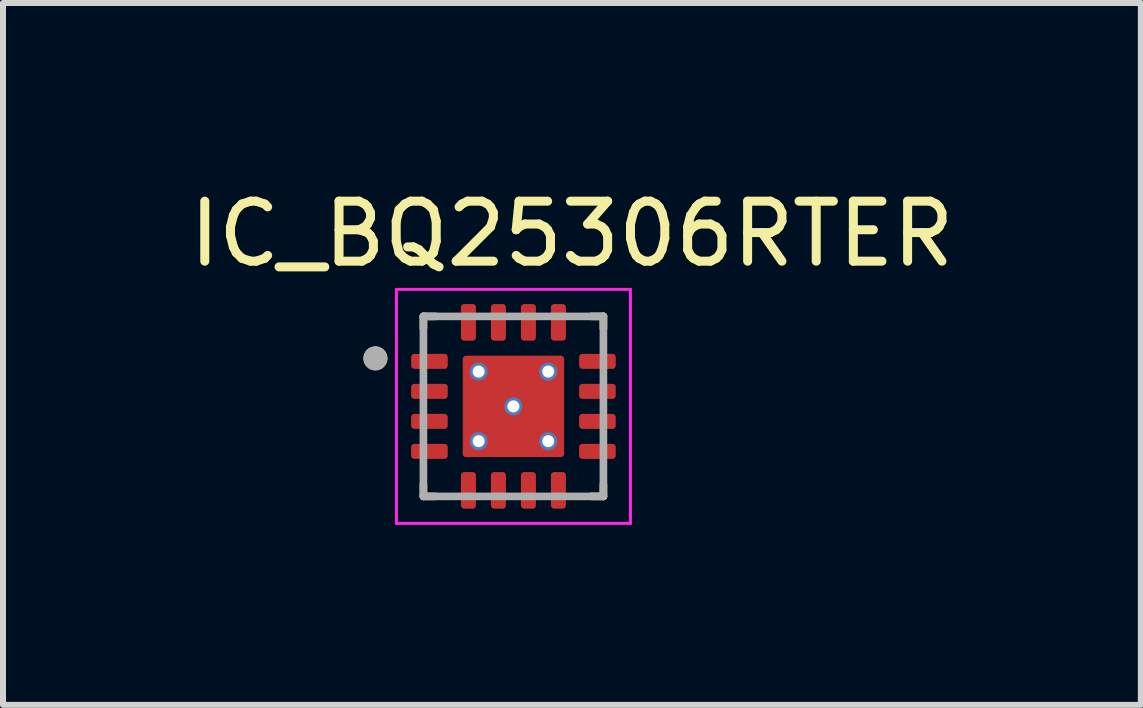
<source format=kicad_pcb>
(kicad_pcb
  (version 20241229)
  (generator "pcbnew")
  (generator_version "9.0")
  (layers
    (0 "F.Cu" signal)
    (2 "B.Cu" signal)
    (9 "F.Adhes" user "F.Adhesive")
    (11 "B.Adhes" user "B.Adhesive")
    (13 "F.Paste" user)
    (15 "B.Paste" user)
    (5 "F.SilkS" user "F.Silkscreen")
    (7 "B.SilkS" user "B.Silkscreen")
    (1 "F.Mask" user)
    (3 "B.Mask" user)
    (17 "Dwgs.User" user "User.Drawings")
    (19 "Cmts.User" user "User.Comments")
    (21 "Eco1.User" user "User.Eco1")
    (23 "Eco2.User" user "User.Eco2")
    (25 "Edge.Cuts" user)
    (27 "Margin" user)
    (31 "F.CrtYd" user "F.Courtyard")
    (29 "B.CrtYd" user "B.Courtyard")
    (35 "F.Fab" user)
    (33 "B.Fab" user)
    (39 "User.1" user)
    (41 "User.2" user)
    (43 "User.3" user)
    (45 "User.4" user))
  (footprint "IC_BQ25306RTER"
    (layer "F.Cu")
    (at 5.507 3.723)
    (property "Reference" "IC_BQ25306RTER" (at 0.975 -2.875 0) (layer "F.SilkS") (effects (font (size 1 1) (thickness 0.15))))
    (attr smd)
    (fp_poly (pts (xy -1.72 -0.94) (xy -1.723 -0.94) (xy -1.725 -0.94) (xy -1.728 -0.939) (xy -1.73 -0.939) (xy -1.733 -0.938) (xy -1.735 -0.938) (xy -1.738 -0.937) (xy -1.74 -0.936) (xy -1.743 -0.935) (xy -1.745 -0.933) (xy -1.747 -0.932) (xy -1.749 -0.93) (xy -1.751 -0.929) (xy -1.753 -0.927) (xy -1.755 -0.925) (xy -1.757 -0.923) (xy -1.759 -0.921) (xy -1.76 -0.919) (xy -1.762 -0.917) (xy -1.763 -0.915) (xy -1.765 -0.913) (xy -1.766 -0.91) (xy -1.767 -0.908) (xy -1.768 -0.905) (xy -1.768 -0.903) (xy -1.769 -0.9) (xy -1.769 -0.898) (xy -1.77 -0.895) (xy -1.77 -0.893) (xy -1.77 -0.89) (xy -1.77 -0.61) (xy -1.77 -0.607) (xy -1.77 -0.605) (xy -1.769 -0.602) (xy -1.769 -0.6) (xy -1.768 -0.597) (xy -1.768 -0.595) (xy -1.767 -0.592) (xy -1.766 -0.59) (xy -1.765 -0.587) (xy -1.763 -0.585) (xy -1.762 -0.583) (xy -1.76 -0.581) (xy -1.759 -0.579) (xy -1.757 -0.577) (xy -1.755 -0.575) (xy -1.753 -0.573) (xy -1.751 -0.571) (xy -1.749 -0.57) (xy -1.747 -0.568) (xy -1.745 -0.567) (xy -1.743 -0.565) (xy -1.74 -0.564) (xy -1.738 -0.563) (xy -1.735 -0.562) (xy -1.733 -0.562) (xy -1.73 -0.561) (xy -1.728 -0.561) (xy -1.725 -0.56) (xy -1.723 -0.56) (xy -1.72 -0.56) (xy -1.08 -0.56) (xy -1.077 -0.56) (xy -1.075 -0.56) (xy -1.072 -0.561) (xy -1.07 -0.561) (xy -1.067 -0.562) (xy -1.065 -0.562) (xy -1.062 -0.563) (xy -1.06 -0.564) (xy -1.057 -0.565) (xy -1.055 -0.567) (xy -1.053 -0.568) (xy -1.051 -0.57) (xy -1.049 -0.571) (xy -1.047 -0.573) (xy -1.045 -0.575) (xy -1.043 -0.577) (xy -1.041 -0.579) (xy -1.04 -0.581) (xy -1.038 -0.583) (xy -1.037 -0.585) (xy -1.035 -0.587) (xy -1.034 -0.59) (xy -1.033 -0.592) (xy -1.032 -0.595) (xy -1.032 -0.597) (xy -1.031 -0.6) (xy -1.031 -0.602) (xy -1.03 -0.605) (xy -1.03 -0.607) (xy -1.03 -0.61) (xy -1.03 -0.89) (xy -1.03 -0.893) (xy -1.03 -0.895) (xy -1.031 -0.898) (xy -1.031 -0.9) (xy -1.032 -0.903) (xy -1.032 -0.905) (xy -1.033 -0.908) (xy -1.034 -0.91) (xy -1.035 -0.913) (xy -1.037 -0.915) (xy -1.038 -0.917) (xy -1.04 -0.919) (xy -1.041 -0.921) (xy -1.043 -0.923) (xy -1.045 -0.925) (xy -1.047 -0.927) (xy -1.049 -0.929) (xy -1.051 -0.93) (xy -1.053 -0.932) (xy -1.055 -0.933) (xy -1.057 -0.935) (xy -1.06 -0.936) (xy -1.062 -0.937) (xy -1.065 -0.938) (xy -1.067 -0.938) (xy -1.07 -0.939) (xy -1.072 -0.939) (xy -1.075 -0.94) (xy -1.077 -0.94) (xy -1.08 -0.94) (xy -1.72 -0.94)) (stroke (width 0.01) (type solid)) (fill yes) (layer "F.Mask"))
    (fp_poly (pts (xy -1.72 -0.44) (xy -1.723 -0.44) (xy -1.725 -0.44) (xy -1.728 -0.439) (xy -1.73 -0.439) (xy -1.733 -0.438) (xy -1.735 -0.438) (xy -1.738 -0.437) (xy -1.74 -0.436) (xy -1.743 -0.435) (xy -1.745 -0.433) (xy -1.747 -0.432) (xy -1.749 -0.43) (xy -1.751 -0.429) (xy -1.753 -0.427) (xy -1.755 -0.425) (xy -1.757 -0.423) (xy -1.759 -0.421) (xy -1.76 -0.419) (xy -1.762 -0.417) (xy -1.763 -0.415) (xy -1.765 -0.413) (xy -1.766 -0.41) (xy -1.767 -0.408) (xy -1.768 -0.405) (xy -1.768 -0.403) (xy -1.769 -0.4) (xy -1.769 -0.398) (xy -1.77 -0.395) (xy -1.77 -0.393) (xy -1.77 -0.39) (xy -1.77 -0.11) (xy -1.77 -0.107) (xy -1.77 -0.105) (xy -1.769 -0.102) (xy -1.769 -0.1) (xy -1.768 -0.097) (xy -1.768 -0.095) (xy -1.767 -0.092) (xy -1.766 -0.09) (xy -1.765 -0.087) (xy -1.763 -0.085) (xy -1.762 -0.083) (xy -1.76 -0.081) (xy -1.759 -0.079) (xy -1.757 -0.077) (xy -1.755 -0.075) (xy -1.753 -0.073) (xy -1.751 -0.071) (xy -1.749 -0.07) (xy -1.747 -0.068) (xy -1.745 -0.067) (xy -1.743 -0.065) (xy -1.74 -0.064) (xy -1.738 -0.063) (xy -1.735 -0.062) (xy -1.733 -0.062) (xy -1.73 -0.061) (xy -1.728 -0.061) (xy -1.725 -0.06) (xy -1.723 -0.06) (xy -1.72 -0.06) (xy -1.08 -0.06) (xy -1.077 -0.06) (xy -1.075 -0.06) (xy -1.072 -0.061) (xy -1.07 -0.061) (xy -1.067 -0.062) (xy -1.065 -0.062) (xy -1.062 -0.063) (xy -1.06 -0.064) (xy -1.057 -0.065) (xy -1.055 -0.067) (xy -1.053 -0.068) (xy -1.051 -0.07) (xy -1.049 -0.071) (xy -1.047 -0.073) (xy -1.045 -0.075) (xy -1.043 -0.077) (xy -1.041 -0.079) (xy -1.04 -0.081) (xy -1.038 -0.083) (xy -1.037 -0.085) (xy -1.035 -0.087) (xy -1.034 -0.09) (xy -1.033 -0.092) (xy -1.032 -0.095) (xy -1.032 -0.097) (xy -1.031 -0.1) (xy -1.031 -0.102) (xy -1.03 -0.105) (xy -1.03 -0.107) (xy -1.03 -0.11) (xy -1.03 -0.39) (xy -1.03 -0.393) (xy -1.03 -0.395) (xy -1.031 -0.398) (xy -1.031 -0.4) (xy -1.032 -0.403) (xy -1.032 -0.405) (xy -1.033 -0.408) (xy -1.034 -0.41) (xy -1.035 -0.413) (xy -1.037 -0.415) (xy -1.038 -0.417) (xy -1.04 -0.419) (xy -1.041 -0.421) (xy -1.043 -0.423) (xy -1.045 -0.425) (xy -1.047 -0.427) (xy -1.049 -0.429) (xy -1.051 -0.43) (xy -1.053 -0.432) (xy -1.055 -0.433) (xy -1.057 -0.435) (xy -1.06 -0.436) (xy -1.062 -0.437) (xy -1.065 -0.438) (xy -1.067 -0.438) (xy -1.07 -0.439) (xy -1.072 -0.439) (xy -1.075 -0.44) (xy -1.077 -0.44) (xy -1.08 -0.44) (xy -1.72 -0.44)) (stroke (width 0.01) (type solid)) (fill yes) (layer "F.Mask"))
    (fp_poly (pts (xy -1.72 0.06) (xy -1.723 0.06) (xy -1.725 0.06) (xy -1.728 0.061) (xy -1.73 0.061) (xy -1.733 0.062) (xy -1.735 0.062) (xy -1.738 0.063) (xy -1.74 0.064) (xy -1.743 0.065) (xy -1.745 0.067) (xy -1.747 0.068) (xy -1.749 0.07) (xy -1.751 0.071) (xy -1.753 0.073) (xy -1.755 0.075) (xy -1.757 0.077) (xy -1.759 0.079) (xy -1.76 0.081) (xy -1.762 0.083) (xy -1.763 0.085) (xy -1.765 0.087) (xy -1.766 0.09) (xy -1.767 0.092) (xy -1.768 0.095) (xy -1.768 0.097) (xy -1.769 0.1) (xy -1.769 0.102) (xy -1.77 0.105) (xy -1.77 0.107) (xy -1.77 0.11) (xy -1.77 0.39) (xy -1.77 0.393) (xy -1.77 0.395) (xy -1.769 0.398) (xy -1.769 0.4) (xy -1.768 0.403) (xy -1.768 0.405) (xy -1.767 0.408) (xy -1.766 0.41) (xy -1.765 0.413) (xy -1.763 0.415) (xy -1.762 0.417) (xy -1.76 0.419) (xy -1.759 0.421) (xy -1.757 0.423) (xy -1.755 0.425) (xy -1.753 0.427) (xy -1.751 0.429) (xy -1.749 0.43) (xy -1.747 0.432) (xy -1.745 0.433) (xy -1.743 0.435) (xy -1.74 0.436) (xy -1.738 0.437) (xy -1.735 0.438) (xy -1.733 0.438) (xy -1.73 0.439) (xy -1.728 0.439) (xy -1.725 0.44) (xy -1.723 0.44) (xy -1.72 0.44) (xy -1.08 0.44) (xy -1.077 0.44) (xy -1.075 0.44) (xy -1.072 0.439) (xy -1.07 0.439) (xy -1.067 0.438) (xy -1.065 0.438) (xy -1.062 0.437) (xy -1.06 0.436) (xy -1.057 0.435) (xy -1.055 0.433) (xy -1.053 0.432) (xy -1.051 0.43) (xy -1.049 0.429) (xy -1.047 0.427) (xy -1.045 0.425) (xy -1.043 0.423) (xy -1.041 0.421) (xy -1.04 0.419) (xy -1.038 0.417) (xy -1.037 0.415) (xy -1.035 0.413) (xy -1.034 0.41) (xy -1.033 0.408) (xy -1.032 0.405) (xy -1.032 0.403) (xy -1.031 0.4) (xy -1.031 0.398) (xy -1.03 0.395) (xy -1.03 0.393) (xy -1.03 0.39) (xy -1.03 0.11) (xy -1.03 0.107) (xy -1.03 0.105) (xy -1.031 0.102) (xy -1.031 0.1) (xy -1.032 0.097) (xy -1.032 0.095) (xy -1.033 0.092) (xy -1.034 0.09) (xy -1.035 0.087) (xy -1.037 0.085) (xy -1.038 0.083) (xy -1.04 0.081) (xy -1.041 0.079) (xy -1.043 0.077) (xy -1.045 0.075) (xy -1.047 0.073) (xy -1.049 0.071) (xy -1.051 0.07) (xy -1.053 0.068) (xy -1.055 0.067) (xy -1.057 0.065) (xy -1.06 0.064) (xy -1.062 0.063) (xy -1.065 0.062) (xy -1.067 0.062) (xy -1.07 0.061) (xy -1.072 0.061) (xy -1.075 0.06) (xy -1.077 0.06) (xy -1.08 0.06) (xy -1.72 0.06)) (stroke (width 0.01) (type solid)) (fill yes) (layer "F.Mask"))
    (fp_poly (pts (xy -1.72 0.56) (xy -1.723 0.56) (xy -1.725 0.56) (xy -1.728 0.561) (xy -1.73 0.561) (xy -1.733 0.562) (xy -1.735 0.562) (xy -1.738 0.563) (xy -1.74 0.564) (xy -1.743 0.565) (xy -1.745 0.567) (xy -1.747 0.568) (xy -1.749 0.57) (xy -1.751 0.571) (xy -1.753 0.573) (xy -1.755 0.575) (xy -1.757 0.577) (xy -1.759 0.579) (xy -1.76 0.581) (xy -1.762 0.583) (xy -1.763 0.585) (xy -1.765 0.587) (xy -1.766 0.59) (xy -1.767 0.592) (xy -1.768 0.595) (xy -1.768 0.597) (xy -1.769 0.6) (xy -1.769 0.602) (xy -1.77 0.605) (xy -1.77 0.607) (xy -1.77 0.61) (xy -1.77 0.89) (xy -1.77 0.893) (xy -1.77 0.895) (xy -1.769 0.898) (xy -1.769 0.9) (xy -1.768 0.903) (xy -1.768 0.905) (xy -1.767 0.908) (xy -1.766 0.91) (xy -1.765 0.913) (xy -1.763 0.915) (xy -1.762 0.917) (xy -1.76 0.919) (xy -1.759 0.921) (xy -1.757 0.923) (xy -1.755 0.925) (xy -1.753 0.927) (xy -1.751 0.929) (xy -1.749 0.93) (xy -1.747 0.932) (xy -1.745 0.933) (xy -1.743 0.935) (xy -1.74 0.936) (xy -1.738 0.937) (xy -1.735 0.938) (xy -1.733 0.938) (xy -1.73 0.939) (xy -1.728 0.939) (xy -1.725 0.94) (xy -1.723 0.94) (xy -1.72 0.94) (xy -1.08 0.94) (xy -1.077 0.94) (xy -1.075 0.94) (xy -1.072 0.939) (xy -1.07 0.939) (xy -1.067 0.938) (xy -1.065 0.938) (xy -1.062 0.937) (xy -1.06 0.936) (xy -1.057 0.935) (xy -1.055 0.933) (xy -1.053 0.932) (xy -1.051 0.93) (xy -1.049 0.929) (xy -1.047 0.927) (xy -1.045 0.925) (xy -1.043 0.923) (xy -1.041 0.921) (xy -1.04 0.919) (xy -1.038 0.917) (xy -1.037 0.915) (xy -1.035 0.913) (xy -1.034 0.91) (xy -1.033 0.908) (xy -1.032 0.905) (xy -1.032 0.903) (xy -1.031 0.9) (xy -1.031 0.898) (xy -1.03 0.895) (xy -1.03 0.893) (xy -1.03 0.89) (xy -1.03 0.61) (xy -1.03 0.607) (xy -1.03 0.605) (xy -1.031 0.602) (xy -1.031 0.6) (xy -1.032 0.597) (xy -1.032 0.595) (xy -1.033 0.592) (xy -1.034 0.59) (xy -1.035 0.587) (xy -1.037 0.585) (xy -1.038 0.583) (xy -1.04 0.581) (xy -1.041 0.579) (xy -1.043 0.577) (xy -1.045 0.575) (xy -1.047 0.573) (xy -1.049 0.571) (xy -1.051 0.57) (xy -1.053 0.568) (xy -1.055 0.567) (xy -1.057 0.565) (xy -1.06 0.564) (xy -1.062 0.563) (xy -1.065 0.562) (xy -1.067 0.562) (xy -1.07 0.561) (xy -1.072 0.561) (xy -1.075 0.56) (xy -1.077 0.56) (xy -1.08 0.56) (xy -1.72 0.56)) (stroke (width 0.01) (type solid)) (fill yes) (layer "F.Mask"))
    (fp_poly (pts (xy -0.94 -1.08) (xy -0.94 -1.077) (xy -0.94 -1.075) (xy -0.939 -1.072) (xy -0.939 -1.07) (xy -0.938 -1.067) (xy -0.938 -1.065) (xy -0.937 -1.062) (xy -0.936 -1.06) (xy -0.935 -1.057) (xy -0.933 -1.055) (xy -0.932 -1.053) (xy -0.93 -1.051) (xy -0.929 -1.049) (xy -0.927 -1.047) (xy -0.925 -1.045) (xy -0.923 -1.043) (xy -0.921 -1.041) (xy -0.919 -1.04) (xy -0.917 -1.038) (xy -0.915 -1.037) (xy -0.913 -1.035) (xy -0.91 -1.034) (xy -0.908 -1.033) (xy -0.905 -1.032) (xy -0.903 -1.032) (xy -0.9 -1.031) (xy -0.898 -1.031) (xy -0.895 -1.03) (xy -0.893 -1.03) (xy -0.89 -1.03) (xy -0.61 -1.03) (xy -0.607 -1.03) (xy -0.605 -1.03) (xy -0.602 -1.031) (xy -0.6 -1.031) (xy -0.597 -1.032) (xy -0.595 -1.032) (xy -0.592 -1.033) (xy -0.59 -1.034) (xy -0.587 -1.035) (xy -0.585 -1.037) (xy -0.583 -1.038) (xy -0.581 -1.04) (xy -0.579 -1.041) (xy -0.577 -1.043) (xy -0.575 -1.045) (xy -0.573 -1.047) (xy -0.571 -1.049) (xy -0.57 -1.051) (xy -0.568 -1.053) (xy -0.567 -1.055) (xy -0.565 -1.057) (xy -0.564 -1.06) (xy -0.563 -1.062) (xy -0.562 -1.065) (xy -0.562 -1.067) (xy -0.561 -1.07) (xy -0.561 -1.072) (xy -0.56 -1.075) (xy -0.56 -1.077) (xy -0.56 -1.08) (xy -0.56 -1.72) (xy -0.56 -1.723) (xy -0.56 -1.725) (xy -0.561 -1.728) (xy -0.561 -1.73) (xy -0.562 -1.733) (xy -0.562 -1.735) (xy -0.563 -1.738) (xy -0.564 -1.74) (xy -0.565 -1.743) (xy -0.567 -1.745) (xy -0.568 -1.747) (xy -0.57 -1.749) (xy -0.571 -1.751) (xy -0.573 -1.753) (xy -0.575 -1.755) (xy -0.577 -1.757) (xy -0.579 -1.759) (xy -0.581 -1.76) (xy -0.583 -1.762) (xy -0.585 -1.763) (xy -0.587 -1.765) (xy -0.59 -1.766) (xy -0.592 -1.767) (xy -0.595 -1.768) (xy -0.597 -1.768) (xy -0.6 -1.769) (xy -0.602 -1.769) (xy -0.605 -1.77) (xy -0.607 -1.77) (xy -0.61 -1.77) (xy -0.89 -1.77) (xy -0.893 -1.77) (xy -0.895 -1.77) (xy -0.898 -1.769) (xy -0.9 -1.769) (xy -0.903 -1.768) (xy -0.905 -1.768) (xy -0.908 -1.767) (xy -0.91 -1.766) (xy -0.913 -1.765) (xy -0.915 -1.763) (xy -0.917 -1.762) (xy -0.919 -1.76) (xy -0.921 -1.759) (xy -0.923 -1.757) (xy -0.925 -1.755) (xy -0.927 -1.753) (xy -0.929 -1.751) (xy -0.93 -1.749) (xy -0.932 -1.747) (xy -0.933 -1.745) (xy -0.935 -1.743) (xy -0.936 -1.74) (xy -0.937 -1.738) (xy -0.938 -1.735) (xy -0.938 -1.733) (xy -0.939 -1.73) (xy -0.939 -1.728) (xy -0.94 -1.725) (xy -0.94 -1.723) (xy -0.94 -1.72) (xy -0.94 -1.08)) (stroke (width 0.01) (type solid)) (fill yes) (layer "F.Mask"))
    (fp_poly (pts (xy -0.94 1.72) (xy -0.94 1.723) (xy -0.94 1.725) (xy -0.939 1.728) (xy -0.939 1.73) (xy -0.938 1.733) (xy -0.938 1.735) (xy -0.937 1.738) (xy -0.936 1.74) (xy -0.935 1.743) (xy -0.933 1.745) (xy -0.932 1.747) (xy -0.93 1.749) (xy -0.929 1.751) (xy -0.927 1.753) (xy -0.925 1.755) (xy -0.923 1.757) (xy -0.921 1.759) (xy -0.919 1.76) (xy -0.917 1.762) (xy -0.915 1.763) (xy -0.913 1.765) (xy -0.91 1.766) (xy -0.908 1.767) (xy -0.905 1.768) (xy -0.903 1.768) (xy -0.9 1.769) (xy -0.898 1.769) (xy -0.895 1.77) (xy -0.893 1.77) (xy -0.89 1.77) (xy -0.61 1.77) (xy -0.607 1.77) (xy -0.605 1.77) (xy -0.602 1.769) (xy -0.6 1.769) (xy -0.597 1.768) (xy -0.595 1.768) (xy -0.592 1.767) (xy -0.59 1.766) (xy -0.587 1.765) (xy -0.585 1.763) (xy -0.583 1.762) (xy -0.581 1.76) (xy -0.579 1.759) (xy -0.577 1.757) (xy -0.575 1.755) (xy -0.573 1.753) (xy -0.571 1.751) (xy -0.57 1.749) (xy -0.568 1.747) (xy -0.567 1.745) (xy -0.565 1.743) (xy -0.564 1.74) (xy -0.563 1.738) (xy -0.562 1.735) (xy -0.562 1.733) (xy -0.561 1.73) (xy -0.561 1.728) (xy -0.56 1.725) (xy -0.56 1.723) (xy -0.56 1.72) (xy -0.56 1.08) (xy -0.56 1.077) (xy -0.56 1.075) (xy -0.561 1.072) (xy -0.561 1.07) (xy -0.562 1.067) (xy -0.562 1.065) (xy -0.563 1.062) (xy -0.564 1.06) (xy -0.565 1.057) (xy -0.567 1.055) (xy -0.568 1.053) (xy -0.57 1.051) (xy -0.571 1.049) (xy -0.573 1.047) (xy -0.575 1.045) (xy -0.577 1.043) (xy -0.579 1.041) (xy -0.581 1.04) (xy -0.583 1.038) (xy -0.585 1.037) (xy -0.587 1.035) (xy -0.59 1.034) (xy -0.592 1.033) (xy -0.595 1.032) (xy -0.597 1.032) (xy -0.6 1.031) (xy -0.602 1.031) (xy -0.605 1.03) (xy -0.607 1.03) (xy -0.61 1.03) (xy -0.89 1.03) (xy -0.893 1.03) (xy -0.895 1.03) (xy -0.898 1.031) (xy -0.9 1.031) (xy -0.903 1.032) (xy -0.905 1.032) (xy -0.908 1.033) (xy -0.91 1.034) (xy -0.913 1.035) (xy -0.915 1.037) (xy -0.917 1.038) (xy -0.919 1.04) (xy -0.921 1.041) (xy -0.923 1.043) (xy -0.925 1.045) (xy -0.927 1.047) (xy -0.929 1.049) (xy -0.93 1.051) (xy -0.932 1.053) (xy -0.933 1.055) (xy -0.935 1.057) (xy -0.936 1.06) (xy -0.937 1.062) (xy -0.938 1.065) (xy -0.938 1.067) (xy -0.939 1.07) (xy -0.939 1.072) (xy -0.94 1.075) (xy -0.94 1.077) (xy -0.94 1.08) (xy -0.94 1.72)) (stroke (width 0.01) (type solid)) (fill yes) (layer "F.Mask"))
    (fp_poly (pts (xy -0.91 0.86) (xy -0.91 0.863) (xy -0.91 0.865) (xy -0.909 0.868) (xy -0.909 0.87) (xy -0.908 0.873) (xy -0.908 0.875) (xy -0.907 0.878) (xy -0.906 0.88) (xy -0.905 0.883) (xy -0.903 0.885) (xy -0.902 0.887) (xy -0.9 0.889) (xy -0.899 0.891) (xy -0.897 0.893) (xy -0.895 0.895) (xy -0.893 0.897) (xy -0.891 0.899) (xy -0.889 0.9) (xy -0.887 0.902) (xy -0.885 0.903) (xy -0.883 0.905) (xy -0.88 0.906) (xy -0.878 0.907) (xy -0.875 0.908) (xy -0.873 0.908) (xy -0.87 0.909) (xy -0.868 0.909) (xy -0.865 0.91) (xy -0.863 0.91) (xy -0.86 0.91) (xy 0.86 0.91) (xy 0.863 0.91) (xy 0.865 0.91) (xy 0.868 0.909) (xy 0.87 0.909) (xy 0.873 0.908) (xy 0.875 0.908) (xy 0.878 0.907) (xy 0.88 0.906) (xy 0.883 0.905) (xy 0.885 0.903) (xy 0.887 0.902) (xy 0.889 0.9) (xy 0.891 0.899) (xy 0.893 0.897) (xy 0.895 0.895) (xy 0.897 0.893) (xy 0.899 0.891) (xy 0.9 0.889) (xy 0.902 0.887) (xy 0.903 0.885) (xy 0.905 0.883) (xy 0.906 0.88) (xy 0.907 0.878) (xy 0.908 0.875) (xy 0.908 0.873) (xy 0.909 0.87) (xy 0.909 0.868) (xy 0.91 0.865) (xy 0.91 0.863) (xy 0.91 0.86) (xy 0.91 -0.86) (xy 0.91 -0.863) (xy 0.91 -0.865) (xy 0.909 -0.868) (xy 0.909 -0.87) (xy 0.908 -0.873) (xy 0.908 -0.875) (xy 0.907 -0.878) (xy 0.906 -0.88) (xy 0.905 -0.883) (xy 0.903 -0.885) (xy 0.902 -0.887) (xy 0.9 -0.889) (xy 0.899 -0.891) (xy 0.897 -0.893) (xy 0.895 -0.895) (xy 0.893 -0.897) (xy 0.891 -0.899) (xy 0.889 -0.9) (xy 0.887 -0.902) (xy 0.885 -0.903) (xy 0.883 -0.905) (xy 0.88 -0.906) (xy 0.878 -0.907) (xy 0.875 -0.908) (xy 0.873 -0.908) (xy 0.87 -0.909) (xy 0.868 -0.909) (xy 0.865 -0.91) (xy 0.863 -0.91) (xy 0.86 -0.91) (xy -0.86 -0.91) (xy -0.863 -0.91) (xy -0.865 -0.91) (xy -0.868 -0.909) (xy -0.87 -0.909) (xy -0.873 -0.908) (xy -0.875 -0.908) (xy -0.878 -0.907) (xy -0.88 -0.906) (xy -0.883 -0.905) (xy -0.885 -0.903) (xy -0.887 -0.902) (xy -0.889 -0.9) (xy -0.891 -0.899) (xy -0.893 -0.897) (xy -0.895 -0.895) (xy -0.897 -0.893) (xy -0.899 -0.891) (xy -0.9 -0.889) (xy -0.902 -0.887) (xy -0.903 -0.885) (xy -0.905 -0.883) (xy -0.906 -0.88) (xy -0.907 -0.878) (xy -0.908 -0.875) (xy -0.908 -0.873) (xy -0.909 -0.87) (xy -0.909 -0.868) (xy -0.91 -0.865) (xy -0.91 -0.863) (xy -0.91 -0.86) (xy -0.91 0.86)) (stroke (width 0.01) (type solid)) (fill yes) (layer "F.Mask"))
    (fp_poly (pts (xy -0.44 -1.08) (xy -0.44 -1.077) (xy -0.44 -1.075) (xy -0.439 -1.072) (xy -0.439 -1.07) (xy -0.438 -1.067) (xy -0.438 -1.065) (xy -0.437 -1.062) (xy -0.436 -1.06) (xy -0.435 -1.057) (xy -0.433 -1.055) (xy -0.432 -1.053) (xy -0.43 -1.051) (xy -0.429 -1.049) (xy -0.427 -1.047) (xy -0.425 -1.045) (xy -0.423 -1.043) (xy -0.421 -1.041) (xy -0.419 -1.04) (xy -0.417 -1.038) (xy -0.415 -1.037) (xy -0.413 -1.035) (xy -0.41 -1.034) (xy -0.408 -1.033) (xy -0.405 -1.032) (xy -0.403 -1.032) (xy -0.4 -1.031) (xy -0.398 -1.031) (xy -0.395 -1.03) (xy -0.393 -1.03) (xy -0.39 -1.03) (xy -0.11 -1.03) (xy -0.107 -1.03) (xy -0.105 -1.03) (xy -0.102 -1.031) (xy -0.1 -1.031) (xy -0.097 -1.032) (xy -0.095 -1.032) (xy -0.092 -1.033) (xy -0.09 -1.034) (xy -0.087 -1.035) (xy -0.085 -1.037) (xy -0.083 -1.038) (xy -0.081 -1.04) (xy -0.079 -1.041) (xy -0.077 -1.043) (xy -0.075 -1.045) (xy -0.073 -1.047) (xy -0.071 -1.049) (xy -0.07 -1.051) (xy -0.068 -1.053) (xy -0.067 -1.055) (xy -0.065 -1.057) (xy -0.064 -1.06) (xy -0.063 -1.062) (xy -0.062 -1.065) (xy -0.062 -1.067) (xy -0.061 -1.07) (xy -0.061 -1.072) (xy -0.06 -1.075) (xy -0.06 -1.077) (xy -0.06 -1.08) (xy -0.06 -1.72) (xy -0.06 -1.723) (xy -0.06 -1.725) (xy -0.061 -1.728) (xy -0.061 -1.73) (xy -0.062 -1.733) (xy -0.062 -1.735) (xy -0.063 -1.738) (xy -0.064 -1.74) (xy -0.065 -1.743) (xy -0.067 -1.745) (xy -0.068 -1.747) (xy -0.07 -1.749) (xy -0.071 -1.751) (xy -0.073 -1.753) (xy -0.075 -1.755) (xy -0.077 -1.757) (xy -0.079 -1.759) (xy -0.081 -1.76) (xy -0.083 -1.762) (xy -0.085 -1.763) (xy -0.087 -1.765) (xy -0.09 -1.766) (xy -0.092 -1.767) (xy -0.095 -1.768) (xy -0.097 -1.768) (xy -0.1 -1.769) (xy -0.102 -1.769) (xy -0.105 -1.77) (xy -0.107 -1.77) (xy -0.11 -1.77) (xy -0.39 -1.77) (xy -0.393 -1.77) (xy -0.395 -1.77) (xy -0.398 -1.769) (xy -0.4 -1.769) (xy -0.403 -1.768) (xy -0.405 -1.768) (xy -0.408 -1.767) (xy -0.41 -1.766) (xy -0.413 -1.765) (xy -0.415 -1.763) (xy -0.417 -1.762) (xy -0.419 -1.76) (xy -0.421 -1.759) (xy -0.423 -1.757) (xy -0.425 -1.755) (xy -0.427 -1.753) (xy -0.429 -1.751) (xy -0.43 -1.749) (xy -0.432 -1.747) (xy -0.433 -1.745) (xy -0.435 -1.743) (xy -0.436 -1.74) (xy -0.437 -1.738) (xy -0.438 -1.735) (xy -0.438 -1.733) (xy -0.439 -1.73) (xy -0.439 -1.728) (xy -0.44 -1.725) (xy -0.44 -1.723) (xy -0.44 -1.72) (xy -0.44 -1.08)) (stroke (width 0.01) (type solid)) (fill yes) (layer "F.Mask"))
    (fp_poly (pts (xy -0.44 1.72) (xy -0.44 1.723) (xy -0.44 1.725) (xy -0.439 1.728) (xy -0.439 1.73) (xy -0.438 1.733) (xy -0.438 1.735) (xy -0.437 1.738) (xy -0.436 1.74) (xy -0.435 1.743) (xy -0.433 1.745) (xy -0.432 1.747) (xy -0.43 1.749) (xy -0.429 1.751) (xy -0.427 1.753) (xy -0.425 1.755) (xy -0.423 1.757) (xy -0.421 1.759) (xy -0.419 1.76) (xy -0.417 1.762) (xy -0.415 1.763) (xy -0.413 1.765) (xy -0.41 1.766) (xy -0.408 1.767) (xy -0.405 1.768) (xy -0.403 1.768) (xy -0.4 1.769) (xy -0.398 1.769) (xy -0.395 1.77) (xy -0.393 1.77) (xy -0.39 1.77) (xy -0.11 1.77) (xy -0.107 1.77) (xy -0.105 1.77) (xy -0.102 1.769) (xy -0.1 1.769) (xy -0.097 1.768) (xy -0.095 1.768) (xy -0.092 1.767) (xy -0.09 1.766) (xy -0.087 1.765) (xy -0.085 1.763) (xy -0.083 1.762) (xy -0.081 1.76) (xy -0.079 1.759) (xy -0.077 1.757) (xy -0.075 1.755) (xy -0.073 1.753) (xy -0.071 1.751) (xy -0.07 1.749) (xy -0.068 1.747) (xy -0.067 1.745) (xy -0.065 1.743) (xy -0.064 1.74) (xy -0.063 1.738) (xy -0.062 1.735) (xy -0.062 1.733) (xy -0.061 1.73) (xy -0.061 1.728) (xy -0.06 1.725) (xy -0.06 1.723) (xy -0.06 1.72) (xy -0.06 1.08) (xy -0.06 1.077) (xy -0.06 1.075) (xy -0.061 1.072) (xy -0.061 1.07) (xy -0.062 1.067) (xy -0.062 1.065) (xy -0.063 1.062) (xy -0.064 1.06) (xy -0.065 1.057) (xy -0.067 1.055) (xy -0.068 1.053) (xy -0.07 1.051) (xy -0.071 1.049) (xy -0.073 1.047) (xy -0.075 1.045) (xy -0.077 1.043) (xy -0.079 1.041) (xy -0.081 1.04) (xy -0.083 1.038) (xy -0.085 1.037) (xy -0.087 1.035) (xy -0.09 1.034) (xy -0.092 1.033) (xy -0.095 1.032) (xy -0.097 1.032) (xy -0.1 1.031) (xy -0.102 1.031) (xy -0.105 1.03) (xy -0.107 1.03) (xy -0.11 1.03) (xy -0.39 1.03) (xy -0.393 1.03) (xy -0.395 1.03) (xy -0.398 1.031) (xy -0.4 1.031) (xy -0.403 1.032) (xy -0.405 1.032) (xy -0.408 1.033) (xy -0.41 1.034) (xy -0.413 1.035) (xy -0.415 1.037) (xy -0.417 1.038) (xy -0.419 1.04) (xy -0.421 1.041) (xy -0.423 1.043) (xy -0.425 1.045) (xy -0.427 1.047) (xy -0.429 1.049) (xy -0.43 1.051) (xy -0.432 1.053) (xy -0.433 1.055) (xy -0.435 1.057) (xy -0.436 1.06) (xy -0.437 1.062) (xy -0.438 1.065) (xy -0.438 1.067) (xy -0.439 1.07) (xy -0.439 1.072) (xy -0.44 1.075) (xy -0.44 1.077) (xy -0.44 1.08) (xy -0.44 1.72)) (stroke (width 0.01) (type solid)) (fill yes) (layer "F.Mask"))
    (fp_poly (pts (xy 0.06 -1.08) (xy 0.06 -1.077) (xy 0.06 -1.075) (xy 0.061 -1.072) (xy 0.061 -1.07) (xy 0.062 -1.067) (xy 0.062 -1.065) (xy 0.063 -1.062) (xy 0.064 -1.06) (xy 0.065 -1.057) (xy 0.067 -1.055) (xy 0.068 -1.053) (xy 0.07 -1.051) (xy 0.071 -1.049) (xy 0.073 -1.047) (xy 0.075 -1.045) (xy 0.077 -1.043) (xy 0.079 -1.041) (xy 0.081 -1.04) (xy 0.083 -1.038) (xy 0.085 -1.037) (xy 0.087 -1.035) (xy 0.09 -1.034) (xy 0.092 -1.033) (xy 0.095 -1.032) (xy 0.097 -1.032) (xy 0.1 -1.031) (xy 0.102 -1.031) (xy 0.105 -1.03) (xy 0.107 -1.03) (xy 0.11 -1.03) (xy 0.39 -1.03) (xy 0.393 -1.03) (xy 0.395 -1.03) (xy 0.398 -1.031) (xy 0.4 -1.031) (xy 0.403 -1.032) (xy 0.405 -1.032) (xy 0.408 -1.033) (xy 0.41 -1.034) (xy 0.413 -1.035) (xy 0.415 -1.037) (xy 0.417 -1.038) (xy 0.419 -1.04) (xy 0.421 -1.041) (xy 0.423 -1.043) (xy 0.425 -1.045) (xy 0.427 -1.047) (xy 0.429 -1.049) (xy 0.43 -1.051) (xy 0.432 -1.053) (xy 0.433 -1.055) (xy 0.435 -1.057) (xy 0.436 -1.06) (xy 0.437 -1.062) (xy 0.438 -1.065) (xy 0.438 -1.067) (xy 0.439 -1.07) (xy 0.439 -1.072) (xy 0.44 -1.075) (xy 0.44 -1.077) (xy 0.44 -1.08) (xy 0.44 -1.72) (xy 0.44 -1.723) (xy 0.44 -1.725) (xy 0.439 -1.728) (xy 0.439 -1.73) (xy 0.438 -1.733) (xy 0.438 -1.735) (xy 0.437 -1.738) (xy 0.436 -1.74) (xy 0.435 -1.743) (xy 0.433 -1.745) (xy 0.432 -1.747) (xy 0.43 -1.749) (xy 0.429 -1.751) (xy 0.427 -1.753) (xy 0.425 -1.755) (xy 0.423 -1.757) (xy 0.421 -1.759) (xy 0.419 -1.76) (xy 0.417 -1.762) (xy 0.415 -1.763) (xy 0.413 -1.765) (xy 0.41 -1.766) (xy 0.408 -1.767) (xy 0.405 -1.768) (xy 0.403 -1.768) (xy 0.4 -1.769) (xy 0.398 -1.769) (xy 0.395 -1.77) (xy 0.393 -1.77) (xy 0.39 -1.77) (xy 0.11 -1.77) (xy 0.107 -1.77) (xy 0.105 -1.77) (xy 0.102 -1.769) (xy 0.1 -1.769) (xy 0.097 -1.768) (xy 0.095 -1.768) (xy 0.092 -1.767) (xy 0.09 -1.766) (xy 0.087 -1.765) (xy 0.085 -1.763) (xy 0.083 -1.762) (xy 0.081 -1.76) (xy 0.079 -1.759) (xy 0.077 -1.757) (xy 0.075 -1.755) (xy 0.073 -1.753) (xy 0.071 -1.751) (xy 0.07 -1.749) (xy 0.068 -1.747) (xy 0.067 -1.745) (xy 0.065 -1.743) (xy 0.064 -1.74) (xy 0.063 -1.738) (xy 0.062 -1.735) (xy 0.062 -1.733) (xy 0.061 -1.73) (xy 0.061 -1.728) (xy 0.06 -1.725) (xy 0.06 -1.723) (xy 0.06 -1.72) (xy 0.06 -1.08)) (stroke (width 0.01) (type solid)) (fill yes) (layer "F.Mask"))
    (fp_poly (pts (xy 0.06 1.72) (xy 0.06 1.723) (xy 0.06 1.725) (xy 0.061 1.728) (xy 0.061 1.73) (xy 0.062 1.733) (xy 0.062 1.735) (xy 0.063 1.738) (xy 0.064 1.74) (xy 0.065 1.743) (xy 0.067 1.745) (xy 0.068 1.747) (xy 0.07 1.749) (xy 0.071 1.751) (xy 0.073 1.753) (xy 0.075 1.755) (xy 0.077 1.757) (xy 0.079 1.759) (xy 0.081 1.76) (xy 0.083 1.762) (xy 0.085 1.763) (xy 0.087 1.765) (xy 0.09 1.766) (xy 0.092 1.767) (xy 0.095 1.768) (xy 0.097 1.768) (xy 0.1 1.769) (xy 0.102 1.769) (xy 0.105 1.77) (xy 0.107 1.77) (xy 0.11 1.77) (xy 0.39 1.77) (xy 0.393 1.77) (xy 0.395 1.77) (xy 0.398 1.769) (xy 0.4 1.769) (xy 0.403 1.768) (xy 0.405 1.768) (xy 0.408 1.767) (xy 0.41 1.766) (xy 0.413 1.765) (xy 0.415 1.763) (xy 0.417 1.762) (xy 0.419 1.76) (xy 0.421 1.759) (xy 0.423 1.757) (xy 0.425 1.755) (xy 0.427 1.753) (xy 0.429 1.751) (xy 0.43 1.749) (xy 0.432 1.747) (xy 0.433 1.745) (xy 0.435 1.743) (xy 0.436 1.74) (xy 0.437 1.738) (xy 0.438 1.735) (xy 0.438 1.733) (xy 0.439 1.73) (xy 0.439 1.728) (xy 0.44 1.725) (xy 0.44 1.723) (xy 0.44 1.72) (xy 0.44 1.08) (xy 0.44 1.077) (xy 0.44 1.075) (xy 0.439 1.072) (xy 0.439 1.07) (xy 0.438 1.067) (xy 0.438 1.065) (xy 0.437 1.062) (xy 0.436 1.06) (xy 0.435 1.057) (xy 0.433 1.055) (xy 0.432 1.053) (xy 0.43 1.051) (xy 0.429 1.049) (xy 0.427 1.047) (xy 0.425 1.045) (xy 0.423 1.043) (xy 0.421 1.041) (xy 0.419 1.04) (xy 0.417 1.038) (xy 0.415 1.037) (xy 0.413 1.035) (xy 0.41 1.034) (xy 0.408 1.033) (xy 0.405 1.032) (xy 0.403 1.032) (xy 0.4 1.031) (xy 0.398 1.031) (xy 0.395 1.03) (xy 0.393 1.03) (xy 0.39 1.03) (xy 0.11 1.03) (xy 0.107 1.03) (xy 0.105 1.03) (xy 0.102 1.031) (xy 0.1 1.031) (xy 0.097 1.032) (xy 0.095 1.032) (xy 0.092 1.033) (xy 0.09 1.034) (xy 0.087 1.035) (xy 0.085 1.037) (xy 0.083 1.038) (xy 0.081 1.04) (xy 0.079 1.041) (xy 0.077 1.043) (xy 0.075 1.045) (xy 0.073 1.047) (xy 0.071 1.049) (xy 0.07 1.051) (xy 0.068 1.053) (xy 0.067 1.055) (xy 0.065 1.057) (xy 0.064 1.06) (xy 0.063 1.062) (xy 0.062 1.065) (xy 0.062 1.067) (xy 0.061 1.07) (xy 0.061 1.072) (xy 0.06 1.075) (xy 0.06 1.077) (xy 0.06 1.08) (xy 0.06 1.72)) (stroke (width 0.01) (type solid)) (fill yes) (layer "F.Mask"))
    (fp_poly (pts (xy 0.56 -1.08) (xy 0.56 -1.077) (xy 0.56 -1.075) (xy 0.561 -1.072) (xy 0.561 -1.07) (xy 0.562 -1.067) (xy 0.562 -1.065) (xy 0.563 -1.062) (xy 0.564 -1.06) (xy 0.565 -1.057) (xy 0.567 -1.055) (xy 0.568 -1.053) (xy 0.57 -1.051) (xy 0.571 -1.049) (xy 0.573 -1.047) (xy 0.575 -1.045) (xy 0.577 -1.043) (xy 0.579 -1.041) (xy 0.581 -1.04) (xy 0.583 -1.038) (xy 0.585 -1.037) (xy 0.587 -1.035) (xy 0.59 -1.034) (xy 0.592 -1.033) (xy 0.595 -1.032) (xy 0.597 -1.032) (xy 0.6 -1.031) (xy 0.602 -1.031) (xy 0.605 -1.03) (xy 0.607 -1.03) (xy 0.61 -1.03) (xy 0.89 -1.03) (xy 0.893 -1.03) (xy 0.895 -1.03) (xy 0.898 -1.031) (xy 0.9 -1.031) (xy 0.903 -1.032) (xy 0.905 -1.032) (xy 0.908 -1.033) (xy 0.91 -1.034) (xy 0.913 -1.035) (xy 0.915 -1.037) (xy 0.917 -1.038) (xy 0.919 -1.04) (xy 0.921 -1.041) (xy 0.923 -1.043) (xy 0.925 -1.045) (xy 0.927 -1.047) (xy 0.929 -1.049) (xy 0.93 -1.051) (xy 0.932 -1.053) (xy 0.933 -1.055) (xy 0.935 -1.057) (xy 0.936 -1.06) (xy 0.937 -1.062) (xy 0.938 -1.065) (xy 0.938 -1.067) (xy 0.939 -1.07) (xy 0.939 -1.072) (xy 0.94 -1.075) (xy 0.94 -1.077) (xy 0.94 -1.08) (xy 0.94 -1.72) (xy 0.94 -1.723) (xy 0.94 -1.725) (xy 0.939 -1.728) (xy 0.939 -1.73) (xy 0.938 -1.733) (xy 0.938 -1.735) (xy 0.937 -1.738) (xy 0.936 -1.74) (xy 0.935 -1.743) (xy 0.933 -1.745) (xy 0.932 -1.747) (xy 0.93 -1.749) (xy 0.929 -1.751) (xy 0.927 -1.753) (xy 0.925 -1.755) (xy 0.923 -1.757) (xy 0.921 -1.759) (xy 0.919 -1.76) (xy 0.917 -1.762) (xy 0.915 -1.763) (xy 0.913 -1.765) (xy 0.91 -1.766) (xy 0.908 -1.767) (xy 0.905 -1.768) (xy 0.903 -1.768) (xy 0.9 -1.769) (xy 0.898 -1.769) (xy 0.895 -1.77) (xy 0.893 -1.77) (xy 0.89 -1.77) (xy 0.61 -1.77) (xy 0.607 -1.77) (xy 0.605 -1.77) (xy 0.602 -1.769) (xy 0.6 -1.769) (xy 0.597 -1.768) (xy 0.595 -1.768) (xy 0.592 -1.767) (xy 0.59 -1.766) (xy 0.587 -1.765) (xy 0.585 -1.763) (xy 0.583 -1.762) (xy 0.581 -1.76) (xy 0.579 -1.759) (xy 0.577 -1.757) (xy 0.575 -1.755) (xy 0.573 -1.753) (xy 0.571 -1.751) (xy 0.57 -1.749) (xy 0.568 -1.747) (xy 0.567 -1.745) (xy 0.565 -1.743) (xy 0.564 -1.74) (xy 0.563 -1.738) (xy 0.562 -1.735) (xy 0.562 -1.733) (xy 0.561 -1.73) (xy 0.561 -1.728) (xy 0.56 -1.725) (xy 0.56 -1.723) (xy 0.56 -1.72) (xy 0.56 -1.08)) (stroke (width 0.01) (type solid)) (fill yes) (layer "F.Mask"))
    (fp_poly (pts (xy 0.56 1.72) (xy 0.56 1.723) (xy 0.56 1.725) (xy 0.561 1.728) (xy 0.561 1.73) (xy 0.562 1.733) (xy 0.562 1.735) (xy 0.563 1.738) (xy 0.564 1.74) (xy 0.565 1.743) (xy 0.567 1.745) (xy 0.568 1.747) (xy 0.57 1.749) (xy 0.571 1.751) (xy 0.573 1.753) (xy 0.575 1.755) (xy 0.577 1.757) (xy 0.579 1.759) (xy 0.581 1.76) (xy 0.583 1.762) (xy 0.585 1.763) (xy 0.587 1.765) (xy 0.59 1.766) (xy 0.592 1.767) (xy 0.595 1.768) (xy 0.597 1.768) (xy 0.6 1.769) (xy 0.602 1.769) (xy 0.605 1.77) (xy 0.607 1.77) (xy 0.61 1.77) (xy 0.89 1.77) (xy 0.893 1.77) (xy 0.895 1.77) (xy 0.898 1.769) (xy 0.9 1.769) (xy 0.903 1.768) (xy 0.905 1.768) (xy 0.908 1.767) (xy 0.91 1.766) (xy 0.913 1.765) (xy 0.915 1.763) (xy 0.917 1.762) (xy 0.919 1.76) (xy 0.921 1.759) (xy 0.923 1.757) (xy 0.925 1.755) (xy 0.927 1.753) (xy 0.929 1.751) (xy 0.93 1.749) (xy 0.932 1.747) (xy 0.933 1.745) (xy 0.935 1.743) (xy 0.936 1.74) (xy 0.937 1.738) (xy 0.938 1.735) (xy 0.938 1.733) (xy 0.939 1.73) (xy 0.939 1.728) (xy 0.94 1.725) (xy 0.94 1.723) (xy 0.94 1.72) (xy 0.94 1.08) (xy 0.94 1.077) (xy 0.94 1.075) (xy 0.939 1.072) (xy 0.939 1.07) (xy 0.938 1.067) (xy 0.938 1.065) (xy 0.937 1.062) (xy 0.936 1.06) (xy 0.935 1.057) (xy 0.933 1.055) (xy 0.932 1.053) (xy 0.93 1.051) (xy 0.929 1.049) (xy 0.927 1.047) (xy 0.925 1.045) (xy 0.923 1.043) (xy 0.921 1.041) (xy 0.919 1.04) (xy 0.917 1.038) (xy 0.915 1.037) (xy 0.913 1.035) (xy 0.91 1.034) (xy 0.908 1.033) (xy 0.905 1.032) (xy 0.903 1.032) (xy 0.9 1.031) (xy 0.898 1.031) (xy 0.895 1.03) (xy 0.893 1.03) (xy 0.89 1.03) (xy 0.61 1.03) (xy 0.607 1.03) (xy 0.605 1.03) (xy 0.602 1.031) (xy 0.6 1.031) (xy 0.597 1.032) (xy 0.595 1.032) (xy 0.592 1.033) (xy 0.59 1.034) (xy 0.587 1.035) (xy 0.585 1.037) (xy 0.583 1.038) (xy 0.581 1.04) (xy 0.579 1.041) (xy 0.577 1.043) (xy 0.575 1.045) (xy 0.573 1.047) (xy 0.571 1.049) (xy 0.57 1.051) (xy 0.568 1.053) (xy 0.567 1.055) (xy 0.565 1.057) (xy 0.564 1.06) (xy 0.563 1.062) (xy 0.562 1.065) (xy 0.562 1.067) (xy 0.561 1.07) (xy 0.561 1.072) (xy 0.56 1.075) (xy 0.56 1.077) (xy 0.56 1.08) (xy 0.56 1.72)) (stroke (width 0.01) (type solid)) (fill yes) (layer "F.Mask"))
    (fp_poly (pts (xy 1.08 -0.94) (xy 1.077 -0.94) (xy 1.075 -0.94) (xy 1.072 -0.939) (xy 1.07 -0.939) (xy 1.067 -0.938) (xy 1.065 -0.938) (xy 1.062 -0.937) (xy 1.06 -0.936) (xy 1.057 -0.935) (xy 1.055 -0.933) (xy 1.053 -0.932) (xy 1.051 -0.93) (xy 1.049 -0.929) (xy 1.047 -0.927) (xy 1.045 -0.925) (xy 1.043 -0.923) (xy 1.041 -0.921) (xy 1.04 -0.919) (xy 1.038 -0.917) (xy 1.037 -0.915) (xy 1.035 -0.913) (xy 1.034 -0.91) (xy 1.033 -0.908) (xy 1.032 -0.905) (xy 1.032 -0.903) (xy 1.031 -0.9) (xy 1.031 -0.898) (xy 1.03 -0.895) (xy 1.03 -0.893) (xy 1.03 -0.89) (xy 1.03 -0.61) (xy 1.03 -0.607) (xy 1.03 -0.605) (xy 1.031 -0.602) (xy 1.031 -0.6) (xy 1.032 -0.597) (xy 1.032 -0.595) (xy 1.033 -0.592) (xy 1.034 -0.59) (xy 1.035 -0.587) (xy 1.037 -0.585) (xy 1.038 -0.583) (xy 1.04 -0.581) (xy 1.041 -0.579) (xy 1.043 -0.577) (xy 1.045 -0.575) (xy 1.047 -0.573) (xy 1.049 -0.571) (xy 1.051 -0.57) (xy 1.053 -0.568) (xy 1.055 -0.567) (xy 1.057 -0.565) (xy 1.06 -0.564) (xy 1.062 -0.563) (xy 1.065 -0.562) (xy 1.067 -0.562) (xy 1.07 -0.561) (xy 1.072 -0.561) (xy 1.075 -0.56) (xy 1.077 -0.56) (xy 1.08 -0.56) (xy 1.72 -0.56) (xy 1.723 -0.56) (xy 1.725 -0.56) (xy 1.728 -0.561) (xy 1.73 -0.561) (xy 1.733 -0.562) (xy 1.735 -0.562) (xy 1.738 -0.563) (xy 1.74 -0.564) (xy 1.743 -0.565) (xy 1.745 -0.567) (xy 1.747 -0.568) (xy 1.749 -0.57) (xy 1.751 -0.571) (xy 1.753 -0.573) (xy 1.755 -0.575) (xy 1.757 -0.577) (xy 1.759 -0.579) (xy 1.76 -0.581) (xy 1.762 -0.583) (xy 1.763 -0.585) (xy 1.765 -0.587) (xy 1.766 -0.59) (xy 1.767 -0.592) (xy 1.768 -0.595) (xy 1.768 -0.597) (xy 1.769 -0.6) (xy 1.769 -0.602) (xy 1.77 -0.605) (xy 1.77 -0.607) (xy 1.77 -0.61) (xy 1.77 -0.89) (xy 1.77 -0.893) (xy 1.77 -0.895) (xy 1.769 -0.898) (xy 1.769 -0.9) (xy 1.768 -0.903) (xy 1.768 -0.905) (xy 1.767 -0.908) (xy 1.766 -0.91) (xy 1.765 -0.913) (xy 1.763 -0.915) (xy 1.762 -0.917) (xy 1.76 -0.919) (xy 1.759 -0.921) (xy 1.757 -0.923) (xy 1.755 -0.925) (xy 1.753 -0.927) (xy 1.751 -0.929) (xy 1.749 -0.93) (xy 1.747 -0.932) (xy 1.745 -0.933) (xy 1.743 -0.935) (xy 1.74 -0.936) (xy 1.738 -0.937) (xy 1.735 -0.938) (xy 1.733 -0.938) (xy 1.73 -0.939) (xy 1.728 -0.939) (xy 1.725 -0.94) (xy 1.723 -0.94) (xy 1.72 -0.94) (xy 1.08 -0.94)) (stroke (width 0.01) (type solid)) (fill yes) (layer "F.Mask"))
    (fp_poly (pts (xy 1.08 -0.44) (xy 1.077 -0.44) (xy 1.075 -0.44) (xy 1.072 -0.439) (xy 1.07 -0.439) (xy 1.067 -0.438) (xy 1.065 -0.438) (xy 1.062 -0.437) (xy 1.06 -0.436) (xy 1.057 -0.435) (xy 1.055 -0.433) (xy 1.053 -0.432) (xy 1.051 -0.43) (xy 1.049 -0.429) (xy 1.047 -0.427) (xy 1.045 -0.425) (xy 1.043 -0.423) (xy 1.041 -0.421) (xy 1.04 -0.419) (xy 1.038 -0.417) (xy 1.037 -0.415) (xy 1.035 -0.413) (xy 1.034 -0.41) (xy 1.033 -0.408) (xy 1.032 -0.405) (xy 1.032 -0.403) (xy 1.031 -0.4) (xy 1.031 -0.398) (xy 1.03 -0.395) (xy 1.03 -0.393) (xy 1.03 -0.39) (xy 1.03 -0.11) (xy 1.03 -0.107) (xy 1.03 -0.105) (xy 1.031 -0.102) (xy 1.031 -0.1) (xy 1.032 -0.097) (xy 1.032 -0.095) (xy 1.033 -0.092) (xy 1.034 -0.09) (xy 1.035 -0.087) (xy 1.037 -0.085) (xy 1.038 -0.083) (xy 1.04 -0.081) (xy 1.041 -0.079) (xy 1.043 -0.077) (xy 1.045 -0.075) (xy 1.047 -0.073) (xy 1.049 -0.071) (xy 1.051 -0.07) (xy 1.053 -0.068) (xy 1.055 -0.067) (xy 1.057 -0.065) (xy 1.06 -0.064) (xy 1.062 -0.063) (xy 1.065 -0.062) (xy 1.067 -0.062) (xy 1.07 -0.061) (xy 1.072 -0.061) (xy 1.075 -0.06) (xy 1.077 -0.06) (xy 1.08 -0.06) (xy 1.72 -0.06) (xy 1.723 -0.06) (xy 1.725 -0.06) (xy 1.728 -0.061) (xy 1.73 -0.061) (xy 1.733 -0.062) (xy 1.735 -0.062) (xy 1.738 -0.063) (xy 1.74 -0.064) (xy 1.743 -0.065) (xy 1.745 -0.067) (xy 1.747 -0.068) (xy 1.749 -0.07) (xy 1.751 -0.071) (xy 1.753 -0.073) (xy 1.755 -0.075) (xy 1.757 -0.077) (xy 1.759 -0.079) (xy 1.76 -0.081) (xy 1.762 -0.083) (xy 1.763 -0.085) (xy 1.765 -0.087) (xy 1.766 -0.09) (xy 1.767 -0.092) (xy 1.768 -0.095) (xy 1.768 -0.097) (xy 1.769 -0.1) (xy 1.769 -0.102) (xy 1.77 -0.105) (xy 1.77 -0.107) (xy 1.77 -0.11) (xy 1.77 -0.39) (xy 1.77 -0.393) (xy 1.77 -0.395) (xy 1.769 -0.398) (xy 1.769 -0.4) (xy 1.768 -0.403) (xy 1.768 -0.405) (xy 1.767 -0.408) (xy 1.766 -0.41) (xy 1.765 -0.413) (xy 1.763 -0.415) (xy 1.762 -0.417) (xy 1.76 -0.419) (xy 1.759 -0.421) (xy 1.757 -0.423) (xy 1.755 -0.425) (xy 1.753 -0.427) (xy 1.751 -0.429) (xy 1.749 -0.43) (xy 1.747 -0.432) (xy 1.745 -0.433) (xy 1.743 -0.435) (xy 1.74 -0.436) (xy 1.738 -0.437) (xy 1.735 -0.438) (xy 1.733 -0.438) (xy 1.73 -0.439) (xy 1.728 -0.439) (xy 1.725 -0.44) (xy 1.723 -0.44) (xy 1.72 -0.44) (xy 1.08 -0.44)) (stroke (width 0.01) (type solid)) (fill yes) (layer "F.Mask"))
    (fp_poly (pts (xy 1.08 0.06) (xy 1.077 0.06) (xy 1.075 0.06) (xy 1.072 0.061) (xy 1.07 0.061) (xy 1.067 0.062) (xy 1.065 0.062) (xy 1.062 0.063) (xy 1.06 0.064) (xy 1.057 0.065) (xy 1.055 0.067) (xy 1.053 0.068) (xy 1.051 0.07) (xy 1.049 0.071) (xy 1.047 0.073) (xy 1.045 0.075) (xy 1.043 0.077) (xy 1.041 0.079) (xy 1.04 0.081) (xy 1.038 0.083) (xy 1.037 0.085) (xy 1.035 0.087) (xy 1.034 0.09) (xy 1.033 0.092) (xy 1.032 0.095) (xy 1.032 0.097) (xy 1.031 0.1) (xy 1.031 0.102) (xy 1.03 0.105) (xy 1.03 0.107) (xy 1.03 0.11) (xy 1.03 0.39) (xy 1.03 0.393) (xy 1.03 0.395) (xy 1.031 0.398) (xy 1.031 0.4) (xy 1.032 0.403) (xy 1.032 0.405) (xy 1.033 0.408) (xy 1.034 0.41) (xy 1.035 0.413) (xy 1.037 0.415) (xy 1.038 0.417) (xy 1.04 0.419) (xy 1.041 0.421) (xy 1.043 0.423) (xy 1.045 0.425) (xy 1.047 0.427) (xy 1.049 0.429) (xy 1.051 0.43) (xy 1.053 0.432) (xy 1.055 0.433) (xy 1.057 0.435) (xy 1.06 0.436) (xy 1.062 0.437) (xy 1.065 0.438) (xy 1.067 0.438) (xy 1.07 0.439) (xy 1.072 0.439) (xy 1.075 0.44) (xy 1.077 0.44) (xy 1.08 0.44) (xy 1.72 0.44) (xy 1.723 0.44) (xy 1.725 0.44) (xy 1.728 0.439) (xy 1.73 0.439) (xy 1.733 0.438) (xy 1.735 0.438) (xy 1.738 0.437) (xy 1.74 0.436) (xy 1.743 0.435) (xy 1.745 0.433) (xy 1.747 0.432) (xy 1.749 0.43) (xy 1.751 0.429) (xy 1.753 0.427) (xy 1.755 0.425) (xy 1.757 0.423) (xy 1.759 0.421) (xy 1.76 0.419) (xy 1.762 0.417) (xy 1.763 0.415) (xy 1.765 0.413) (xy 1.766 0.41) (xy 1.767 0.408) (xy 1.768 0.405) (xy 1.768 0.403) (xy 1.769 0.4) (xy 1.769 0.398) (xy 1.77 0.395) (xy 1.77 0.393) (xy 1.77 0.39) (xy 1.77 0.11) (xy 1.77 0.107) (xy 1.77 0.105) (xy 1.769 0.102) (xy 1.769 0.1) (xy 1.768 0.097) (xy 1.768 0.095) (xy 1.767 0.092) (xy 1.766 0.09) (xy 1.765 0.087) (xy 1.763 0.085) (xy 1.762 0.083) (xy 1.76 0.081) (xy 1.759 0.079) (xy 1.757 0.077) (xy 1.755 0.075) (xy 1.753 0.073) (xy 1.751 0.071) (xy 1.749 0.07) (xy 1.747 0.068) (xy 1.745 0.067) (xy 1.743 0.065) (xy 1.74 0.064) (xy 1.738 0.063) (xy 1.735 0.062) (xy 1.733 0.062) (xy 1.73 0.061) (xy 1.728 0.061) (xy 1.725 0.06) (xy 1.723 0.06) (xy 1.72 0.06) (xy 1.08 0.06)) (stroke (width 0.01) (type solid)) (fill yes) (layer "F.Mask"))
    (fp_poly (pts (xy 1.08 0.56) (xy 1.077 0.56) (xy 1.075 0.56) (xy 1.072 0.561) (xy 1.07 0.561) (xy 1.067 0.562) (xy 1.065 0.562) (xy 1.062 0.563) (xy 1.06 0.564) (xy 1.057 0.565) (xy 1.055 0.567) (xy 1.053 0.568) (xy 1.051 0.57) (xy 1.049 0.571) (xy 1.047 0.573) (xy 1.045 0.575) (xy 1.043 0.577) (xy 1.041 0.579) (xy 1.04 0.581) (xy 1.038 0.583) (xy 1.037 0.585) (xy 1.035 0.587) (xy 1.034 0.59) (xy 1.033 0.592) (xy 1.032 0.595) (xy 1.032 0.597) (xy 1.031 0.6) (xy 1.031 0.602) (xy 1.03 0.605) (xy 1.03 0.607) (xy 1.03 0.61) (xy 1.03 0.89) (xy 1.03 0.893) (xy 1.03 0.895) (xy 1.031 0.898) (xy 1.031 0.9) (xy 1.032 0.903) (xy 1.032 0.905) (xy 1.033 0.908) (xy 1.034 0.91) (xy 1.035 0.913) (xy 1.037 0.915) (xy 1.038 0.917) (xy 1.04 0.919) (xy 1.041 0.921) (xy 1.043 0.923) (xy 1.045 0.925) (xy 1.047 0.927) (xy 1.049 0.929) (xy 1.051 0.93) (xy 1.053 0.932) (xy 1.055 0.933) (xy 1.057 0.935) (xy 1.06 0.936) (xy 1.062 0.937) (xy 1.065 0.938) (xy 1.067 0.938) (xy 1.07 0.939) (xy 1.072 0.939) (xy 1.075 0.94) (xy 1.077 0.94) (xy 1.08 0.94) (xy 1.72 0.94) (xy 1.723 0.94) (xy 1.725 0.94) (xy 1.728 0.939) (xy 1.73 0.939) (xy 1.733 0.938) (xy 1.735 0.938) (xy 1.738 0.937) (xy 1.74 0.936) (xy 1.743 0.935) (xy 1.745 0.933) (xy 1.747 0.932) (xy 1.749 0.93) (xy 1.751 0.929) (xy 1.753 0.927) (xy 1.755 0.925) (xy 1.757 0.923) (xy 1.759 0.921) (xy 1.76 0.919) (xy 1.762 0.917) (xy 1.763 0.915) (xy 1.765 0.913) (xy 1.766 0.91) (xy 1.767 0.908) (xy 1.768 0.905) (xy 1.768 0.903) (xy 1.769 0.9) (xy 1.769 0.898) (xy 1.77 0.895) (xy 1.77 0.893) (xy 1.77 0.89) (xy 1.77 0.61) (xy 1.77 0.607) (xy 1.77 0.605) (xy 1.769 0.602) (xy 1.769 0.6) (xy 1.768 0.597) (xy 1.768 0.595) (xy 1.767 0.592) (xy 1.766 0.59) (xy 1.765 0.587) (xy 1.763 0.585) (xy 1.762 0.583) (xy 1.76 0.581) (xy 1.759 0.579) (xy 1.757 0.577) (xy 1.755 0.575) (xy 1.753 0.573) (xy 1.751 0.571) (xy 1.749 0.57) (xy 1.747 0.568) (xy 1.745 0.567) (xy 1.743 0.565) (xy 1.74 0.564) (xy 1.738 0.563) (xy 1.735 0.562) (xy 1.733 0.562) (xy 1.73 0.561) (xy 1.728 0.561) (xy 1.725 0.56) (xy 1.723 0.56) (xy 1.72 0.56) (xy 1.08 0.56)) (stroke (width 0.01) (type solid)) (fill yes) (layer "F.Mask"))
    (fp_line (start -1.5 -1.5) (end -1.3 -1.5) (stroke (width 0.127) (type solid)) (layer "F.SilkS"))
    (fp_line (start -1.5 -1.3) (end -1.5 -1.5) (stroke (width 0.127) (type solid)) (layer "F.SilkS"))
    (fp_line (start -1.5 1.3) (end -1.5 1.5) (stroke (width 0.127) (type solid)) (layer "F.SilkS"))
    (fp_line (start -1.5 1.5) (end -1.3 1.5) (stroke (width 0.127) (type solid)) (layer "F.SilkS"))
    (fp_line (start 1.3 -1.5) (end 1.5 -1.5) (stroke (width 0.127) (type solid)) (layer "F.SilkS"))
    (fp_line (start 1.3 1.5) (end 1.5 1.5) (stroke (width 0.127) (type solid)) (layer "F.SilkS"))
    (fp_line (start 1.5 -1.5) (end 1.5 -1.3) (stroke (width 0.127) (type solid)) (layer "F.SilkS"))
    (fp_line (start 1.5 1.5) (end 1.5 1.3) (stroke (width 0.127) (type solid)) (layer "F.SilkS"))
    (fp_circle (center -2.3 -0.8) (end -2.2 -0.8) (stroke (width 0.2) (type solid)) (fill no) (layer "F.SilkS"))
    (fp_poly (pts (xy -1.65 -0.87) (xy -1.653 -0.87) (xy -1.655 -0.87) (xy -1.658 -0.869) (xy -1.66 -0.869) (xy -1.663 -0.868) (xy -1.665 -0.868) (xy -1.668 -0.867) (xy -1.67 -0.866) (xy -1.673 -0.865) (xy -1.675 -0.863) (xy -1.677 -0.862) (xy -1.679 -0.86) (xy -1.681 -0.859) (xy -1.683 -0.857) (xy -1.685 -0.855) (xy -1.687 -0.853) (xy -1.689 -0.851) (xy -1.69 -0.849) (xy -1.692 -0.847) (xy -1.693 -0.845) (xy -1.695 -0.843) (xy -1.696 -0.84) (xy -1.697 -0.838) (xy -1.698 -0.835) (xy -1.698 -0.833) (xy -1.699 -0.83) (xy -1.699 -0.828) (xy -1.7 -0.825) (xy -1.7 -0.823) (xy -1.7 -0.82) (xy -1.7 -0.68) (xy -1.7 -0.677) (xy -1.7 -0.675) (xy -1.699 -0.672) (xy -1.699 -0.67) (xy -1.698 -0.667) (xy -1.698 -0.665) (xy -1.697 -0.662) (xy -1.696 -0.66) (xy -1.695 -0.657) (xy -1.693 -0.655) (xy -1.692 -0.653) (xy -1.69 -0.651) (xy -1.689 -0.649) (xy -1.687 -0.647) (xy -1.685 -0.645) (xy -1.683 -0.643) (xy -1.681 -0.641) (xy -1.679 -0.64) (xy -1.677 -0.638) (xy -1.675 -0.637) (xy -1.673 -0.635) (xy -1.67 -0.634) (xy -1.668 -0.633) (xy -1.665 -0.632) (xy -1.663 -0.632) (xy -1.66 -0.631) (xy -1.658 -0.631) (xy -1.655 -0.63) (xy -1.653 -0.63) (xy -1.65 -0.63) (xy -1.15 -0.63) (xy -1.147 -0.63) (xy -1.145 -0.63) (xy -1.142 -0.631) (xy -1.14 -0.631) (xy -1.137 -0.632) (xy -1.135 -0.632) (xy -1.132 -0.633) (xy -1.13 -0.634) (xy -1.127 -0.635) (xy -1.125 -0.637) (xy -1.123 -0.638) (xy -1.121 -0.64) (xy -1.119 -0.641) (xy -1.117 -0.643) (xy -1.115 -0.645) (xy -1.113 -0.647) (xy -1.111 -0.649) (xy -1.11 -0.651) (xy -1.108 -0.653) (xy -1.107 -0.655) (xy -1.105 -0.657) (xy -1.104 -0.66) (xy -1.103 -0.662) (xy -1.102 -0.665) (xy -1.102 -0.667) (xy -1.101 -0.67) (xy -1.101 -0.672) (xy -1.1 -0.675) (xy -1.1 -0.677) (xy -1.1 -0.68) (xy -1.1 -0.82) (xy -1.1 -0.823) (xy -1.1 -0.825) (xy -1.101 -0.828) (xy -1.101 -0.83) (xy -1.102 -0.833) (xy -1.102 -0.835) (xy -1.103 -0.838) (xy -1.104 -0.84) (xy -1.105 -0.843) (xy -1.107 -0.845) (xy -1.108 -0.847) (xy -1.11 -0.849) (xy -1.111 -0.851) (xy -1.113 -0.853) (xy -1.115 -0.855) (xy -1.117 -0.857) (xy -1.119 -0.859) (xy -1.121 -0.86) (xy -1.123 -0.862) (xy -1.125 -0.863) (xy -1.127 -0.865) (xy -1.13 -0.866) (xy -1.132 -0.867) (xy -1.135 -0.868) (xy -1.137 -0.868) (xy -1.14 -0.869) (xy -1.142 -0.869) (xy -1.145 -0.87) (xy -1.147 -0.87) (xy -1.15 -0.87) (xy -1.65 -0.87)) (stroke (width 0.01) (type solid)) (fill yes) (layer "F.Paste"))
    (fp_poly (pts (xy -1.65 -0.37) (xy -1.653 -0.37) (xy -1.655 -0.37) (xy -1.658 -0.369) (xy -1.66 -0.369) (xy -1.663 -0.368) (xy -1.665 -0.368) (xy -1.668 -0.367) (xy -1.67 -0.366) (xy -1.673 -0.365) (xy -1.675 -0.363) (xy -1.677 -0.362) (xy -1.679 -0.36) (xy -1.681 -0.359) (xy -1.683 -0.357) (xy -1.685 -0.355) (xy -1.687 -0.353) (xy -1.689 -0.351) (xy -1.69 -0.349) (xy -1.692 -0.347) (xy -1.693 -0.345) (xy -1.695 -0.343) (xy -1.696 -0.34) (xy -1.697 -0.338) (xy -1.698 -0.335) (xy -1.698 -0.333) (xy -1.699 -0.33) (xy -1.699 -0.328) (xy -1.7 -0.325) (xy -1.7 -0.323) (xy -1.7 -0.32) (xy -1.7 -0.18) (xy -1.7 -0.177) (xy -1.7 -0.175) (xy -1.699 -0.172) (xy -1.699 -0.17) (xy -1.698 -0.167) (xy -1.698 -0.165) (xy -1.697 -0.162) (xy -1.696 -0.16) (xy -1.695 -0.157) (xy -1.693 -0.155) (xy -1.692 -0.153) (xy -1.69 -0.151) (xy -1.689 -0.149) (xy -1.687 -0.147) (xy -1.685 -0.145) (xy -1.683 -0.143) (xy -1.681 -0.141) (xy -1.679 -0.14) (xy -1.677 -0.138) (xy -1.675 -0.137) (xy -1.673 -0.135) (xy -1.67 -0.134) (xy -1.668 -0.133) (xy -1.665 -0.132) (xy -1.663 -0.132) (xy -1.66 -0.131) (xy -1.658 -0.131) (xy -1.655 -0.13) (xy -1.653 -0.13) (xy -1.65 -0.13) (xy -1.15 -0.13) (xy -1.147 -0.13) (xy -1.145 -0.13) (xy -1.142 -0.131) (xy -1.14 -0.131) (xy -1.137 -0.132) (xy -1.135 -0.132) (xy -1.132 -0.133) (xy -1.13 -0.134) (xy -1.127 -0.135) (xy -1.125 -0.137) (xy -1.123 -0.138) (xy -1.121 -0.14) (xy -1.119 -0.141) (xy -1.117 -0.143) (xy -1.115 -0.145) (xy -1.113 -0.147) (xy -1.111 -0.149) (xy -1.11 -0.151) (xy -1.108 -0.153) (xy -1.107 -0.155) (xy -1.105 -0.157) (xy -1.104 -0.16) (xy -1.103 -0.162) (xy -1.102 -0.165) (xy -1.102 -0.167) (xy -1.101 -0.17) (xy -1.101 -0.172) (xy -1.1 -0.175) (xy -1.1 -0.177) (xy -1.1 -0.18) (xy -1.1 -0.32) (xy -1.1 -0.323) (xy -1.1 -0.325) (xy -1.101 -0.328) (xy -1.101 -0.33) (xy -1.102 -0.333) (xy -1.102 -0.335) (xy -1.103 -0.338) (xy -1.104 -0.34) (xy -1.105 -0.343) (xy -1.107 -0.345) (xy -1.108 -0.347) (xy -1.11 -0.349) (xy -1.111 -0.351) (xy -1.113 -0.353) (xy -1.115 -0.355) (xy -1.117 -0.357) (xy -1.119 -0.359) (xy -1.121 -0.36) (xy -1.123 -0.362) (xy -1.125 -0.363) (xy -1.127 -0.365) (xy -1.13 -0.366) (xy -1.132 -0.367) (xy -1.135 -0.368) (xy -1.137 -0.368) (xy -1.14 -0.369) (xy -1.142 -0.369) (xy -1.145 -0.37) (xy -1.147 -0.37) (xy -1.15 -0.37) (xy -1.65 -0.37)) (stroke (width 0.01) (type solid)) (fill yes) (layer "F.Paste"))
    (fp_poly (pts (xy -1.65 0.13) (xy -1.653 0.13) (xy -1.655 0.13) (xy -1.658 0.131) (xy -1.66 0.131) (xy -1.663 0.132) (xy -1.665 0.132) (xy -1.668 0.133) (xy -1.67 0.134) (xy -1.673 0.135) (xy -1.675 0.137) (xy -1.677 0.138) (xy -1.679 0.14) (xy -1.681 0.141) (xy -1.683 0.143) (xy -1.685 0.145) (xy -1.687 0.147) (xy -1.689 0.149) (xy -1.69 0.151) (xy -1.692 0.153) (xy -1.693 0.155) (xy -1.695 0.157) (xy -1.696 0.16) (xy -1.697 0.162) (xy -1.698 0.165) (xy -1.698 0.167) (xy -1.699 0.17) (xy -1.699 0.172) (xy -1.7 0.175) (xy -1.7 0.177) (xy -1.7 0.18) (xy -1.7 0.32) (xy -1.7 0.323) (xy -1.7 0.325) (xy -1.699 0.328) (xy -1.699 0.33) (xy -1.698 0.333) (xy -1.698 0.335) (xy -1.697 0.338) (xy -1.696 0.34) (xy -1.695 0.343) (xy -1.693 0.345) (xy -1.692 0.347) (xy -1.69 0.349) (xy -1.689 0.351) (xy -1.687 0.353) (xy -1.685 0.355) (xy -1.683 0.357) (xy -1.681 0.359) (xy -1.679 0.36) (xy -1.677 0.362) (xy -1.675 0.363) (xy -1.673 0.365) (xy -1.67 0.366) (xy -1.668 0.367) (xy -1.665 0.368) (xy -1.663 0.368) (xy -1.66 0.369) (xy -1.658 0.369) (xy -1.655 0.37) (xy -1.653 0.37) (xy -1.65 0.37) (xy -1.15 0.37) (xy -1.147 0.37) (xy -1.145 0.37) (xy -1.142 0.369) (xy -1.14 0.369) (xy -1.137 0.368) (xy -1.135 0.368) (xy -1.132 0.367) (xy -1.13 0.366) (xy -1.127 0.365) (xy -1.125 0.363) (xy -1.123 0.362) (xy -1.121 0.36) (xy -1.119 0.359) (xy -1.117 0.357) (xy -1.115 0.355) (xy -1.113 0.353) (xy -1.111 0.351) (xy -1.11 0.349) (xy -1.108 0.347) (xy -1.107 0.345) (xy -1.105 0.343) (xy -1.104 0.34) (xy -1.103 0.338) (xy -1.102 0.335) (xy -1.102 0.333) (xy -1.101 0.33) (xy -1.101 0.328) (xy -1.1 0.325) (xy -1.1 0.323) (xy -1.1 0.32) (xy -1.1 0.18) (xy -1.1 0.177) (xy -1.1 0.175) (xy -1.101 0.172) (xy -1.101 0.17) (xy -1.102 0.167) (xy -1.102 0.165) (xy -1.103 0.162) (xy -1.104 0.16) (xy -1.105 0.157) (xy -1.107 0.155) (xy -1.108 0.153) (xy -1.11 0.151) (xy -1.111 0.149) (xy -1.113 0.147) (xy -1.115 0.145) (xy -1.117 0.143) (xy -1.119 0.141) (xy -1.121 0.14) (xy -1.123 0.138) (xy -1.125 0.137) (xy -1.127 0.135) (xy -1.13 0.134) (xy -1.132 0.133) (xy -1.135 0.132) (xy -1.137 0.132) (xy -1.14 0.131) (xy -1.142 0.131) (xy -1.145 0.13) (xy -1.147 0.13) (xy -1.15 0.13) (xy -1.65 0.13)) (stroke (width 0.01) (type solid)) (fill yes) (layer "F.Paste"))
    (fp_poly (pts (xy -1.65 0.63) (xy -1.653 0.63) (xy -1.655 0.63) (xy -1.658 0.631) (xy -1.66 0.631) (xy -1.663 0.632) (xy -1.665 0.632) (xy -1.668 0.633) (xy -1.67 0.634) (xy -1.673 0.635) (xy -1.675 0.637) (xy -1.677 0.638) (xy -1.679 0.64) (xy -1.681 0.641) (xy -1.683 0.643) (xy -1.685 0.645) (xy -1.687 0.647) (xy -1.689 0.649) (xy -1.69 0.651) (xy -1.692 0.653) (xy -1.693 0.655) (xy -1.695 0.657) (xy -1.696 0.66) (xy -1.697 0.662) (xy -1.698 0.665) (xy -1.698 0.667) (xy -1.699 0.67) (xy -1.699 0.672) (xy -1.7 0.675) (xy -1.7 0.677) (xy -1.7 0.68) (xy -1.7 0.82) (xy -1.7 0.823) (xy -1.7 0.825) (xy -1.699 0.828) (xy -1.699 0.83) (xy -1.698 0.833) (xy -1.698 0.835) (xy -1.697 0.838) (xy -1.696 0.84) (xy -1.695 0.843) (xy -1.693 0.845) (xy -1.692 0.847) (xy -1.69 0.849) (xy -1.689 0.851) (xy -1.687 0.853) (xy -1.685 0.855) (xy -1.683 0.857) (xy -1.681 0.859) (xy -1.679 0.86) (xy -1.677 0.862) (xy -1.675 0.863) (xy -1.673 0.865) (xy -1.67 0.866) (xy -1.668 0.867) (xy -1.665 0.868) (xy -1.663 0.868) (xy -1.66 0.869) (xy -1.658 0.869) (xy -1.655 0.87) (xy -1.653 0.87) (xy -1.65 0.87) (xy -1.15 0.87) (xy -1.147 0.87) (xy -1.145 0.87) (xy -1.142 0.869) (xy -1.14 0.869) (xy -1.137 0.868) (xy -1.135 0.868) (xy -1.132 0.867) (xy -1.13 0.866) (xy -1.127 0.865) (xy -1.125 0.863) (xy -1.123 0.862) (xy -1.121 0.86) (xy -1.119 0.859) (xy -1.117 0.857) (xy -1.115 0.855) (xy -1.113 0.853) (xy -1.111 0.851) (xy -1.11 0.849) (xy -1.108 0.847) (xy -1.107 0.845) (xy -1.105 0.843) (xy -1.104 0.84) (xy -1.103 0.838) (xy -1.102 0.835) (xy -1.102 0.833) (xy -1.101 0.83) (xy -1.101 0.828) (xy -1.1 0.825) (xy -1.1 0.823) (xy -1.1 0.82) (xy -1.1 0.68) (xy -1.1 0.677) (xy -1.1 0.675) (xy -1.101 0.672) (xy -1.101 0.67) (xy -1.102 0.667) (xy -1.102 0.665) (xy -1.103 0.662) (xy -1.104 0.66) (xy -1.105 0.657) (xy -1.107 0.655) (xy -1.108 0.653) (xy -1.11 0.651) (xy -1.111 0.649) (xy -1.113 0.647) (xy -1.115 0.645) (xy -1.117 0.643) (xy -1.119 0.641) (xy -1.121 0.64) (xy -1.123 0.638) (xy -1.125 0.637) (xy -1.127 0.635) (xy -1.13 0.634) (xy -1.132 0.633) (xy -1.135 0.632) (xy -1.137 0.632) (xy -1.14 0.631) (xy -1.142 0.631) (xy -1.145 0.63) (xy -1.147 0.63) (xy -1.15 0.63) (xy -1.65 0.63)) (stroke (width 0.01) (type solid)) (fill yes) (layer "F.Paste"))
    (fp_poly (pts (xy -0.87 -1.15) (xy -0.87 -1.147) (xy -0.87 -1.145) (xy -0.869 -1.142) (xy -0.869 -1.14) (xy -0.868 -1.137) (xy -0.868 -1.135) (xy -0.867 -1.132) (xy -0.866 -1.13) (xy -0.865 -1.127) (xy -0.863 -1.125) (xy -0.862 -1.123) (xy -0.86 -1.121) (xy -0.859 -1.119) (xy -0.857 -1.117) (xy -0.855 -1.115) (xy -0.853 -1.113) (xy -0.851 -1.111) (xy -0.849 -1.11) (xy -0.847 -1.108) (xy -0.845 -1.107) (xy -0.843 -1.105) (xy -0.84 -1.104) (xy -0.838 -1.103) (xy -0.835 -1.102) (xy -0.833 -1.102) (xy -0.83 -1.101) (xy -0.828 -1.101) (xy -0.825 -1.1) (xy -0.823 -1.1) (xy -0.82 -1.1) (xy -0.68 -1.1) (xy -0.677 -1.1) (xy -0.675 -1.1) (xy -0.672 -1.101) (xy -0.67 -1.101) (xy -0.667 -1.102) (xy -0.665 -1.102) (xy -0.662 -1.103) (xy -0.66 -1.104) (xy -0.657 -1.105) (xy -0.655 -1.107) (xy -0.653 -1.108) (xy -0.651 -1.11) (xy -0.649 -1.111) (xy -0.647 -1.113) (xy -0.645 -1.115) (xy -0.643 -1.117) (xy -0.641 -1.119) (xy -0.64 -1.121) (xy -0.638 -1.123) (xy -0.637 -1.125) (xy -0.635 -1.127) (xy -0.634 -1.13) (xy -0.633 -1.132) (xy -0.632 -1.135) (xy -0.632 -1.137) (xy -0.631 -1.14) (xy -0.631 -1.142) (xy -0.63 -1.145) (xy -0.63 -1.147) (xy -0.63 -1.15) (xy -0.63 -1.65) (xy -0.63 -1.653) (xy -0.63 -1.655) (xy -0.631 -1.658) (xy -0.631 -1.66) (xy -0.632 -1.663) (xy -0.632 -1.665) (xy -0.633 -1.668) (xy -0.634 -1.67) (xy -0.635 -1.673) (xy -0.637 -1.675) (xy -0.638 -1.677) (xy -0.64 -1.679) (xy -0.641 -1.681) (xy -0.643 -1.683) (xy -0.645 -1.685) (xy -0.647 -1.687) (xy -0.649 -1.689) (xy -0.651 -1.69) (xy -0.653 -1.692) (xy -0.655 -1.693) (xy -0.657 -1.695) (xy -0.66 -1.696) (xy -0.662 -1.697) (xy -0.665 -1.698) (xy -0.667 -1.698) (xy -0.67 -1.699) (xy -0.672 -1.699) (xy -0.675 -1.7) (xy -0.677 -1.7) (xy -0.68 -1.7) (xy -0.82 -1.7) (xy -0.823 -1.7) (xy -0.825 -1.7) (xy -0.828 -1.699) (xy -0.83 -1.699) (xy -0.833 -1.698) (xy -0.835 -1.698) (xy -0.838 -1.697) (xy -0.84 -1.696) (xy -0.843 -1.695) (xy -0.845 -1.693) (xy -0.847 -1.692) (xy -0.849 -1.69) (xy -0.851 -1.689) (xy -0.853 -1.687) (xy -0.855 -1.685) (xy -0.857 -1.683) (xy -0.859 -1.681) (xy -0.86 -1.679) (xy -0.862 -1.677) (xy -0.863 -1.675) (xy -0.865 -1.673) (xy -0.866 -1.67) (xy -0.867 -1.668) (xy -0.868 -1.665) (xy -0.868 -1.663) (xy -0.869 -1.66) (xy -0.869 -1.658) (xy -0.87 -1.655) (xy -0.87 -1.653) (xy -0.87 -1.65) (xy -0.87 -1.15)) (stroke (width 0.01) (type solid)) (fill yes) (layer "F.Paste"))
    (fp_poly (pts (xy -0.87 1.65) (xy -0.87 1.653) (xy -0.87 1.655) (xy -0.869 1.658) (xy -0.869 1.66) (xy -0.868 1.663) (xy -0.868 1.665) (xy -0.867 1.668) (xy -0.866 1.67) (xy -0.865 1.673) (xy -0.863 1.675) (xy -0.862 1.677) (xy -0.86 1.679) (xy -0.859 1.681) (xy -0.857 1.683) (xy -0.855 1.685) (xy -0.853 1.687) (xy -0.851 1.689) (xy -0.849 1.69) (xy -0.847 1.692) (xy -0.845 1.693) (xy -0.843 1.695) (xy -0.84 1.696) (xy -0.838 1.697) (xy -0.835 1.698) (xy -0.833 1.698) (xy -0.83 1.699) (xy -0.828 1.699) (xy -0.825 1.7) (xy -0.823 1.7) (xy -0.82 1.7) (xy -0.68 1.7) (xy -0.677 1.7) (xy -0.675 1.7) (xy -0.672 1.699) (xy -0.67 1.699) (xy -0.667 1.698) (xy -0.665 1.698) (xy -0.662 1.697) (xy -0.66 1.696) (xy -0.657 1.695) (xy -0.655 1.693) (xy -0.653 1.692) (xy -0.651 1.69) (xy -0.649 1.689) (xy -0.647 1.687) (xy -0.645 1.685) (xy -0.643 1.683) (xy -0.641 1.681) (xy -0.64 1.679) (xy -0.638 1.677) (xy -0.637 1.675) (xy -0.635 1.673) (xy -0.634 1.67) (xy -0.633 1.668) (xy -0.632 1.665) (xy -0.632 1.663) (xy -0.631 1.66) (xy -0.631 1.658) (xy -0.63 1.655) (xy -0.63 1.653) (xy -0.63 1.65) (xy -0.63 1.15) (xy -0.63 1.147) (xy -0.63 1.145) (xy -0.631 1.142) (xy -0.631 1.14) (xy -0.632 1.137) (xy -0.632 1.135) (xy -0.633 1.132) (xy -0.634 1.13) (xy -0.635 1.127) (xy -0.637 1.125) (xy -0.638 1.123) (xy -0.64 1.121) (xy -0.641 1.119) (xy -0.643 1.117) (xy -0.645 1.115) (xy -0.647 1.113) (xy -0.649 1.111) (xy -0.651 1.11) (xy -0.653 1.108) (xy -0.655 1.107) (xy -0.657 1.105) (xy -0.66 1.104) (xy -0.662 1.103) (xy -0.665 1.102) (xy -0.667 1.102) (xy -0.67 1.101) (xy -0.672 1.101) (xy -0.675 1.1) (xy -0.677 1.1) (xy -0.68 1.1) (xy -0.82 1.1) (xy -0.823 1.1) (xy -0.825 1.1) (xy -0.828 1.101) (xy -0.83 1.101) (xy -0.833 1.102) (xy -0.835 1.102) (xy -0.838 1.103) (xy -0.84 1.104) (xy -0.843 1.105) (xy -0.845 1.107) (xy -0.847 1.108) (xy -0.849 1.11) (xy -0.851 1.111) (xy -0.853 1.113) (xy -0.855 1.115) (xy -0.857 1.117) (xy -0.859 1.119) (xy -0.86 1.121) (xy -0.862 1.123) (xy -0.863 1.125) (xy -0.865 1.127) (xy -0.866 1.13) (xy -0.867 1.132) (xy -0.868 1.135) (xy -0.868 1.137) (xy -0.869 1.14) (xy -0.869 1.142) (xy -0.87 1.145) (xy -0.87 1.147) (xy -0.87 1.15) (xy -0.87 1.65)) (stroke (width 0.01) (type solid)) (fill yes) (layer "F.Paste"))
    (fp_poly (pts (xy -0.725 -0.775) (xy -0.728 -0.775) (xy -0.73 -0.775) (xy -0.733 -0.774) (xy -0.735 -0.774) (xy -0.738 -0.773) (xy -0.74 -0.773) (xy -0.743 -0.772) (xy -0.745 -0.771) (xy -0.748 -0.77) (xy -0.75 -0.768) (xy -0.752 -0.767) (xy -0.754 -0.765) (xy -0.756 -0.764) (xy -0.758 -0.762) (xy -0.76 -0.76) (xy -0.762 -0.758) (xy -0.764 -0.756) (xy -0.765 -0.754) (xy -0.767 -0.752) (xy -0.768 -0.75) (xy -0.77 -0.748) (xy -0.771 -0.745) (xy -0.772 -0.743) (xy -0.773 -0.74) (xy -0.773 -0.738) (xy -0.774 -0.735) (xy -0.774 -0.733) (xy -0.775 -0.73) (xy -0.775 -0.728) (xy -0.775 -0.725) (xy -0.775 0.725) (xy -0.775 0.728) (xy -0.775 0.73) (xy -0.774 0.733) (xy -0.774 0.735) (xy -0.773 0.738) (xy -0.773 0.74) (xy -0.772 0.743) (xy -0.771 0.745) (xy -0.77 0.748) (xy -0.768 0.75) (xy -0.767 0.752) (xy -0.765 0.754) (xy -0.764 0.756) (xy -0.762 0.758) (xy -0.76 0.76) (xy -0.758 0.762) (xy -0.756 0.764) (xy -0.754 0.765) (xy -0.752 0.767) (xy -0.75 0.768) (xy -0.748 0.77) (xy -0.745 0.771) (xy -0.743 0.772) (xy -0.74 0.773) (xy -0.738 0.773) (xy -0.735 0.774) (xy -0.733 0.774) (xy -0.73 0.775) (xy -0.728 0.775) (xy -0.725 0.775) (xy 0.725 0.775) (xy 0.728 0.775) (xy 0.73 0.775) (xy 0.733 0.774) (xy 0.735 0.774) (xy 0.738 0.773) (xy 0.74 0.773) (xy 0.743 0.772) (xy 0.745 0.771) (xy 0.748 0.77) (xy 0.75 0.768) (xy 0.752 0.767) (xy 0.754 0.765) (xy 0.756 0.764) (xy 0.758 0.762) (xy 0.76 0.76) (xy 0.762 0.758) (xy 0.764 0.756) (xy 0.765 0.754) (xy 0.767 0.752) (xy 0.768 0.75) (xy 0.77 0.748) (xy 0.771 0.745) (xy 0.772 0.743) (xy 0.773 0.74) (xy 0.773 0.738) (xy 0.774 0.735) (xy 0.774 0.733) (xy 0.775 0.73) (xy 0.775 0.728) (xy 0.775 0.725) (xy 0.775 -0.725) (xy 0.775 -0.728) (xy 0.775 -0.73) (xy 0.774 -0.733) (xy 0.774 -0.735) (xy 0.773 -0.738) (xy 0.773 -0.74) (xy 0.772 -0.743) (xy 0.771 -0.745) (xy 0.77 -0.748) (xy 0.768 -0.75) (xy 0.767 -0.752) (xy 0.765 -0.754) (xy 0.764 -0.756) (xy 0.762 -0.758) (xy 0.76 -0.76) (xy 0.758 -0.762) (xy 0.756 -0.764) (xy 0.754 -0.765) (xy 0.752 -0.767) (xy 0.75 -0.768) (xy 0.748 -0.77) (xy 0.745 -0.771) (xy 0.743 -0.772) (xy 0.74 -0.773) (xy 0.738 -0.773) (xy 0.735 -0.774) (xy 0.733 -0.774) (xy 0.73 -0.775) (xy 0.728 -0.775) (xy 0.725 -0.775) (xy -0.725 -0.775)) (stroke (width 0.01) (type solid)) (fill yes) (layer "F.Paste"))
    (fp_poly (pts (xy -0.37 -1.15) (xy -0.37 -1.147) (xy -0.37 -1.145) (xy -0.369 -1.142) (xy -0.369 -1.14) (xy -0.368 -1.137) (xy -0.368 -1.135) (xy -0.367 -1.132) (xy -0.366 -1.13) (xy -0.365 -1.127) (xy -0.363 -1.125) (xy -0.362 -1.123) (xy -0.36 -1.121) (xy -0.359 -1.119) (xy -0.357 -1.117) (xy -0.355 -1.115) (xy -0.353 -1.113) (xy -0.351 -1.111) (xy -0.349 -1.11) (xy -0.347 -1.108) (xy -0.345 -1.107) (xy -0.343 -1.105) (xy -0.34 -1.104) (xy -0.338 -1.103) (xy -0.335 -1.102) (xy -0.333 -1.102) (xy -0.33 -1.101) (xy -0.328 -1.101) (xy -0.325 -1.1) (xy -0.323 -1.1) (xy -0.32 -1.1) (xy -0.18 -1.1) (xy -0.177 -1.1) (xy -0.175 -1.1) (xy -0.172 -1.101) (xy -0.17 -1.101) (xy -0.167 -1.102) (xy -0.165 -1.102) (xy -0.162 -1.103) (xy -0.16 -1.104) (xy -0.157 -1.105) (xy -0.155 -1.107) (xy -0.153 -1.108) (xy -0.151 -1.11) (xy -0.149 -1.111) (xy -0.147 -1.113) (xy -0.145 -1.115) (xy -0.143 -1.117) (xy -0.141 -1.119) (xy -0.14 -1.121) (xy -0.138 -1.123) (xy -0.137 -1.125) (xy -0.135 -1.127) (xy -0.134 -1.13) (xy -0.133 -1.132) (xy -0.132 -1.135) (xy -0.132 -1.137) (xy -0.131 -1.14) (xy -0.131 -1.142) (xy -0.13 -1.145) (xy -0.13 -1.147) (xy -0.13 -1.15) (xy -0.13 -1.65) (xy -0.13 -1.653) (xy -0.13 -1.655) (xy -0.131 -1.658) (xy -0.131 -1.66) (xy -0.132 -1.663) (xy -0.132 -1.665) (xy -0.133 -1.668) (xy -0.134 -1.67) (xy -0.135 -1.673) (xy -0.137 -1.675) (xy -0.138 -1.677) (xy -0.14 -1.679) (xy -0.141 -1.681) (xy -0.143 -1.683) (xy -0.145 -1.685) (xy -0.147 -1.687) (xy -0.149 -1.689) (xy -0.151 -1.69) (xy -0.153 -1.692) (xy -0.155 -1.693) (xy -0.157 -1.695) (xy -0.16 -1.696) (xy -0.162 -1.697) (xy -0.165 -1.698) (xy -0.167 -1.698) (xy -0.17 -1.699) (xy -0.172 -1.699) (xy -0.175 -1.7) (xy -0.177 -1.7) (xy -0.18 -1.7) (xy -0.32 -1.7) (xy -0.323 -1.7) (xy -0.325 -1.7) (xy -0.328 -1.699) (xy -0.33 -1.699) (xy -0.333 -1.698) (xy -0.335 -1.698) (xy -0.338 -1.697) (xy -0.34 -1.696) (xy -0.343 -1.695) (xy -0.345 -1.693) (xy -0.347 -1.692) (xy -0.349 -1.69) (xy -0.351 -1.689) (xy -0.353 -1.687) (xy -0.355 -1.685) (xy -0.357 -1.683) (xy -0.359 -1.681) (xy -0.36 -1.679) (xy -0.362 -1.677) (xy -0.363 -1.675) (xy -0.365 -1.673) (xy -0.366 -1.67) (xy -0.367 -1.668) (xy -0.368 -1.665) (xy -0.368 -1.663) (xy -0.369 -1.66) (xy -0.369 -1.658) (xy -0.37 -1.655) (xy -0.37 -1.653) (xy -0.37 -1.65) (xy -0.37 -1.15)) (stroke (width 0.01) (type solid)) (fill yes) (layer "F.Paste"))
    (fp_poly (pts (xy -0.37 1.65) (xy -0.37 1.653) (xy -0.37 1.655) (xy -0.369 1.658) (xy -0.369 1.66) (xy -0.368 1.663) (xy -0.368 1.665) (xy -0.367 1.668) (xy -0.366 1.67) (xy -0.365 1.673) (xy -0.363 1.675) (xy -0.362 1.677) (xy -0.36 1.679) (xy -0.359 1.681) (xy -0.357 1.683) (xy -0.355 1.685) (xy -0.353 1.687) (xy -0.351 1.689) (xy -0.349 1.69) (xy -0.347 1.692) (xy -0.345 1.693) (xy -0.343 1.695) (xy -0.34 1.696) (xy -0.338 1.697) (xy -0.335 1.698) (xy -0.333 1.698) (xy -0.33 1.699) (xy -0.328 1.699) (xy -0.325 1.7) (xy -0.323 1.7) (xy -0.32 1.7) (xy -0.18 1.7) (xy -0.177 1.7) (xy -0.175 1.7) (xy -0.172 1.699) (xy -0.17 1.699) (xy -0.167 1.698) (xy -0.165 1.698) (xy -0.162 1.697) (xy -0.16 1.696) (xy -0.157 1.695) (xy -0.155 1.693) (xy -0.153 1.692) (xy -0.151 1.69) (xy -0.149 1.689) (xy -0.147 1.687) (xy -0.145 1.685) (xy -0.143 1.683) (xy -0.141 1.681) (xy -0.14 1.679) (xy -0.138 1.677) (xy -0.137 1.675) (xy -0.135 1.673) (xy -0.134 1.67) (xy -0.133 1.668) (xy -0.132 1.665) (xy -0.132 1.663) (xy -0.131 1.66) (xy -0.131 1.658) (xy -0.13 1.655) (xy -0.13 1.653) (xy -0.13 1.65) (xy -0.13 1.15) (xy -0.13 1.147) (xy -0.13 1.145) (xy -0.131 1.142) (xy -0.131 1.14) (xy -0.132 1.137) (xy -0.132 1.135) (xy -0.133 1.132) (xy -0.134 1.13) (xy -0.135 1.127) (xy -0.137 1.125) (xy -0.138 1.123) (xy -0.14 1.121) (xy -0.141 1.119) (xy -0.143 1.117) (xy -0.145 1.115) (xy -0.147 1.113) (xy -0.149 1.111) (xy -0.151 1.11) (xy -0.153 1.108) (xy -0.155 1.107) (xy -0.157 1.105) (xy -0.16 1.104) (xy -0.162 1.103) (xy -0.165 1.102) (xy -0.167 1.102) (xy -0.17 1.101) (xy -0.172 1.101) (xy -0.175 1.1) (xy -0.177 1.1) (xy -0.18 1.1) (xy -0.32 1.1) (xy -0.323 1.1) (xy -0.325 1.1) (xy -0.328 1.101) (xy -0.33 1.101) (xy -0.333 1.102) (xy -0.335 1.102) (xy -0.338 1.103) (xy -0.34 1.104) (xy -0.343 1.105) (xy -0.345 1.107) (xy -0.347 1.108) (xy -0.349 1.11) (xy -0.351 1.111) (xy -0.353 1.113) (xy -0.355 1.115) (xy -0.357 1.117) (xy -0.359 1.119) (xy -0.36 1.121) (xy -0.362 1.123) (xy -0.363 1.125) (xy -0.365 1.127) (xy -0.366 1.13) (xy -0.367 1.132) (xy -0.368 1.135) (xy -0.368 1.137) (xy -0.369 1.14) (xy -0.369 1.142) (xy -0.37 1.145) (xy -0.37 1.147) (xy -0.37 1.15) (xy -0.37 1.65)) (stroke (width 0.01) (type solid)) (fill yes) (layer "F.Paste"))
    (fp_poly (pts (xy 0.13 -1.15) (xy 0.13 -1.147) (xy 0.13 -1.145) (xy 0.131 -1.142) (xy 0.131 -1.14) (xy 0.132 -1.137) (xy 0.132 -1.135) (xy 0.133 -1.132) (xy 0.134 -1.13) (xy 0.135 -1.127) (xy 0.137 -1.125) (xy 0.138 -1.123) (xy 0.14 -1.121) (xy 0.141 -1.119) (xy 0.143 -1.117) (xy 0.145 -1.115) (xy 0.147 -1.113) (xy 0.149 -1.111) (xy 0.151 -1.11) (xy 0.153 -1.108) (xy 0.155 -1.107) (xy 0.157 -1.105) (xy 0.16 -1.104) (xy 0.162 -1.103) (xy 0.165 -1.102) (xy 0.167 -1.102) (xy 0.17 -1.101) (xy 0.172 -1.101) (xy 0.175 -1.1) (xy 0.177 -1.1) (xy 0.18 -1.1) (xy 0.32 -1.1) (xy 0.323 -1.1) (xy 0.325 -1.1) (xy 0.328 -1.101) (xy 0.33 -1.101) (xy 0.333 -1.102) (xy 0.335 -1.102) (xy 0.338 -1.103) (xy 0.34 -1.104) (xy 0.343 -1.105) (xy 0.345 -1.107) (xy 0.347 -1.108) (xy 0.349 -1.11) (xy 0.351 -1.111) (xy 0.353 -1.113) (xy 0.355 -1.115) (xy 0.357 -1.117) (xy 0.359 -1.119) (xy 0.36 -1.121) (xy 0.362 -1.123) (xy 0.363 -1.125) (xy 0.365 -1.127) (xy 0.366 -1.13) (xy 0.367 -1.132) (xy 0.368 -1.135) (xy 0.368 -1.137) (xy 0.369 -1.14) (xy 0.369 -1.142) (xy 0.37 -1.145) (xy 0.37 -1.147) (xy 0.37 -1.15) (xy 0.37 -1.65) (xy 0.37 -1.653) (xy 0.37 -1.655) (xy 0.369 -1.658) (xy 0.369 -1.66) (xy 0.368 -1.663) (xy 0.368 -1.665) (xy 0.367 -1.668) (xy 0.366 -1.67) (xy 0.365 -1.673) (xy 0.363 -1.675) (xy 0.362 -1.677) (xy 0.36 -1.679) (xy 0.359 -1.681) (xy 0.357 -1.683) (xy 0.355 -1.685) (xy 0.353 -1.687) (xy 0.351 -1.689) (xy 0.349 -1.69) (xy 0.347 -1.692) (xy 0.345 -1.693) (xy 0.343 -1.695) (xy 0.34 -1.696) (xy 0.338 -1.697) (xy 0.335 -1.698) (xy 0.333 -1.698) (xy 0.33 -1.699) (xy 0.328 -1.699) (xy 0.325 -1.7) (xy 0.323 -1.7) (xy 0.32 -1.7) (xy 0.18 -1.7) (xy 0.177 -1.7) (xy 0.175 -1.7) (xy 0.172 -1.699) (xy 0.17 -1.699) (xy 0.167 -1.698) (xy 0.165 -1.698) (xy 0.162 -1.697) (xy 0.16 -1.696) (xy 0.157 -1.695) (xy 0.155 -1.693) (xy 0.153 -1.692) (xy 0.151 -1.69) (xy 0.149 -1.689) (xy 0.147 -1.687) (xy 0.145 -1.685) (xy 0.143 -1.683) (xy 0.141 -1.681) (xy 0.14 -1.679) (xy 0.138 -1.677) (xy 0.137 -1.675) (xy 0.135 -1.673) (xy 0.134 -1.67) (xy 0.133 -1.668) (xy 0.132 -1.665) (xy 0.132 -1.663) (xy 0.131 -1.66) (xy 0.131 -1.658) (xy 0.13 -1.655) (xy 0.13 -1.653) (xy 0.13 -1.65) (xy 0.13 -1.15)) (stroke (width 0.01) (type solid)) (fill yes) (layer "F.Paste"))
    (fp_poly (pts (xy 0.13 1.65) (xy 0.13 1.653) (xy 0.13 1.655) (xy 0.131 1.658) (xy 0.131 1.66) (xy 0.132 1.663) (xy 0.132 1.665) (xy 0.133 1.668) (xy 0.134 1.67) (xy 0.135 1.673) (xy 0.137 1.675) (xy 0.138 1.677) (xy 0.14 1.679) (xy 0.141 1.681) (xy 0.143 1.683) (xy 0.145 1.685) (xy 0.147 1.687) (xy 0.149 1.689) (xy 0.151 1.69) (xy 0.153 1.692) (xy 0.155 1.693) (xy 0.157 1.695) (xy 0.16 1.696) (xy 0.162 1.697) (xy 0.165 1.698) (xy 0.167 1.698) (xy 0.17 1.699) (xy 0.172 1.699) (xy 0.175 1.7) (xy 0.177 1.7) (xy 0.18 1.7) (xy 0.32 1.7) (xy 0.323 1.7) (xy 0.325 1.7) (xy 0.328 1.699) (xy 0.33 1.699) (xy 0.333 1.698) (xy 0.335 1.698) (xy 0.338 1.697) (xy 0.34 1.696) (xy 0.343 1.695) (xy 0.345 1.693) (xy 0.347 1.692) (xy 0.349 1.69) (xy 0.351 1.689) (xy 0.353 1.687) (xy 0.355 1.685) (xy 0.357 1.683) (xy 0.359 1.681) (xy 0.36 1.679) (xy 0.362 1.677) (xy 0.363 1.675) (xy 0.365 1.673) (xy 0.366 1.67) (xy 0.367 1.668) (xy 0.368 1.665) (xy 0.368 1.663) (xy 0.369 1.66) (xy 0.369 1.658) (xy 0.37 1.655) (xy 0.37 1.653) (xy 0.37 1.65) (xy 0.37 1.15) (xy 0.37 1.147) (xy 0.37 1.145) (xy 0.369 1.142) (xy 0.369 1.14) (xy 0.368 1.137) (xy 0.368 1.135) (xy 0.367 1.132) (xy 0.366 1.13) (xy 0.365 1.127) (xy 0.363 1.125) (xy 0.362 1.123) (xy 0.36 1.121) (xy 0.359 1.119) (xy 0.357 1.117) (xy 0.355 1.115) (xy 0.353 1.113) (xy 0.351 1.111) (xy 0.349 1.11) (xy 0.347 1.108) (xy 0.345 1.107) (xy 0.343 1.105) (xy 0.34 1.104) (xy 0.338 1.103) (xy 0.335 1.102) (xy 0.333 1.102) (xy 0.33 1.101) (xy 0.328 1.101) (xy 0.325 1.1) (xy 0.323 1.1) (xy 0.32 1.1) (xy 0.18 1.1) (xy 0.177 1.1) (xy 0.175 1.1) (xy 0.172 1.101) (xy 0.17 1.101) (xy 0.167 1.102) (xy 0.165 1.102) (xy 0.162 1.103) (xy 0.16 1.104) (xy 0.157 1.105) (xy 0.155 1.107) (xy 0.153 1.108) (xy 0.151 1.11) (xy 0.149 1.111) (xy 0.147 1.113) (xy 0.145 1.115) (xy 0.143 1.117) (xy 0.141 1.119) (xy 0.14 1.121) (xy 0.138 1.123) (xy 0.137 1.125) (xy 0.135 1.127) (xy 0.134 1.13) (xy 0.133 1.132) (xy 0.132 1.135) (xy 0.132 1.137) (xy 0.131 1.14) (xy 0.131 1.142) (xy 0.13 1.145) (xy 0.13 1.147) (xy 0.13 1.15) (xy 0.13 1.65)) (stroke (width 0.01) (type solid)) (fill yes) (layer "F.Paste"))
    (fp_poly (pts (xy 0.63 -1.15) (xy 0.63 -1.147) (xy 0.63 -1.145) (xy 0.631 -1.142) (xy 0.631 -1.14) (xy 0.632 -1.137) (xy 0.632 -1.135) (xy 0.633 -1.132) (xy 0.634 -1.13) (xy 0.635 -1.127) (xy 0.637 -1.125) (xy 0.638 -1.123) (xy 0.64 -1.121) (xy 0.641 -1.119) (xy 0.643 -1.117) (xy 0.645 -1.115) (xy 0.647 -1.113) (xy 0.649 -1.111) (xy 0.651 -1.11) (xy 0.653 -1.108) (xy 0.655 -1.107) (xy 0.657 -1.105) (xy 0.66 -1.104) (xy 0.662 -1.103) (xy 0.665 -1.102) (xy 0.667 -1.102) (xy 0.67 -1.101) (xy 0.672 -1.101) (xy 0.675 -1.1) (xy 0.677 -1.1) (xy 0.68 -1.1) (xy 0.82 -1.1) (xy 0.823 -1.1) (xy 0.825 -1.1) (xy 0.828 -1.101) (xy 0.83 -1.101) (xy 0.833 -1.102) (xy 0.835 -1.102) (xy 0.838 -1.103) (xy 0.84 -1.104) (xy 0.843 -1.105) (xy 0.845 -1.107) (xy 0.847 -1.108) (xy 0.849 -1.11) (xy 0.851 -1.111) (xy 0.853 -1.113) (xy 0.855 -1.115) (xy 0.857 -1.117) (xy 0.859 -1.119) (xy 0.86 -1.121) (xy 0.862 -1.123) (xy 0.863 -1.125) (xy 0.865 -1.127) (xy 0.866 -1.13) (xy 0.867 -1.132) (xy 0.868 -1.135) (xy 0.868 -1.137) (xy 0.869 -1.14) (xy 0.869 -1.142) (xy 0.87 -1.145) (xy 0.87 -1.147) (xy 0.87 -1.15) (xy 0.87 -1.65) (xy 0.87 -1.653) (xy 0.87 -1.655) (xy 0.869 -1.658) (xy 0.869 -1.66) (xy 0.868 -1.663) (xy 0.868 -1.665) (xy 0.867 -1.668) (xy 0.866 -1.67) (xy 0.865 -1.673) (xy 0.863 -1.675) (xy 0.862 -1.677) (xy 0.86 -1.679) (xy 0.859 -1.681) (xy 0.857 -1.683) (xy 0.855 -1.685) (xy 0.853 -1.687) (xy 0.851 -1.689) (xy 0.849 -1.69) (xy 0.847 -1.692) (xy 0.845 -1.693) (xy 0.843 -1.695) (xy 0.84 -1.696) (xy 0.838 -1.697) (xy 0.835 -1.698) (xy 0.833 -1.698) (xy 0.83 -1.699) (xy 0.828 -1.699) (xy 0.825 -1.7) (xy 0.823 -1.7) (xy 0.82 -1.7) (xy 0.68 -1.7) (xy 0.677 -1.7) (xy 0.675 -1.7) (xy 0.672 -1.699) (xy 0.67 -1.699) (xy 0.667 -1.698) (xy 0.665 -1.698) (xy 0.662 -1.697) (xy 0.66 -1.696) (xy 0.657 -1.695) (xy 0.655 -1.693) (xy 0.653 -1.692) (xy 0.651 -1.69) (xy 0.649 -1.689) (xy 0.647 -1.687) (xy 0.645 -1.685) (xy 0.643 -1.683) (xy 0.641 -1.681) (xy 0.64 -1.679) (xy 0.638 -1.677) (xy 0.637 -1.675) (xy 0.635 -1.673) (xy 0.634 -1.67) (xy 0.633 -1.668) (xy 0.632 -1.665) (xy 0.632 -1.663) (xy 0.631 -1.66) (xy 0.631 -1.658) (xy 0.63 -1.655) (xy 0.63 -1.653) (xy 0.63 -1.65) (xy 0.63 -1.15)) (stroke (width 0.01) (type solid)) (fill yes) (layer "F.Paste"))
    (fp_poly (pts (xy 0.63 1.65) (xy 0.63 1.653) (xy 0.63 1.655) (xy 0.631 1.658) (xy 0.631 1.66) (xy 0.632 1.663) (xy 0.632 1.665) (xy 0.633 1.668) (xy 0.634 1.67) (xy 0.635 1.673) (xy 0.637 1.675) (xy 0.638 1.677) (xy 0.64 1.679) (xy 0.641 1.681) (xy 0.643 1.683) (xy 0.645 1.685) (xy 0.647 1.687) (xy 0.649 1.689) (xy 0.651 1.69) (xy 0.653 1.692) (xy 0.655 1.693) (xy 0.657 1.695) (xy 0.66 1.696) (xy 0.662 1.697) (xy 0.665 1.698) (xy 0.667 1.698) (xy 0.67 1.699) (xy 0.672 1.699) (xy 0.675 1.7) (xy 0.677 1.7) (xy 0.68 1.7) (xy 0.82 1.7) (xy 0.823 1.7) (xy 0.825 1.7) (xy 0.828 1.699) (xy 0.83 1.699) (xy 0.833 1.698) (xy 0.835 1.698) (xy 0.838 1.697) (xy 0.84 1.696) (xy 0.843 1.695) (xy 0.845 1.693) (xy 0.847 1.692) (xy 0.849 1.69) (xy 0.851 1.689) (xy 0.853 1.687) (xy 0.855 1.685) (xy 0.857 1.683) (xy 0.859 1.681) (xy 0.86 1.679) (xy 0.862 1.677) (xy 0.863 1.675) (xy 0.865 1.673) (xy 0.866 1.67) (xy 0.867 1.668) (xy 0.868 1.665) (xy 0.868 1.663) (xy 0.869 1.66) (xy 0.869 1.658) (xy 0.87 1.655) (xy 0.87 1.653) (xy 0.87 1.65) (xy 0.87 1.15) (xy 0.87 1.147) (xy 0.87 1.145) (xy 0.869 1.142) (xy 0.869 1.14) (xy 0.868 1.137) (xy 0.868 1.135) (xy 0.867 1.132) (xy 0.866 1.13) (xy 0.865 1.127) (xy 0.863 1.125) (xy 0.862 1.123) (xy 0.86 1.121) (xy 0.859 1.119) (xy 0.857 1.117) (xy 0.855 1.115) (xy 0.853 1.113) (xy 0.851 1.111) (xy 0.849 1.11) (xy 0.847 1.108) (xy 0.845 1.107) (xy 0.843 1.105) (xy 0.84 1.104) (xy 0.838 1.103) (xy 0.835 1.102) (xy 0.833 1.102) (xy 0.83 1.101) (xy 0.828 1.101) (xy 0.825 1.1) (xy 0.823 1.1) (xy 0.82 1.1) (xy 0.68 1.1) (xy 0.677 1.1) (xy 0.675 1.1) (xy 0.672 1.101) (xy 0.67 1.101) (xy 0.667 1.102) (xy 0.665 1.102) (xy 0.662 1.103) (xy 0.66 1.104) (xy 0.657 1.105) (xy 0.655 1.107) (xy 0.653 1.108) (xy 0.651 1.11) (xy 0.649 1.111) (xy 0.647 1.113) (xy 0.645 1.115) (xy 0.643 1.117) (xy 0.641 1.119) (xy 0.64 1.121) (xy 0.638 1.123) (xy 0.637 1.125) (xy 0.635 1.127) (xy 0.634 1.13) (xy 0.633 1.132) (xy 0.632 1.135) (xy 0.632 1.137) (xy 0.631 1.14) (xy 0.631 1.142) (xy 0.63 1.145) (xy 0.63 1.147) (xy 0.63 1.15) (xy 0.63 1.65)) (stroke (width 0.01) (type solid)) (fill yes) (layer "F.Paste"))
    (fp_poly (pts (xy 1.15 -0.87) (xy 1.147 -0.87) (xy 1.145 -0.87) (xy 1.142 -0.869) (xy 1.14 -0.869) (xy 1.137 -0.868) (xy 1.135 -0.868) (xy 1.132 -0.867) (xy 1.13 -0.866) (xy 1.127 -0.865) (xy 1.125 -0.863) (xy 1.123 -0.862) (xy 1.121 -0.86) (xy 1.119 -0.859) (xy 1.117 -0.857) (xy 1.115 -0.855) (xy 1.113 -0.853) (xy 1.111 -0.851) (xy 1.11 -0.849) (xy 1.108 -0.847) (xy 1.107 -0.845) (xy 1.105 -0.843) (xy 1.104 -0.84) (xy 1.103 -0.838) (xy 1.102 -0.835) (xy 1.102 -0.833) (xy 1.101 -0.83) (xy 1.101 -0.828) (xy 1.1 -0.825) (xy 1.1 -0.823) (xy 1.1 -0.82) (xy 1.1 -0.68) (xy 1.1 -0.677) (xy 1.1 -0.675) (xy 1.101 -0.672) (xy 1.101 -0.67) (xy 1.102 -0.667) (xy 1.102 -0.665) (xy 1.103 -0.662) (xy 1.104 -0.66) (xy 1.105 -0.657) (xy 1.107 -0.655) (xy 1.108 -0.653) (xy 1.11 -0.651) (xy 1.111 -0.649) (xy 1.113 -0.647) (xy 1.115 -0.645) (xy 1.117 -0.643) (xy 1.119 -0.641) (xy 1.121 -0.64) (xy 1.123 -0.638) (xy 1.125 -0.637) (xy 1.127 -0.635) (xy 1.13 -0.634) (xy 1.132 -0.633) (xy 1.135 -0.632) (xy 1.137 -0.632) (xy 1.14 -0.631) (xy 1.142 -0.631) (xy 1.145 -0.63) (xy 1.147 -0.63) (xy 1.15 -0.63) (xy 1.65 -0.63) (xy 1.653 -0.63) (xy 1.655 -0.63) (xy 1.658 -0.631) (xy 1.66 -0.631) (xy 1.663 -0.632) (xy 1.665 -0.632) (xy 1.668 -0.633) (xy 1.67 -0.634) (xy 1.673 -0.635) (xy 1.675 -0.637) (xy 1.677 -0.638) (xy 1.679 -0.64) (xy 1.681 -0.641) (xy 1.683 -0.643) (xy 1.685 -0.645) (xy 1.687 -0.647) (xy 1.689 -0.649) (xy 1.69 -0.651) (xy 1.692 -0.653) (xy 1.693 -0.655) (xy 1.695 -0.657) (xy 1.696 -0.66) (xy 1.697 -0.662) (xy 1.698 -0.665) (xy 1.698 -0.667) (xy 1.699 -0.67) (xy 1.699 -0.672) (xy 1.7 -0.675) (xy 1.7 -0.677) (xy 1.7 -0.68) (xy 1.7 -0.82) (xy 1.7 -0.823) (xy 1.7 -0.825) (xy 1.699 -0.828) (xy 1.699 -0.83) (xy 1.698 -0.833) (xy 1.698 -0.835) (xy 1.697 -0.838) (xy 1.696 -0.84) (xy 1.695 -0.843) (xy 1.693 -0.845) (xy 1.692 -0.847) (xy 1.69 -0.849) (xy 1.689 -0.851) (xy 1.687 -0.853) (xy 1.685 -0.855) (xy 1.683 -0.857) (xy 1.681 -0.859) (xy 1.679 -0.86) (xy 1.677 -0.862) (xy 1.675 -0.863) (xy 1.673 -0.865) (xy 1.67 -0.866) (xy 1.668 -0.867) (xy 1.665 -0.868) (xy 1.663 -0.868) (xy 1.66 -0.869) (xy 1.658 -0.869) (xy 1.655 -0.87) (xy 1.653 -0.87) (xy 1.65 -0.87) (xy 1.15 -0.87)) (stroke (width 0.01) (type solid)) (fill yes) (layer "F.Paste"))
    (fp_poly (pts (xy 1.15 -0.37) (xy 1.147 -0.37) (xy 1.145 -0.37) (xy 1.142 -0.369) (xy 1.14 -0.369) (xy 1.137 -0.368) (xy 1.135 -0.368) (xy 1.132 -0.367) (xy 1.13 -0.366) (xy 1.127 -0.365) (xy 1.125 -0.363) (xy 1.123 -0.362) (xy 1.121 -0.36) (xy 1.119 -0.359) (xy 1.117 -0.357) (xy 1.115 -0.355) (xy 1.113 -0.353) (xy 1.111 -0.351) (xy 1.11 -0.349) (xy 1.108 -0.347) (xy 1.107 -0.345) (xy 1.105 -0.343) (xy 1.104 -0.34) (xy 1.103 -0.338) (xy 1.102 -0.335) (xy 1.102 -0.333) (xy 1.101 -0.33) (xy 1.101 -0.328) (xy 1.1 -0.325) (xy 1.1 -0.323) (xy 1.1 -0.32) (xy 1.1 -0.18) (xy 1.1 -0.177) (xy 1.1 -0.175) (xy 1.101 -0.172) (xy 1.101 -0.17) (xy 1.102 -0.167) (xy 1.102 -0.165) (xy 1.103 -0.162) (xy 1.104 -0.16) (xy 1.105 -0.157) (xy 1.107 -0.155) (xy 1.108 -0.153) (xy 1.11 -0.151) (xy 1.111 -0.149) (xy 1.113 -0.147) (xy 1.115 -0.145) (xy 1.117 -0.143) (xy 1.119 -0.141) (xy 1.121 -0.14) (xy 1.123 -0.138) (xy 1.125 -0.137) (xy 1.127 -0.135) (xy 1.13 -0.134) (xy 1.132 -0.133) (xy 1.135 -0.132) (xy 1.137 -0.132) (xy 1.14 -0.131) (xy 1.142 -0.131) (xy 1.145 -0.13) (xy 1.147 -0.13) (xy 1.15 -0.13) (xy 1.65 -0.13) (xy 1.653 -0.13) (xy 1.655 -0.13) (xy 1.658 -0.131) (xy 1.66 -0.131) (xy 1.663 -0.132) (xy 1.665 -0.132) (xy 1.668 -0.133) (xy 1.67 -0.134) (xy 1.673 -0.135) (xy 1.675 -0.137) (xy 1.677 -0.138) (xy 1.679 -0.14) (xy 1.681 -0.141) (xy 1.683 -0.143) (xy 1.685 -0.145) (xy 1.687 -0.147) (xy 1.689 -0.149) (xy 1.69 -0.151) (xy 1.692 -0.153) (xy 1.693 -0.155) (xy 1.695 -0.157) (xy 1.696 -0.16) (xy 1.697 -0.162) (xy 1.698 -0.165) (xy 1.698 -0.167) (xy 1.699 -0.17) (xy 1.699 -0.172) (xy 1.7 -0.175) (xy 1.7 -0.177) (xy 1.7 -0.18) (xy 1.7 -0.32) (xy 1.7 -0.323) (xy 1.7 -0.325) (xy 1.699 -0.328) (xy 1.699 -0.33) (xy 1.698 -0.333) (xy 1.698 -0.335) (xy 1.697 -0.338) (xy 1.696 -0.34) (xy 1.695 -0.343) (xy 1.693 -0.345) (xy 1.692 -0.347) (xy 1.69 -0.349) (xy 1.689 -0.351) (xy 1.687 -0.353) (xy 1.685 -0.355) (xy 1.683 -0.357) (xy 1.681 -0.359) (xy 1.679 -0.36) (xy 1.677 -0.362) (xy 1.675 -0.363) (xy 1.673 -0.365) (xy 1.67 -0.366) (xy 1.668 -0.367) (xy 1.665 -0.368) (xy 1.663 -0.368) (xy 1.66 -0.369) (xy 1.658 -0.369) (xy 1.655 -0.37) (xy 1.653 -0.37) (xy 1.65 -0.37) (xy 1.15 -0.37)) (stroke (width 0.01) (type solid)) (fill yes) (layer "F.Paste"))
    (fp_poly (pts (xy 1.15 0.13) (xy 1.147 0.13) (xy 1.145 0.13) (xy 1.142 0.131) (xy 1.14 0.131) (xy 1.137 0.132) (xy 1.135 0.132) (xy 1.132 0.133) (xy 1.13 0.134) (xy 1.127 0.135) (xy 1.125 0.137) (xy 1.123 0.138) (xy 1.121 0.14) (xy 1.119 0.141) (xy 1.117 0.143) (xy 1.115 0.145) (xy 1.113 0.147) (xy 1.111 0.149) (xy 1.11 0.151) (xy 1.108 0.153) (xy 1.107 0.155) (xy 1.105 0.157) (xy 1.104 0.16) (xy 1.103 0.162) (xy 1.102 0.165) (xy 1.102 0.167) (xy 1.101 0.17) (xy 1.101 0.172) (xy 1.1 0.175) (xy 1.1 0.177) (xy 1.1 0.18) (xy 1.1 0.32) (xy 1.1 0.323) (xy 1.1 0.325) (xy 1.101 0.328) (xy 1.101 0.33) (xy 1.102 0.333) (xy 1.102 0.335) (xy 1.103 0.338) (xy 1.104 0.34) (xy 1.105 0.343) (xy 1.107 0.345) (xy 1.108 0.347) (xy 1.11 0.349) (xy 1.111 0.351) (xy 1.113 0.353) (xy 1.115 0.355) (xy 1.117 0.357) (xy 1.119 0.359) (xy 1.121 0.36) (xy 1.123 0.362) (xy 1.125 0.363) (xy 1.127 0.365) (xy 1.13 0.366) (xy 1.132 0.367) (xy 1.135 0.368) (xy 1.137 0.368) (xy 1.14 0.369) (xy 1.142 0.369) (xy 1.145 0.37) (xy 1.147 0.37) (xy 1.15 0.37) (xy 1.65 0.37) (xy 1.653 0.37) (xy 1.655 0.37) (xy 1.658 0.369) (xy 1.66 0.369) (xy 1.663 0.368) (xy 1.665 0.368) (xy 1.668 0.367) (xy 1.67 0.366) (xy 1.673 0.365) (xy 1.675 0.363) (xy 1.677 0.362) (xy 1.679 0.36) (xy 1.681 0.359) (xy 1.683 0.357) (xy 1.685 0.355) (xy 1.687 0.353) (xy 1.689 0.351) (xy 1.69 0.349) (xy 1.692 0.347) (xy 1.693 0.345) (xy 1.695 0.343) (xy 1.696 0.34) (xy 1.697 0.338) (xy 1.698 0.335) (xy 1.698 0.333) (xy 1.699 0.33) (xy 1.699 0.328) (xy 1.7 0.325) (xy 1.7 0.323) (xy 1.7 0.32) (xy 1.7 0.18) (xy 1.7 0.177) (xy 1.7 0.175) (xy 1.699 0.172) (xy 1.699 0.17) (xy 1.698 0.167) (xy 1.698 0.165) (xy 1.697 0.162) (xy 1.696 0.16) (xy 1.695 0.157) (xy 1.693 0.155) (xy 1.692 0.153) (xy 1.69 0.151) (xy 1.689 0.149) (xy 1.687 0.147) (xy 1.685 0.145) (xy 1.683 0.143) (xy 1.681 0.141) (xy 1.679 0.14) (xy 1.677 0.138) (xy 1.675 0.137) (xy 1.673 0.135) (xy 1.67 0.134) (xy 1.668 0.133) (xy 1.665 0.132) (xy 1.663 0.132) (xy 1.66 0.131) (xy 1.658 0.131) (xy 1.655 0.13) (xy 1.653 0.13) (xy 1.65 0.13) (xy 1.15 0.13)) (stroke (width 0.01) (type solid)) (fill yes) (layer "F.Paste"))
    (fp_poly (pts (xy 1.15 0.63) (xy 1.147 0.63) (xy 1.145 0.63) (xy 1.142 0.631) (xy 1.14 0.631) (xy 1.137 0.632) (xy 1.135 0.632) (xy 1.132 0.633) (xy 1.13 0.634) (xy 1.127 0.635) (xy 1.125 0.637) (xy 1.123 0.638) (xy 1.121 0.64) (xy 1.119 0.641) (xy 1.117 0.643) (xy 1.115 0.645) (xy 1.113 0.647) (xy 1.111 0.649) (xy 1.11 0.651) (xy 1.108 0.653) (xy 1.107 0.655) (xy 1.105 0.657) (xy 1.104 0.66) (xy 1.103 0.662) (xy 1.102 0.665) (xy 1.102 0.667) (xy 1.101 0.67) (xy 1.101 0.672) (xy 1.1 0.675) (xy 1.1 0.677) (xy 1.1 0.68) (xy 1.1 0.82) (xy 1.1 0.823) (xy 1.1 0.825) (xy 1.101 0.828) (xy 1.101 0.83) (xy 1.102 0.833) (xy 1.102 0.835) (xy 1.103 0.838) (xy 1.104 0.84) (xy 1.105 0.843) (xy 1.107 0.845) (xy 1.108 0.847) (xy 1.11 0.849) (xy 1.111 0.851) (xy 1.113 0.853) (xy 1.115 0.855) (xy 1.117 0.857) (xy 1.119 0.859) (xy 1.121 0.86) (xy 1.123 0.862) (xy 1.125 0.863) (xy 1.127 0.865) (xy 1.13 0.866) (xy 1.132 0.867) (xy 1.135 0.868) (xy 1.137 0.868) (xy 1.14 0.869) (xy 1.142 0.869) (xy 1.145 0.87) (xy 1.147 0.87) (xy 1.15 0.87) (xy 1.65 0.87) (xy 1.653 0.87) (xy 1.655 0.87) (xy 1.658 0.869) (xy 1.66 0.869) (xy 1.663 0.868) (xy 1.665 0.868) (xy 1.668 0.867) (xy 1.67 0.866) (xy 1.673 0.865) (xy 1.675 0.863) (xy 1.677 0.862) (xy 1.679 0.86) (xy 1.681 0.859) (xy 1.683 0.857) (xy 1.685 0.855) (xy 1.687 0.853) (xy 1.689 0.851) (xy 1.69 0.849) (xy 1.692 0.847) (xy 1.693 0.845) (xy 1.695 0.843) (xy 1.696 0.84) (xy 1.697 0.838) (xy 1.698 0.835) (xy 1.698 0.833) (xy 1.699 0.83) (xy 1.699 0.828) (xy 1.7 0.825) (xy 1.7 0.823) (xy 1.7 0.82) (xy 1.7 0.68) (xy 1.7 0.677) (xy 1.7 0.675) (xy 1.699 0.672) (xy 1.699 0.67) (xy 1.698 0.667) (xy 1.698 0.665) (xy 1.697 0.662) (xy 1.696 0.66) (xy 1.695 0.657) (xy 1.693 0.655) (xy 1.692 0.653) (xy 1.69 0.651) (xy 1.689 0.649) (xy 1.687 0.647) (xy 1.685 0.645) (xy 1.683 0.643) (xy 1.681 0.641) (xy 1.679 0.64) (xy 1.677 0.638) (xy 1.675 0.637) (xy 1.673 0.635) (xy 1.67 0.634) (xy 1.668 0.633) (xy 1.665 0.632) (xy 1.663 0.632) (xy 1.66 0.631) (xy 1.658 0.631) (xy 1.655 0.63) (xy 1.653 0.63) (xy 1.65 0.63) (xy 1.15 0.63)) (stroke (width 0.01) (type solid)) (fill yes) (layer "F.Paste"))
    (fp_line (start -1.95 -1.95) (end -1.95 1.95) (stroke (width 0.05) (type solid)) (layer "F.CrtYd"))
    (fp_line (start -1.95 1.95) (end 1.95 1.95) (stroke (width 0.05) (type solid)) (layer "F.CrtYd"))
    (fp_line (start 1.95 -1.95) (end -1.95 -1.95) (stroke (width 0.05) (type solid)) (layer "F.CrtYd"))
    (fp_line (start 1.95 1.95) (end 1.95 -1.95) (stroke (width 0.05) (type solid)) (layer "F.CrtYd"))
    (fp_line (start -1.5 -1.5) (end -1.5 1.5) (stroke (width 0.127) (type solid)) (layer "F.Fab"))
    (fp_line (start -1.5 1.5) (end 1.5 1.5) (stroke (width 0.127) (type solid)) (layer "F.Fab"))
    (fp_line (start 1.5 -1.5) (end -1.5 -1.5) (stroke (width 0.127) (type solid)) (layer "F.Fab"))
    (fp_line (start 1.5 1.5) (end 1.5 -1.5) (stroke (width 0.127) (type solid)) (layer "F.Fab"))
    (fp_circle (center -2.3 -0.8) (end -2.2 -0.8) (stroke (width 0.2) (type solid)) (fill no) (layer "F.Fab"))
    (pad "1" smd custom (at -1.4 -0.75) (size 0.1 0.1) (layers "F.Cu") (options (anchor rect)) (primitives (gr_poly (pts (xy -0.25 -0.12) (xy -0.253 -0.12) (xy -0.255 -0.12) (xy -0.258 -0.119) (xy -0.26 -0.119) (xy -0.263 -0.118) (xy -0.265 -0.118) (xy -0.268 -0.117) (xy -0.27 -0.116) (xy -0.273 -0.115) (xy -0.275 -0.113) (xy -0.277 -0.112) (xy -0.279 -0.11) (xy -0.281 -0.109) (xy -0.283 -0.107) (xy -0.285 -0.105) (xy -0.287 -0.103) (xy -0.289 -0.101) (xy -0.29 -0.099) (xy -0.292 -0.097) (xy -0.293 -0.095) (xy -0.295 -0.093) (xy -0.296 -0.09) (xy -0.297 -0.088) (xy -0.298 -0.085) (xy -0.298 -0.083) (xy -0.299 -0.08) (xy -0.299 -0.078) (xy -0.3 -0.075) (xy -0.3 -0.073) (xy -0.3 -0.07) (xy -0.3 0.07) (xy -0.3 0.073) (xy -0.3 0.075) (xy -0.299 0.078) (xy -0.299 0.08) (xy -0.298 0.083) (xy -0.298 0.085) (xy -0.297 0.088) (xy -0.296 0.09) (xy -0.295 0.093) (xy -0.293 0.095) (xy -0.292 0.097) (xy -0.29 0.099) (xy -0.289 0.101) (xy -0.287 0.103) (xy -0.285 0.105) (xy -0.283 0.107) (xy -0.281 0.109) (xy -0.279 0.11) (xy -0.277 0.112) (xy -0.275 0.113) (xy -0.273 0.115) (xy -0.27 0.116) (xy -0.268 0.117) (xy -0.265 0.118) (xy -0.263 0.118) (xy -0.26 0.119) (xy -0.258 0.119) (xy -0.255 0.12) (xy -0.253 0.12) (xy -0.25 0.12) (xy 0.25 0.12) (xy 0.253 0.12) (xy 0.255 0.12) (xy 0.258 0.119) (xy 0.26 0.119) (xy 0.263 0.118) (xy 0.265 0.118) (xy 0.268 0.117) (xy 0.27 0.116) (xy 0.273 0.115) (xy 0.275 0.113) (xy 0.277 0.112) (xy 0.279 0.11) (xy 0.281 0.109) (xy 0.283 0.107) (xy 0.285 0.105) (xy 0.287 0.103) (xy 0.289 0.101) (xy 0.29 0.099) (xy 0.292 0.097) (xy 0.293 0.095) (xy 0.295 0.093) (xy 0.296 0.09) (xy 0.297 0.088) (xy 0.298 0.085) (xy 0.298 0.083) (xy 0.299 0.08) (xy 0.299 0.078) (xy 0.3 0.075) (xy 0.3 0.073) (xy 0.3 0.07) (xy 0.3 -0.07) (xy 0.3 -0.073) (xy 0.3 -0.075) (xy 0.299 -0.078) (xy 0.299 -0.08) (xy 0.298 -0.083) (xy 0.298 -0.085) (xy 0.297 -0.088) (xy 0.296 -0.09) (xy 0.295 -0.093) (xy 0.293 -0.095) (xy 0.292 -0.097) (xy 0.29 -0.099) (xy 0.289 -0.101) (xy 0.287 -0.103) (xy 0.285 -0.105) (xy 0.283 -0.107) (xy 0.281 -0.109) (xy 0.279 -0.11) (xy 0.277 -0.112) (xy 0.275 -0.113) (xy 0.273 -0.115) (xy 0.27 -0.116) (xy 0.268 -0.117) (xy 0.265 -0.118) (xy 0.263 -0.118) (xy 0.26 -0.119) (xy 0.258 -0.119) (xy 0.255 -0.12) (xy 0.253 -0.12) (xy 0.25 -0.12) (xy -0.25 -0.12)) (width 0.01) (fill yes))))
    (pad "2" smd custom (at -1.4 -0.25) (size 0.1 0.1) (layers "F.Cu") (options (anchor rect)) (primitives (gr_poly (pts (xy -0.25 -0.12) (xy -0.253 -0.12) (xy -0.255 -0.12) (xy -0.258 -0.119) (xy -0.26 -0.119) (xy -0.263 -0.118) (xy -0.265 -0.118) (xy -0.268 -0.117) (xy -0.27 -0.116) (xy -0.273 -0.115) (xy -0.275 -0.113) (xy -0.277 -0.112) (xy -0.279 -0.11) (xy -0.281 -0.109) (xy -0.283 -0.107) (xy -0.285 -0.105) (xy -0.287 -0.103) (xy -0.289 -0.101) (xy -0.29 -0.099) (xy -0.292 -0.097) (xy -0.293 -0.095) (xy -0.295 -0.093) (xy -0.296 -0.09) (xy -0.297 -0.088) (xy -0.298 -0.085) (xy -0.298 -0.083) (xy -0.299 -0.08) (xy -0.299 -0.078) (xy -0.3 -0.075) (xy -0.3 -0.073) (xy -0.3 -0.07) (xy -0.3 0.07) (xy -0.3 0.073) (xy -0.3 0.075) (xy -0.299 0.078) (xy -0.299 0.08) (xy -0.298 0.083) (xy -0.298 0.085) (xy -0.297 0.088) (xy -0.296 0.09) (xy -0.295 0.093) (xy -0.293 0.095) (xy -0.292 0.097) (xy -0.29 0.099) (xy -0.289 0.101) (xy -0.287 0.103) (xy -0.285 0.105) (xy -0.283 0.107) (xy -0.281 0.109) (xy -0.279 0.11) (xy -0.277 0.112) (xy -0.275 0.113) (xy -0.273 0.115) (xy -0.27 0.116) (xy -0.268 0.117) (xy -0.265 0.118) (xy -0.263 0.118) (xy -0.26 0.119) (xy -0.258 0.119) (xy -0.255 0.12) (xy -0.253 0.12) (xy -0.25 0.12) (xy 0.25 0.12) (xy 0.253 0.12) (xy 0.255 0.12) (xy 0.258 0.119) (xy 0.26 0.119) (xy 0.263 0.118) (xy 0.265 0.118) (xy 0.268 0.117) (xy 0.27 0.116) (xy 0.273 0.115) (xy 0.275 0.113) (xy 0.277 0.112) (xy 0.279 0.11) (xy 0.281 0.109) (xy 0.283 0.107) (xy 0.285 0.105) (xy 0.287 0.103) (xy 0.289 0.101) (xy 0.29 0.099) (xy 0.292 0.097) (xy 0.293 0.095) (xy 0.295 0.093) (xy 0.296 0.09) (xy 0.297 0.088) (xy 0.298 0.085) (xy 0.298 0.083) (xy 0.299 0.08) (xy 0.299 0.078) (xy 0.3 0.075) (xy 0.3 0.073) (xy 0.3 0.07) (xy 0.3 -0.07) (xy 0.3 -0.073) (xy 0.3 -0.075) (xy 0.299 -0.078) (xy 0.299 -0.08) (xy 0.298 -0.083) (xy 0.298 -0.085) (xy 0.297 -0.088) (xy 0.296 -0.09) (xy 0.295 -0.093) (xy 0.293 -0.095) (xy 0.292 -0.097) (xy 0.29 -0.099) (xy 0.289 -0.101) (xy 0.287 -0.103) (xy 0.285 -0.105) (xy 0.283 -0.107) (xy 0.281 -0.109) (xy 0.279 -0.11) (xy 0.277 -0.112) (xy 0.275 -0.113) (xy 0.273 -0.115) (xy 0.27 -0.116) (xy 0.268 -0.117) (xy 0.265 -0.118) (xy 0.263 -0.118) (xy 0.26 -0.119) (xy 0.258 -0.119) (xy 0.255 -0.12) (xy 0.253 -0.12) (xy 0.25 -0.12) (xy -0.25 -0.12)) (width 0.01) (fill yes))))
    (pad "3" smd custom (at -1.4 0.25) (size 0.1 0.1) (layers "F.Cu") (options (anchor rect)) (primitives (gr_poly (pts (xy -0.25 -0.12) (xy -0.253 -0.12) (xy -0.255 -0.12) (xy -0.258 -0.119) (xy -0.26 -0.119) (xy -0.263 -0.118) (xy -0.265 -0.118) (xy -0.268 -0.117) (xy -0.27 -0.116) (xy -0.273 -0.115) (xy -0.275 -0.113) (xy -0.277 -0.112) (xy -0.279 -0.11) (xy -0.281 -0.109) (xy -0.283 -0.107) (xy -0.285 -0.105) (xy -0.287 -0.103) (xy -0.289 -0.101) (xy -0.29 -0.099) (xy -0.292 -0.097) (xy -0.293 -0.095) (xy -0.295 -0.093) (xy -0.296 -0.09) (xy -0.297 -0.088) (xy -0.298 -0.085) (xy -0.298 -0.083) (xy -0.299 -0.08) (xy -0.299 -0.078) (xy -0.3 -0.075) (xy -0.3 -0.073) (xy -0.3 -0.07) (xy -0.3 0.07) (xy -0.3 0.073) (xy -0.3 0.075) (xy -0.299 0.078) (xy -0.299 0.08) (xy -0.298 0.083) (xy -0.298 0.085) (xy -0.297 0.088) (xy -0.296 0.09) (xy -0.295 0.093) (xy -0.293 0.095) (xy -0.292 0.097) (xy -0.29 0.099) (xy -0.289 0.101) (xy -0.287 0.103) (xy -0.285 0.105) (xy -0.283 0.107) (xy -0.281 0.109) (xy -0.279 0.11) (xy -0.277 0.112) (xy -0.275 0.113) (xy -0.273 0.115) (xy -0.27 0.116) (xy -0.268 0.117) (xy -0.265 0.118) (xy -0.263 0.118) (xy -0.26 0.119) (xy -0.258 0.119) (xy -0.255 0.12) (xy -0.253 0.12) (xy -0.25 0.12) (xy 0.25 0.12) (xy 0.253 0.12) (xy 0.255 0.12) (xy 0.258 0.119) (xy 0.26 0.119) (xy 0.263 0.118) (xy 0.265 0.118) (xy 0.268 0.117) (xy 0.27 0.116) (xy 0.273 0.115) (xy 0.275 0.113) (xy 0.277 0.112) (xy 0.279 0.11) (xy 0.281 0.109) (xy 0.283 0.107) (xy 0.285 0.105) (xy 0.287 0.103) (xy 0.289 0.101) (xy 0.29 0.099) (xy 0.292 0.097) (xy 0.293 0.095) (xy 0.295 0.093) (xy 0.296 0.09) (xy 0.297 0.088) (xy 0.298 0.085) (xy 0.298 0.083) (xy 0.299 0.08) (xy 0.299 0.078) (xy 0.3 0.075) (xy 0.3 0.073) (xy 0.3 0.07) (xy 0.3 -0.07) (xy 0.3 -0.073) (xy 0.3 -0.075) (xy 0.299 -0.078) (xy 0.299 -0.08) (xy 0.298 -0.083) (xy 0.298 -0.085) (xy 0.297 -0.088) (xy 0.296 -0.09) (xy 0.295 -0.093) (xy 0.293 -0.095) (xy 0.292 -0.097) (xy 0.29 -0.099) (xy 0.289 -0.101) (xy 0.287 -0.103) (xy 0.285 -0.105) (xy 0.283 -0.107) (xy 0.281 -0.109) (xy 0.279 -0.11) (xy 0.277 -0.112) (xy 0.275 -0.113) (xy 0.273 -0.115) (xy 0.27 -0.116) (xy 0.268 -0.117) (xy 0.265 -0.118) (xy 0.263 -0.118) (xy 0.26 -0.119) (xy 0.258 -0.119) (xy 0.255 -0.12) (xy 0.253 -0.12) (xy 0.25 -0.12) (xy -0.25 -0.12)) (width 0.01) (fill yes))))
    (pad "4" smd custom (at -1.4 0.75) (size 0.1 0.1) (layers "F.Cu") (options (anchor rect)) (primitives (gr_poly (pts (xy -0.25 -0.12) (xy -0.253 -0.12) (xy -0.255 -0.12) (xy -0.258 -0.119) (xy -0.26 -0.119) (xy -0.263 -0.118) (xy -0.265 -0.118) (xy -0.268 -0.117) (xy -0.27 -0.116) (xy -0.273 -0.115) (xy -0.275 -0.113) (xy -0.277 -0.112) (xy -0.279 -0.11) (xy -0.281 -0.109) (xy -0.283 -0.107) (xy -0.285 -0.105) (xy -0.287 -0.103) (xy -0.289 -0.101) (xy -0.29 -0.099) (xy -0.292 -0.097) (xy -0.293 -0.095) (xy -0.295 -0.093) (xy -0.296 -0.09) (xy -0.297 -0.088) (xy -0.298 -0.085) (xy -0.298 -0.083) (xy -0.299 -0.08) (xy -0.299 -0.078) (xy -0.3 -0.075) (xy -0.3 -0.073) (xy -0.3 -0.07) (xy -0.3 0.07) (xy -0.3 0.073) (xy -0.3 0.075) (xy -0.299 0.078) (xy -0.299 0.08) (xy -0.298 0.083) (xy -0.298 0.085) (xy -0.297 0.088) (xy -0.296 0.09) (xy -0.295 0.093) (xy -0.293 0.095) (xy -0.292 0.097) (xy -0.29 0.099) (xy -0.289 0.101) (xy -0.287 0.103) (xy -0.285 0.105) (xy -0.283 0.107) (xy -0.281 0.109) (xy -0.279 0.11) (xy -0.277 0.112) (xy -0.275 0.113) (xy -0.273 0.115) (xy -0.27 0.116) (xy -0.268 0.117) (xy -0.265 0.118) (xy -0.263 0.118) (xy -0.26 0.119) (xy -0.258 0.119) (xy -0.255 0.12) (xy -0.253 0.12) (xy -0.25 0.12) (xy 0.25 0.12) (xy 0.253 0.12) (xy 0.255 0.12) (xy 0.258 0.119) (xy 0.26 0.119) (xy 0.263 0.118) (xy 0.265 0.118) (xy 0.268 0.117) (xy 0.27 0.116) (xy 0.273 0.115) (xy 0.275 0.113) (xy 0.277 0.112) (xy 0.279 0.11) (xy 0.281 0.109) (xy 0.283 0.107) (xy 0.285 0.105) (xy 0.287 0.103) (xy 0.289 0.101) (xy 0.29 0.099) (xy 0.292 0.097) (xy 0.293 0.095) (xy 0.295 0.093) (xy 0.296 0.09) (xy 0.297 0.088) (xy 0.298 0.085) (xy 0.298 0.083) (xy 0.299 0.08) (xy 0.299 0.078) (xy 0.3 0.075) (xy 0.3 0.073) (xy 0.3 0.07) (xy 0.3 -0.07) (xy 0.3 -0.073) (xy 0.3 -0.075) (xy 0.299 -0.078) (xy 0.299 -0.08) (xy 0.298 -0.083) (xy 0.298 -0.085) (xy 0.297 -0.088) (xy 0.296 -0.09) (xy 0.295 -0.093) (xy 0.293 -0.095) (xy 0.292 -0.097) (xy 0.29 -0.099) (xy 0.289 -0.101) (xy 0.287 -0.103) (xy 0.285 -0.105) (xy 0.283 -0.107) (xy 0.281 -0.109) (xy 0.279 -0.11) (xy 0.277 -0.112) (xy 0.275 -0.113) (xy 0.273 -0.115) (xy 0.27 -0.116) (xy 0.268 -0.117) (xy 0.265 -0.118) (xy 0.263 -0.118) (xy 0.26 -0.119) (xy 0.258 -0.119) (xy 0.255 -0.12) (xy 0.253 -0.12) (xy 0.25 -0.12) (xy -0.25 -0.12)) (width 0.01) (fill yes))))
    (pad "5" smd custom (at -0.75 1.4) (size 0.1 0.1) (layers "F.Cu") (options (anchor rect)) (primitives (gr_poly (pts (xy -0.12 0.25) (xy -0.12 0.253) (xy -0.12 0.255) (xy -0.119 0.258) (xy -0.119 0.26) (xy -0.118 0.263) (xy -0.118 0.265) (xy -0.117 0.268) (xy -0.116 0.27) (xy -0.115 0.273) (xy -0.113 0.275) (xy -0.112 0.277) (xy -0.11 0.279) (xy -0.109 0.281) (xy -0.107 0.283) (xy -0.105 0.285) (xy -0.103 0.287) (xy -0.101 0.289) (xy -0.099 0.29) (xy -0.097 0.292) (xy -0.095 0.293) (xy -0.093 0.295) (xy -0.09 0.296) (xy -0.088 0.297) (xy -0.085 0.298) (xy -0.083 0.298) (xy -0.08 0.299) (xy -0.078 0.299) (xy -0.075 0.3) (xy -0.073 0.3) (xy -0.07 0.3) (xy 0.07 0.3) (xy 0.073 0.3) (xy 0.075 0.3) (xy 0.078 0.299) (xy 0.08 0.299) (xy 0.083 0.298) (xy 0.085 0.298) (xy 0.088 0.297) (xy 0.09 0.296) (xy 0.093 0.295) (xy 0.095 0.293) (xy 0.097 0.292) (xy 0.099 0.29) (xy 0.101 0.289) (xy 0.103 0.287) (xy 0.105 0.285) (xy 0.107 0.283) (xy 0.109 0.281) (xy 0.11 0.279) (xy 0.112 0.277) (xy 0.113 0.275) (xy 0.115 0.273) (xy 0.116 0.27) (xy 0.117 0.268) (xy 0.118 0.265) (xy 0.118 0.263) (xy 0.119 0.26) (xy 0.119 0.258) (xy 0.12 0.255) (xy 0.12 0.253) (xy 0.12 0.25) (xy 0.12 -0.25) (xy 0.12 -0.253) (xy 0.12 -0.255) (xy 0.119 -0.258) (xy 0.119 -0.26) (xy 0.118 -0.263) (xy 0.118 -0.265) (xy 0.117 -0.268) (xy 0.116 -0.27) (xy 0.115 -0.273) (xy 0.113 -0.275) (xy 0.112 -0.277) (xy 0.11 -0.279) (xy 0.109 -0.281) (xy 0.107 -0.283) (xy 0.105 -0.285) (xy 0.103 -0.287) (xy 0.101 -0.289) (xy 0.099 -0.29) (xy 0.097 -0.292) (xy 0.095 -0.293) (xy 0.093 -0.295) (xy 0.09 -0.296) (xy 0.088 -0.297) (xy 0.085 -0.298) (xy 0.083 -0.298) (xy 0.08 -0.299) (xy 0.078 -0.299) (xy 0.075 -0.3) (xy 0.073 -0.3) (xy 0.07 -0.3) (xy -0.07 -0.3) (xy -0.073 -0.3) (xy -0.075 -0.3) (xy -0.078 -0.299) (xy -0.08 -0.299) (xy -0.083 -0.298) (xy -0.085 -0.298) (xy -0.088 -0.297) (xy -0.09 -0.296) (xy -0.093 -0.295) (xy -0.095 -0.293) (xy -0.097 -0.292) (xy -0.099 -0.29) (xy -0.101 -0.289) (xy -0.103 -0.287) (xy -0.105 -0.285) (xy -0.107 -0.283) (xy -0.109 -0.281) (xy -0.11 -0.279) (xy -0.112 -0.277) (xy -0.113 -0.275) (xy -0.115 -0.273) (xy -0.116 -0.27) (xy -0.117 -0.268) (xy -0.118 -0.265) (xy -0.118 -0.263) (xy -0.119 -0.26) (xy -0.119 -0.258) (xy -0.12 -0.255) (xy -0.12 -0.253) (xy -0.12 -0.25) (xy -0.12 0.25)) (width 0.01) (fill yes))))
    (pad "6" smd custom (at -0.25 1.4) (size 0.1 0.1) (layers "F.Cu") (options (anchor rect)) (primitives (gr_poly (pts (xy -0.12 0.25) (xy -0.12 0.253) (xy -0.12 0.255) (xy -0.119 0.258) (xy -0.119 0.26) (xy -0.118 0.263) (xy -0.118 0.265) (xy -0.117 0.268) (xy -0.116 0.27) (xy -0.115 0.273) (xy -0.113 0.275) (xy -0.112 0.277) (xy -0.11 0.279) (xy -0.109 0.281) (xy -0.107 0.283) (xy -0.105 0.285) (xy -0.103 0.287) (xy -0.101 0.289) (xy -0.099 0.29) (xy -0.097 0.292) (xy -0.095 0.293) (xy -0.093 0.295) (xy -0.09 0.296) (xy -0.088 0.297) (xy -0.085 0.298) (xy -0.083 0.298) (xy -0.08 0.299) (xy -0.078 0.299) (xy -0.075 0.3) (xy -0.073 0.3) (xy -0.07 0.3) (xy 0.07 0.3) (xy 0.073 0.3) (xy 0.075 0.3) (xy 0.078 0.299) (xy 0.08 0.299) (xy 0.083 0.298) (xy 0.085 0.298) (xy 0.088 0.297) (xy 0.09 0.296) (xy 0.093 0.295) (xy 0.095 0.293) (xy 0.097 0.292) (xy 0.099 0.29) (xy 0.101 0.289) (xy 0.103 0.287) (xy 0.105 0.285) (xy 0.107 0.283) (xy 0.109 0.281) (xy 0.11 0.279) (xy 0.112 0.277) (xy 0.113 0.275) (xy 0.115 0.273) (xy 0.116 0.27) (xy 0.117 0.268) (xy 0.118 0.265) (xy 0.118 0.263) (xy 0.119 0.26) (xy 0.119 0.258) (xy 0.12 0.255) (xy 0.12 0.253) (xy 0.12 0.25) (xy 0.12 -0.25) (xy 0.12 -0.253) (xy 0.12 -0.255) (xy 0.119 -0.258) (xy 0.119 -0.26) (xy 0.118 -0.263) (xy 0.118 -0.265) (xy 0.117 -0.268) (xy 0.116 -0.27) (xy 0.115 -0.273) (xy 0.113 -0.275) (xy 0.112 -0.277) (xy 0.11 -0.279) (xy 0.109 -0.281) (xy 0.107 -0.283) (xy 0.105 -0.285) (xy 0.103 -0.287) (xy 0.101 -0.289) (xy 0.099 -0.29) (xy 0.097 -0.292) (xy 0.095 -0.293) (xy 0.093 -0.295) (xy 0.09 -0.296) (xy 0.088 -0.297) (xy 0.085 -0.298) (xy 0.083 -0.298) (xy 0.08 -0.299) (xy 0.078 -0.299) (xy 0.075 -0.3) (xy 0.073 -0.3) (xy 0.07 -0.3) (xy -0.07 -0.3) (xy -0.073 -0.3) (xy -0.075 -0.3) (xy -0.078 -0.299) (xy -0.08 -0.299) (xy -0.083 -0.298) (xy -0.085 -0.298) (xy -0.088 -0.297) (xy -0.09 -0.296) (xy -0.093 -0.295) (xy -0.095 -0.293) (xy -0.097 -0.292) (xy -0.099 -0.29) (xy -0.101 -0.289) (xy -0.103 -0.287) (xy -0.105 -0.285) (xy -0.107 -0.283) (xy -0.109 -0.281) (xy -0.11 -0.279) (xy -0.112 -0.277) (xy -0.113 -0.275) (xy -0.115 -0.273) (xy -0.116 -0.27) (xy -0.117 -0.268) (xy -0.118 -0.265) (xy -0.118 -0.263) (xy -0.119 -0.26) (xy -0.119 -0.258) (xy -0.12 -0.255) (xy -0.12 -0.253) (xy -0.12 -0.25) (xy -0.12 0.25)) (width 0.01) (fill yes))))
    (pad "7" smd custom (at 0.25 1.4) (size 0.1 0.1) (layers "F.Cu") (options (anchor rect)) (primitives (gr_poly (pts (xy -0.12 0.25) (xy -0.12 0.253) (xy -0.12 0.255) (xy -0.119 0.258) (xy -0.119 0.26) (xy -0.118 0.263) (xy -0.118 0.265) (xy -0.117 0.268) (xy -0.116 0.27) (xy -0.115 0.273) (xy -0.113 0.275) (xy -0.112 0.277) (xy -0.11 0.279) (xy -0.109 0.281) (xy -0.107 0.283) (xy -0.105 0.285) (xy -0.103 0.287) (xy -0.101 0.289) (xy -0.099 0.29) (xy -0.097 0.292) (xy -0.095 0.293) (xy -0.093 0.295) (xy -0.09 0.296) (xy -0.088 0.297) (xy -0.085 0.298) (xy -0.083 0.298) (xy -0.08 0.299) (xy -0.078 0.299) (xy -0.075 0.3) (xy -0.073 0.3) (xy -0.07 0.3) (xy 0.07 0.3) (xy 0.073 0.3) (xy 0.075 0.3) (xy 0.078 0.299) (xy 0.08 0.299) (xy 0.083 0.298) (xy 0.085 0.298) (xy 0.088 0.297) (xy 0.09 0.296) (xy 0.093 0.295) (xy 0.095 0.293) (xy 0.097 0.292) (xy 0.099 0.29) (xy 0.101 0.289) (xy 0.103 0.287) (xy 0.105 0.285) (xy 0.107 0.283) (xy 0.109 0.281) (xy 0.11 0.279) (xy 0.112 0.277) (xy 0.113 0.275) (xy 0.115 0.273) (xy 0.116 0.27) (xy 0.117 0.268) (xy 0.118 0.265) (xy 0.118 0.263) (xy 0.119 0.26) (xy 0.119 0.258) (xy 0.12 0.255) (xy 0.12 0.253) (xy 0.12 0.25) (xy 0.12 -0.25) (xy 0.12 -0.253) (xy 0.12 -0.255) (xy 0.119 -0.258) (xy 0.119 -0.26) (xy 0.118 -0.263) (xy 0.118 -0.265) (xy 0.117 -0.268) (xy 0.116 -0.27) (xy 0.115 -0.273) (xy 0.113 -0.275) (xy 0.112 -0.277) (xy 0.11 -0.279) (xy 0.109 -0.281) (xy 0.107 -0.283) (xy 0.105 -0.285) (xy 0.103 -0.287) (xy 0.101 -0.289) (xy 0.099 -0.29) (xy 0.097 -0.292) (xy 0.095 -0.293) (xy 0.093 -0.295) (xy 0.09 -0.296) (xy 0.088 -0.297) (xy 0.085 -0.298) (xy 0.083 -0.298) (xy 0.08 -0.299) (xy 0.078 -0.299) (xy 0.075 -0.3) (xy 0.073 -0.3) (xy 0.07 -0.3) (xy -0.07 -0.3) (xy -0.073 -0.3) (xy -0.075 -0.3) (xy -0.078 -0.299) (xy -0.08 -0.299) (xy -0.083 -0.298) (xy -0.085 -0.298) (xy -0.088 -0.297) (xy -0.09 -0.296) (xy -0.093 -0.295) (xy -0.095 -0.293) (xy -0.097 -0.292) (xy -0.099 -0.29) (xy -0.101 -0.289) (xy -0.103 -0.287) (xy -0.105 -0.285) (xy -0.107 -0.283) (xy -0.109 -0.281) (xy -0.11 -0.279) (xy -0.112 -0.277) (xy -0.113 -0.275) (xy -0.115 -0.273) (xy -0.116 -0.27) (xy -0.117 -0.268) (xy -0.118 -0.265) (xy -0.118 -0.263) (xy -0.119 -0.26) (xy -0.119 -0.258) (xy -0.12 -0.255) (xy -0.12 -0.253) (xy -0.12 -0.25) (xy -0.12 0.25)) (width 0.01) (fill yes))))
    (pad "8" smd custom (at 0.75 1.4) (size 0.1 0.1) (layers "F.Cu") (options (anchor rect)) (primitives (gr_poly (pts (xy -0.12 0.25) (xy -0.12 0.253) (xy -0.12 0.255) (xy -0.119 0.258) (xy -0.119 0.26) (xy -0.118 0.263) (xy -0.118 0.265) (xy -0.117 0.268) (xy -0.116 0.27) (xy -0.115 0.273) (xy -0.113 0.275) (xy -0.112 0.277) (xy -0.11 0.279) (xy -0.109 0.281) (xy -0.107 0.283) (xy -0.105 0.285) (xy -0.103 0.287) (xy -0.101 0.289) (xy -0.099 0.29) (xy -0.097 0.292) (xy -0.095 0.293) (xy -0.093 0.295) (xy -0.09 0.296) (xy -0.088 0.297) (xy -0.085 0.298) (xy -0.083 0.298) (xy -0.08 0.299) (xy -0.078 0.299) (xy -0.075 0.3) (xy -0.073 0.3) (xy -0.07 0.3) (xy 0.07 0.3) (xy 0.073 0.3) (xy 0.075 0.3) (xy 0.078 0.299) (xy 0.08 0.299) (xy 0.083 0.298) (xy 0.085 0.298) (xy 0.088 0.297) (xy 0.09 0.296) (xy 0.093 0.295) (xy 0.095 0.293) (xy 0.097 0.292) (xy 0.099 0.29) (xy 0.101 0.289) (xy 0.103 0.287) (xy 0.105 0.285) (xy 0.107 0.283) (xy 0.109 0.281) (xy 0.11 0.279) (xy 0.112 0.277) (xy 0.113 0.275) (xy 0.115 0.273) (xy 0.116 0.27) (xy 0.117 0.268) (xy 0.118 0.265) (xy 0.118 0.263) (xy 0.119 0.26) (xy 0.119 0.258) (xy 0.12 0.255) (xy 0.12 0.253) (xy 0.12 0.25) (xy 0.12 -0.25) (xy 0.12 -0.253) (xy 0.12 -0.255) (xy 0.119 -0.258) (xy 0.119 -0.26) (xy 0.118 -0.263) (xy 0.118 -0.265) (xy 0.117 -0.268) (xy 0.116 -0.27) (xy 0.115 -0.273) (xy 0.113 -0.275) (xy 0.112 -0.277) (xy 0.11 -0.279) (xy 0.109 -0.281) (xy 0.107 -0.283) (xy 0.105 -0.285) (xy 0.103 -0.287) (xy 0.101 -0.289) (xy 0.099 -0.29) (xy 0.097 -0.292) (xy 0.095 -0.293) (xy 0.093 -0.295) (xy 0.09 -0.296) (xy 0.088 -0.297) (xy 0.085 -0.298) (xy 0.083 -0.298) (xy 0.08 -0.299) (xy 0.078 -0.299) (xy 0.075 -0.3) (xy 0.073 -0.3) (xy 0.07 -0.3) (xy -0.07 -0.3) (xy -0.073 -0.3) (xy -0.075 -0.3) (xy -0.078 -0.299) (xy -0.08 -0.299) (xy -0.083 -0.298) (xy -0.085 -0.298) (xy -0.088 -0.297) (xy -0.09 -0.296) (xy -0.093 -0.295) (xy -0.095 -0.293) (xy -0.097 -0.292) (xy -0.099 -0.29) (xy -0.101 -0.289) (xy -0.103 -0.287) (xy -0.105 -0.285) (xy -0.107 -0.283) (xy -0.109 -0.281) (xy -0.11 -0.279) (xy -0.112 -0.277) (xy -0.113 -0.275) (xy -0.115 -0.273) (xy -0.116 -0.27) (xy -0.117 -0.268) (xy -0.118 -0.265) (xy -0.118 -0.263) (xy -0.119 -0.26) (xy -0.119 -0.258) (xy -0.12 -0.255) (xy -0.12 -0.253) (xy -0.12 -0.25) (xy -0.12 0.25)) (width 0.01) (fill yes))))
    (pad "9" smd custom (at 1.4 0.75) (size 0.1 0.1) (layers "F.Cu") (options (anchor rect)) (primitives (gr_poly (pts (xy -0.25 -0.12) (xy -0.253 -0.12) (xy -0.255 -0.12) (xy -0.258 -0.119) (xy -0.26 -0.119) (xy -0.263 -0.118) (xy -0.265 -0.118) (xy -0.268 -0.117) (xy -0.27 -0.116) (xy -0.273 -0.115) (xy -0.275 -0.113) (xy -0.277 -0.112) (xy -0.279 -0.11) (xy -0.281 -0.109) (xy -0.283 -0.107) (xy -0.285 -0.105) (xy -0.287 -0.103) (xy -0.289 -0.101) (xy -0.29 -0.099) (xy -0.292 -0.097) (xy -0.293 -0.095) (xy -0.295 -0.093) (xy -0.296 -0.09) (xy -0.297 -0.088) (xy -0.298 -0.085) (xy -0.298 -0.083) (xy -0.299 -0.08) (xy -0.299 -0.078) (xy -0.3 -0.075) (xy -0.3 -0.073) (xy -0.3 -0.07) (xy -0.3 0.07) (xy -0.3 0.073) (xy -0.3 0.075) (xy -0.299 0.078) (xy -0.299 0.08) (xy -0.298 0.083) (xy -0.298 0.085) (xy -0.297 0.088) (xy -0.296 0.09) (xy -0.295 0.093) (xy -0.293 0.095) (xy -0.292 0.097) (xy -0.29 0.099) (xy -0.289 0.101) (xy -0.287 0.103) (xy -0.285 0.105) (xy -0.283 0.107) (xy -0.281 0.109) (xy -0.279 0.11) (xy -0.277 0.112) (xy -0.275 0.113) (xy -0.273 0.115) (xy -0.27 0.116) (xy -0.268 0.117) (xy -0.265 0.118) (xy -0.263 0.118) (xy -0.26 0.119) (xy -0.258 0.119) (xy -0.255 0.12) (xy -0.253 0.12) (xy -0.25 0.12) (xy 0.25 0.12) (xy 0.253 0.12) (xy 0.255 0.12) (xy 0.258 0.119) (xy 0.26 0.119) (xy 0.263 0.118) (xy 0.265 0.118) (xy 0.268 0.117) (xy 0.27 0.116) (xy 0.273 0.115) (xy 0.275 0.113) (xy 0.277 0.112) (xy 0.279 0.11) (xy 0.281 0.109) (xy 0.283 0.107) (xy 0.285 0.105) (xy 0.287 0.103) (xy 0.289 0.101) (xy 0.29 0.099) (xy 0.292 0.097) (xy 0.293 0.095) (xy 0.295 0.093) (xy 0.296 0.09) (xy 0.297 0.088) (xy 0.298 0.085) (xy 0.298 0.083) (xy 0.299 0.08) (xy 0.299 0.078) (xy 0.3 0.075) (xy 0.3 0.073) (xy 0.3 0.07) (xy 0.3 -0.07) (xy 0.3 -0.073) (xy 0.3 -0.075) (xy 0.299 -0.078) (xy 0.299 -0.08) (xy 0.298 -0.083) (xy 0.298 -0.085) (xy 0.297 -0.088) (xy 0.296 -0.09) (xy 0.295 -0.093) (xy 0.293 -0.095) (xy 0.292 -0.097) (xy 0.29 -0.099) (xy 0.289 -0.101) (xy 0.287 -0.103) (xy 0.285 -0.105) (xy 0.283 -0.107) (xy 0.281 -0.109) (xy 0.279 -0.11) (xy 0.277 -0.112) (xy 0.275 -0.113) (xy 0.273 -0.115) (xy 0.27 -0.116) (xy 0.268 -0.117) (xy 0.265 -0.118) (xy 0.263 -0.118) (xy 0.26 -0.119) (xy 0.258 -0.119) (xy 0.255 -0.12) (xy 0.253 -0.12) (xy 0.25 -0.12) (xy -0.25 -0.12)) (width 0.01) (fill yes))))
    (pad "10" smd custom (at 1.4 0.25) (size 0.1 0.1) (layers "F.Cu") (options (anchor rect)) (primitives (gr_poly (pts (xy -0.25 -0.12) (xy -0.253 -0.12) (xy -0.255 -0.12) (xy -0.258 -0.119) (xy -0.26 -0.119) (xy -0.263 -0.118) (xy -0.265 -0.118) (xy -0.268 -0.117) (xy -0.27 -0.116) (xy -0.273 -0.115) (xy -0.275 -0.113) (xy -0.277 -0.112) (xy -0.279 -0.11) (xy -0.281 -0.109) (xy -0.283 -0.107) (xy -0.285 -0.105) (xy -0.287 -0.103) (xy -0.289 -0.101) (xy -0.29 -0.099) (xy -0.292 -0.097) (xy -0.293 -0.095) (xy -0.295 -0.093) (xy -0.296 -0.09) (xy -0.297 -0.088) (xy -0.298 -0.085) (xy -0.298 -0.083) (xy -0.299 -0.08) (xy -0.299 -0.078) (xy -0.3 -0.075) (xy -0.3 -0.073) (xy -0.3 -0.07) (xy -0.3 0.07) (xy -0.3 0.073) (xy -0.3 0.075) (xy -0.299 0.078) (xy -0.299 0.08) (xy -0.298 0.083) (xy -0.298 0.085) (xy -0.297 0.088) (xy -0.296 0.09) (xy -0.295 0.093) (xy -0.293 0.095) (xy -0.292 0.097) (xy -0.29 0.099) (xy -0.289 0.101) (xy -0.287 0.103) (xy -0.285 0.105) (xy -0.283 0.107) (xy -0.281 0.109) (xy -0.279 0.11) (xy -0.277 0.112) (xy -0.275 0.113) (xy -0.273 0.115) (xy -0.27 0.116) (xy -0.268 0.117) (xy -0.265 0.118) (xy -0.263 0.118) (xy -0.26 0.119) (xy -0.258 0.119) (xy -0.255 0.12) (xy -0.253 0.12) (xy -0.25 0.12) (xy 0.25 0.12) (xy 0.253 0.12) (xy 0.255 0.12) (xy 0.258 0.119) (xy 0.26 0.119) (xy 0.263 0.118) (xy 0.265 0.118) (xy 0.268 0.117) (xy 0.27 0.116) (xy 0.273 0.115) (xy 0.275 0.113) (xy 0.277 0.112) (xy 0.279 0.11) (xy 0.281 0.109) (xy 0.283 0.107) (xy 0.285 0.105) (xy 0.287 0.103) (xy 0.289 0.101) (xy 0.29 0.099) (xy 0.292 0.097) (xy 0.293 0.095) (xy 0.295 0.093) (xy 0.296 0.09) (xy 0.297 0.088) (xy 0.298 0.085) (xy 0.298 0.083) (xy 0.299 0.08) (xy 0.299 0.078) (xy 0.3 0.075) (xy 0.3 0.073) (xy 0.3 0.07) (xy 0.3 -0.07) (xy 0.3 -0.073) (xy 0.3 -0.075) (xy 0.299 -0.078) (xy 0.299 -0.08) (xy 0.298 -0.083) (xy 0.298 -0.085) (xy 0.297 -0.088) (xy 0.296 -0.09) (xy 0.295 -0.093) (xy 0.293 -0.095) (xy 0.292 -0.097) (xy 0.29 -0.099) (xy 0.289 -0.101) (xy 0.287 -0.103) (xy 0.285 -0.105) (xy 0.283 -0.107) (xy 0.281 -0.109) (xy 0.279 -0.11) (xy 0.277 -0.112) (xy 0.275 -0.113) (xy 0.273 -0.115) (xy 0.27 -0.116) (xy 0.268 -0.117) (xy 0.265 -0.118) (xy 0.263 -0.118) (xy 0.26 -0.119) (xy 0.258 -0.119) (xy 0.255 -0.12) (xy 0.253 -0.12) (xy 0.25 -0.12) (xy -0.25 -0.12)) (width 0.01) (fill yes))))
    (pad "11" smd custom (at 1.4 -0.25) (size 0.1 0.1) (layers "F.Cu") (options (anchor rect)) (primitives (gr_poly (pts (xy -0.25 -0.12) (xy -0.253 -0.12) (xy -0.255 -0.12) (xy -0.258 -0.119) (xy -0.26 -0.119) (xy -0.263 -0.118) (xy -0.265 -0.118) (xy -0.268 -0.117) (xy -0.27 -0.116) (xy -0.273 -0.115) (xy -0.275 -0.113) (xy -0.277 -0.112) (xy -0.279 -0.11) (xy -0.281 -0.109) (xy -0.283 -0.107) (xy -0.285 -0.105) (xy -0.287 -0.103) (xy -0.289 -0.101) (xy -0.29 -0.099) (xy -0.292 -0.097) (xy -0.293 -0.095) (xy -0.295 -0.093) (xy -0.296 -0.09) (xy -0.297 -0.088) (xy -0.298 -0.085) (xy -0.298 -0.083) (xy -0.299 -0.08) (xy -0.299 -0.078) (xy -0.3 -0.075) (xy -0.3 -0.073) (xy -0.3 -0.07) (xy -0.3 0.07) (xy -0.3 0.073) (xy -0.3 0.075) (xy -0.299 0.078) (xy -0.299 0.08) (xy -0.298 0.083) (xy -0.298 0.085) (xy -0.297 0.088) (xy -0.296 0.09) (xy -0.295 0.093) (xy -0.293 0.095) (xy -0.292 0.097) (xy -0.29 0.099) (xy -0.289 0.101) (xy -0.287 0.103) (xy -0.285 0.105) (xy -0.283 0.107) (xy -0.281 0.109) (xy -0.279 0.11) (xy -0.277 0.112) (xy -0.275 0.113) (xy -0.273 0.115) (xy -0.27 0.116) (xy -0.268 0.117) (xy -0.265 0.118) (xy -0.263 0.118) (xy -0.26 0.119) (xy -0.258 0.119) (xy -0.255 0.12) (xy -0.253 0.12) (xy -0.25 0.12) (xy 0.25 0.12) (xy 0.253 0.12) (xy 0.255 0.12) (xy 0.258 0.119) (xy 0.26 0.119) (xy 0.263 0.118) (xy 0.265 0.118) (xy 0.268 0.117) (xy 0.27 0.116) (xy 0.273 0.115) (xy 0.275 0.113) (xy 0.277 0.112) (xy 0.279 0.11) (xy 0.281 0.109) (xy 0.283 0.107) (xy 0.285 0.105) (xy 0.287 0.103) (xy 0.289 0.101) (xy 0.29 0.099) (xy 0.292 0.097) (xy 0.293 0.095) (xy 0.295 0.093) (xy 0.296 0.09) (xy 0.297 0.088) (xy 0.298 0.085) (xy 0.298 0.083) (xy 0.299 0.08) (xy 0.299 0.078) (xy 0.3 0.075) (xy 0.3 0.073) (xy 0.3 0.07) (xy 0.3 -0.07) (xy 0.3 -0.073) (xy 0.3 -0.075) (xy 0.299 -0.078) (xy 0.299 -0.08) (xy 0.298 -0.083) (xy 0.298 -0.085) (xy 0.297 -0.088) (xy 0.296 -0.09) (xy 0.295 -0.093) (xy 0.293 -0.095) (xy 0.292 -0.097) (xy 0.29 -0.099) (xy 0.289 -0.101) (xy 0.287 -0.103) (xy 0.285 -0.105) (xy 0.283 -0.107) (xy 0.281 -0.109) (xy 0.279 -0.11) (xy 0.277 -0.112) (xy 0.275 -0.113) (xy 0.273 -0.115) (xy 0.27 -0.116) (xy 0.268 -0.117) (xy 0.265 -0.118) (xy 0.263 -0.118) (xy 0.26 -0.119) (xy 0.258 -0.119) (xy 0.255 -0.12) (xy 0.253 -0.12) (xy 0.25 -0.12) (xy -0.25 -0.12)) (width 0.01) (fill yes))))
    (pad "12" smd custom (at 1.4 -0.75) (size 0.1 0.1) (layers "F.Cu") (options (anchor rect)) (primitives (gr_poly (pts (xy -0.25 -0.12) (xy -0.253 -0.12) (xy -0.255 -0.12) (xy -0.258 -0.119) (xy -0.26 -0.119) (xy -0.263 -0.118) (xy -0.265 -0.118) (xy -0.268 -0.117) (xy -0.27 -0.116) (xy -0.273 -0.115) (xy -0.275 -0.113) (xy -0.277 -0.112) (xy -0.279 -0.11) (xy -0.281 -0.109) (xy -0.283 -0.107) (xy -0.285 -0.105) (xy -0.287 -0.103) (xy -0.289 -0.101) (xy -0.29 -0.099) (xy -0.292 -0.097) (xy -0.293 -0.095) (xy -0.295 -0.093) (xy -0.296 -0.09) (xy -0.297 -0.088) (xy -0.298 -0.085) (xy -0.298 -0.083) (xy -0.299 -0.08) (xy -0.299 -0.078) (xy -0.3 -0.075) (xy -0.3 -0.073) (xy -0.3 -0.07) (xy -0.3 0.07) (xy -0.3 0.073) (xy -0.3 0.075) (xy -0.299 0.078) (xy -0.299 0.08) (xy -0.298 0.083) (xy -0.298 0.085) (xy -0.297 0.088) (xy -0.296 0.09) (xy -0.295 0.093) (xy -0.293 0.095) (xy -0.292 0.097) (xy -0.29 0.099) (xy -0.289 0.101) (xy -0.287 0.103) (xy -0.285 0.105) (xy -0.283 0.107) (xy -0.281 0.109) (xy -0.279 0.11) (xy -0.277 0.112) (xy -0.275 0.113) (xy -0.273 0.115) (xy -0.27 0.116) (xy -0.268 0.117) (xy -0.265 0.118) (xy -0.263 0.118) (xy -0.26 0.119) (xy -0.258 0.119) (xy -0.255 0.12) (xy -0.253 0.12) (xy -0.25 0.12) (xy 0.25 0.12) (xy 0.253 0.12) (xy 0.255 0.12) (xy 0.258 0.119) (xy 0.26 0.119) (xy 0.263 0.118) (xy 0.265 0.118) (xy 0.268 0.117) (xy 0.27 0.116) (xy 0.273 0.115) (xy 0.275 0.113) (xy 0.277 0.112) (xy 0.279 0.11) (xy 0.281 0.109) (xy 0.283 0.107) (xy 0.285 0.105) (xy 0.287 0.103) (xy 0.289 0.101) (xy 0.29 0.099) (xy 0.292 0.097) (xy 0.293 0.095) (xy 0.295 0.093) (xy 0.296 0.09) (xy 0.297 0.088) (xy 0.298 0.085) (xy 0.298 0.083) (xy 0.299 0.08) (xy 0.299 0.078) (xy 0.3 0.075) (xy 0.3 0.073) (xy 0.3 0.07) (xy 0.3 -0.07) (xy 0.3 -0.073) (xy 0.3 -0.075) (xy 0.299 -0.078) (xy 0.299 -0.08) (xy 0.298 -0.083) (xy 0.298 -0.085) (xy 0.297 -0.088) (xy 0.296 -0.09) (xy 0.295 -0.093) (xy 0.293 -0.095) (xy 0.292 -0.097) (xy 0.29 -0.099) (xy 0.289 -0.101) (xy 0.287 -0.103) (xy 0.285 -0.105) (xy 0.283 -0.107) (xy 0.281 -0.109) (xy 0.279 -0.11) (xy 0.277 -0.112) (xy 0.275 -0.113) (xy 0.273 -0.115) (xy 0.27 -0.116) (xy 0.268 -0.117) (xy 0.265 -0.118) (xy 0.263 -0.118) (xy 0.26 -0.119) (xy 0.258 -0.119) (xy 0.255 -0.12) (xy 0.253 -0.12) (xy 0.25 -0.12) (xy -0.25 -0.12)) (width 0.01) (fill yes))))
    (pad "13" smd custom (at 0.75 -1.4) (size 0.1 0.1) (layers "F.Cu") (options (anchor rect)) (primitives (gr_poly (pts (xy -0.12 0.25) (xy -0.12 0.253) (xy -0.12 0.255) (xy -0.119 0.258) (xy -0.119 0.26) (xy -0.118 0.263) (xy -0.118 0.265) (xy -0.117 0.268) (xy -0.116 0.27) (xy -0.115 0.273) (xy -0.113 0.275) (xy -0.112 0.277) (xy -0.11 0.279) (xy -0.109 0.281) (xy -0.107 0.283) (xy -0.105 0.285) (xy -0.103 0.287) (xy -0.101 0.289) (xy -0.099 0.29) (xy -0.097 0.292) (xy -0.095 0.293) (xy -0.093 0.295) (xy -0.09 0.296) (xy -0.088 0.297) (xy -0.085 0.298) (xy -0.083 0.298) (xy -0.08 0.299) (xy -0.078 0.299) (xy -0.075 0.3) (xy -0.073 0.3) (xy -0.07 0.3) (xy 0.07 0.3) (xy 0.073 0.3) (xy 0.075 0.3) (xy 0.078 0.299) (xy 0.08 0.299) (xy 0.083 0.298) (xy 0.085 0.298) (xy 0.088 0.297) (xy 0.09 0.296) (xy 0.093 0.295) (xy 0.095 0.293) (xy 0.097 0.292) (xy 0.099 0.29) (xy 0.101 0.289) (xy 0.103 0.287) (xy 0.105 0.285) (xy 0.107 0.283) (xy 0.109 0.281) (xy 0.11 0.279) (xy 0.112 0.277) (xy 0.113 0.275) (xy 0.115 0.273) (xy 0.116 0.27) (xy 0.117 0.268) (xy 0.118 0.265) (xy 0.118 0.263) (xy 0.119 0.26) (xy 0.119 0.258) (xy 0.12 0.255) (xy 0.12 0.253) (xy 0.12 0.25) (xy 0.12 -0.25) (xy 0.12 -0.253) (xy 0.12 -0.255) (xy 0.119 -0.258) (xy 0.119 -0.26) (xy 0.118 -0.263) (xy 0.118 -0.265) (xy 0.117 -0.268) (xy 0.116 -0.27) (xy 0.115 -0.273) (xy 0.113 -0.275) (xy 0.112 -0.277) (xy 0.11 -0.279) (xy 0.109 -0.281) (xy 0.107 -0.283) (xy 0.105 -0.285) (xy 0.103 -0.287) (xy 0.101 -0.289) (xy 0.099 -0.29) (xy 0.097 -0.292) (xy 0.095 -0.293) (xy 0.093 -0.295) (xy 0.09 -0.296) (xy 0.088 -0.297) (xy 0.085 -0.298) (xy 0.083 -0.298) (xy 0.08 -0.299) (xy 0.078 -0.299) (xy 0.075 -0.3) (xy 0.073 -0.3) (xy 0.07 -0.3) (xy -0.07 -0.3) (xy -0.073 -0.3) (xy -0.075 -0.3) (xy -0.078 -0.299) (xy -0.08 -0.299) (xy -0.083 -0.298) (xy -0.085 -0.298) (xy -0.088 -0.297) (xy -0.09 -0.296) (xy -0.093 -0.295) (xy -0.095 -0.293) (xy -0.097 -0.292) (xy -0.099 -0.29) (xy -0.101 -0.289) (xy -0.103 -0.287) (xy -0.105 -0.285) (xy -0.107 -0.283) (xy -0.109 -0.281) (xy -0.11 -0.279) (xy -0.112 -0.277) (xy -0.113 -0.275) (xy -0.115 -0.273) (xy -0.116 -0.27) (xy -0.117 -0.268) (xy -0.118 -0.265) (xy -0.118 -0.263) (xy -0.119 -0.26) (xy -0.119 -0.258) (xy -0.12 -0.255) (xy -0.12 -0.253) (xy -0.12 -0.25) (xy -0.12 0.25)) (width 0.01) (fill yes))))
    (pad "14" smd custom (at 0.25 -1.4) (size 0.1 0.1) (layers "F.Cu") (options (anchor rect)) (primitives (gr_poly (pts (xy -0.12 0.25) (xy -0.12 0.253) (xy -0.12 0.255) (xy -0.119 0.258) (xy -0.119 0.26) (xy -0.118 0.263) (xy -0.118 0.265) (xy -0.117 0.268) (xy -0.116 0.27) (xy -0.115 0.273) (xy -0.113 0.275) (xy -0.112 0.277) (xy -0.11 0.279) (xy -0.109 0.281) (xy -0.107 0.283) (xy -0.105 0.285) (xy -0.103 0.287) (xy -0.101 0.289) (xy -0.099 0.29) (xy -0.097 0.292) (xy -0.095 0.293) (xy -0.093 0.295) (xy -0.09 0.296) (xy -0.088 0.297) (xy -0.085 0.298) (xy -0.083 0.298) (xy -0.08 0.299) (xy -0.078 0.299) (xy -0.075 0.3) (xy -0.073 0.3) (xy -0.07 0.3) (xy 0.07 0.3) (xy 0.073 0.3) (xy 0.075 0.3) (xy 0.078 0.299) (xy 0.08 0.299) (xy 0.083 0.298) (xy 0.085 0.298) (xy 0.088 0.297) (xy 0.09 0.296) (xy 0.093 0.295) (xy 0.095 0.293) (xy 0.097 0.292) (xy 0.099 0.29) (xy 0.101 0.289) (xy 0.103 0.287) (xy 0.105 0.285) (xy 0.107 0.283) (xy 0.109 0.281) (xy 0.11 0.279) (xy 0.112 0.277) (xy 0.113 0.275) (xy 0.115 0.273) (xy 0.116 0.27) (xy 0.117 0.268) (xy 0.118 0.265) (xy 0.118 0.263) (xy 0.119 0.26) (xy 0.119 0.258) (xy 0.12 0.255) (xy 0.12 0.253) (xy 0.12 0.25) (xy 0.12 -0.25) (xy 0.12 -0.253) (xy 0.12 -0.255) (xy 0.119 -0.258) (xy 0.119 -0.26) (xy 0.118 -0.263) (xy 0.118 -0.265) (xy 0.117 -0.268) (xy 0.116 -0.27) (xy 0.115 -0.273) (xy 0.113 -0.275) (xy 0.112 -0.277) (xy 0.11 -0.279) (xy 0.109 -0.281) (xy 0.107 -0.283) (xy 0.105 -0.285) (xy 0.103 -0.287) (xy 0.101 -0.289) (xy 0.099 -0.29) (xy 0.097 -0.292) (xy 0.095 -0.293) (xy 0.093 -0.295) (xy 0.09 -0.296) (xy 0.088 -0.297) (xy 0.085 -0.298) (xy 0.083 -0.298) (xy 0.08 -0.299) (xy 0.078 -0.299) (xy 0.075 -0.3) (xy 0.073 -0.3) (xy 0.07 -0.3) (xy -0.07 -0.3) (xy -0.073 -0.3) (xy -0.075 -0.3) (xy -0.078 -0.299) (xy -0.08 -0.299) (xy -0.083 -0.298) (xy -0.085 -0.298) (xy -0.088 -0.297) (xy -0.09 -0.296) (xy -0.093 -0.295) (xy -0.095 -0.293) (xy -0.097 -0.292) (xy -0.099 -0.29) (xy -0.101 -0.289) (xy -0.103 -0.287) (xy -0.105 -0.285) (xy -0.107 -0.283) (xy -0.109 -0.281) (xy -0.11 -0.279) (xy -0.112 -0.277) (xy -0.113 -0.275) (xy -0.115 -0.273) (xy -0.116 -0.27) (xy -0.117 -0.268) (xy -0.118 -0.265) (xy -0.118 -0.263) (xy -0.119 -0.26) (xy -0.119 -0.258) (xy -0.12 -0.255) (xy -0.12 -0.253) (xy -0.12 -0.25) (xy -0.12 0.25)) (width 0.01) (fill yes))))
    (pad "15" smd custom (at -0.25 -1.4) (size 0.1 0.1) (layers "F.Cu") (options (anchor rect)) (primitives (gr_poly (pts (xy -0.12 0.25) (xy -0.12 0.253) (xy -0.12 0.255) (xy -0.119 0.258) (xy -0.119 0.26) (xy -0.118 0.263) (xy -0.118 0.265) (xy -0.117 0.268) (xy -0.116 0.27) (xy -0.115 0.273) (xy -0.113 0.275) (xy -0.112 0.277) (xy -0.11 0.279) (xy -0.109 0.281) (xy -0.107 0.283) (xy -0.105 0.285) (xy -0.103 0.287) (xy -0.101 0.289) (xy -0.099 0.29) (xy -0.097 0.292) (xy -0.095 0.293) (xy -0.093 0.295) (xy -0.09 0.296) (xy -0.088 0.297) (xy -0.085 0.298) (xy -0.083 0.298) (xy -0.08 0.299) (xy -0.078 0.299) (xy -0.075 0.3) (xy -0.073 0.3) (xy -0.07 0.3) (xy 0.07 0.3) (xy 0.073 0.3) (xy 0.075 0.3) (xy 0.078 0.299) (xy 0.08 0.299) (xy 0.083 0.298) (xy 0.085 0.298) (xy 0.088 0.297) (xy 0.09 0.296) (xy 0.093 0.295) (xy 0.095 0.293) (xy 0.097 0.292) (xy 0.099 0.29) (xy 0.101 0.289) (xy 0.103 0.287) (xy 0.105 0.285) (xy 0.107 0.283) (xy 0.109 0.281) (xy 0.11 0.279) (xy 0.112 0.277) (xy 0.113 0.275) (xy 0.115 0.273) (xy 0.116 0.27) (xy 0.117 0.268) (xy 0.118 0.265) (xy 0.118 0.263) (xy 0.119 0.26) (xy 0.119 0.258) (xy 0.12 0.255) (xy 0.12 0.253) (xy 0.12 0.25) (xy 0.12 -0.25) (xy 0.12 -0.253) (xy 0.12 -0.255) (xy 0.119 -0.258) (xy 0.119 -0.26) (xy 0.118 -0.263) (xy 0.118 -0.265) (xy 0.117 -0.268) (xy 0.116 -0.27) (xy 0.115 -0.273) (xy 0.113 -0.275) (xy 0.112 -0.277) (xy 0.11 -0.279) (xy 0.109 -0.281) (xy 0.107 -0.283) (xy 0.105 -0.285) (xy 0.103 -0.287) (xy 0.101 -0.289) (xy 0.099 -0.29) (xy 0.097 -0.292) (xy 0.095 -0.293) (xy 0.093 -0.295) (xy 0.09 -0.296) (xy 0.088 -0.297) (xy 0.085 -0.298) (xy 0.083 -0.298) (xy 0.08 -0.299) (xy 0.078 -0.299) (xy 0.075 -0.3) (xy 0.073 -0.3) (xy 0.07 -0.3) (xy -0.07 -0.3) (xy -0.073 -0.3) (xy -0.075 -0.3) (xy -0.078 -0.299) (xy -0.08 -0.299) (xy -0.083 -0.298) (xy -0.085 -0.298) (xy -0.088 -0.297) (xy -0.09 -0.296) (xy -0.093 -0.295) (xy -0.095 -0.293) (xy -0.097 -0.292) (xy -0.099 -0.29) (xy -0.101 -0.289) (xy -0.103 -0.287) (xy -0.105 -0.285) (xy -0.107 -0.283) (xy -0.109 -0.281) (xy -0.11 -0.279) (xy -0.112 -0.277) (xy -0.113 -0.275) (xy -0.115 -0.273) (xy -0.116 -0.27) (xy -0.117 -0.268) (xy -0.118 -0.265) (xy -0.118 -0.263) (xy -0.119 -0.26) (xy -0.119 -0.258) (xy -0.12 -0.255) (xy -0.12 -0.253) (xy -0.12 -0.25) (xy -0.12 0.25)) (width 0.01) (fill yes))))
    (pad "16" smd custom (at -0.75 -1.4) (size 0.1 0.1) (layers "F.Cu") (options (anchor rect)) (primitives (gr_poly (pts (xy -0.12 0.25) (xy -0.12 0.253) (xy -0.12 0.255) (xy -0.119 0.258) (xy -0.119 0.26) (xy -0.118 0.263) (xy -0.118 0.265) (xy -0.117 0.268) (xy -0.116 0.27) (xy -0.115 0.273) (xy -0.113 0.275) (xy -0.112 0.277) (xy -0.11 0.279) (xy -0.109 0.281) (xy -0.107 0.283) (xy -0.105 0.285) (xy -0.103 0.287) (xy -0.101 0.289) (xy -0.099 0.29) (xy -0.097 0.292) (xy -0.095 0.293) (xy -0.093 0.295) (xy -0.09 0.296) (xy -0.088 0.297) (xy -0.085 0.298) (xy -0.083 0.298) (xy -0.08 0.299) (xy -0.078 0.299) (xy -0.075 0.3) (xy -0.073 0.3) (xy -0.07 0.3) (xy 0.07 0.3) (xy 0.073 0.3) (xy 0.075 0.3) (xy 0.078 0.299) (xy 0.08 0.299) (xy 0.083 0.298) (xy 0.085 0.298) (xy 0.088 0.297) (xy 0.09 0.296) (xy 0.093 0.295) (xy 0.095 0.293) (xy 0.097 0.292) (xy 0.099 0.29) (xy 0.101 0.289) (xy 0.103 0.287) (xy 0.105 0.285) (xy 0.107 0.283) (xy 0.109 0.281) (xy 0.11 0.279) (xy 0.112 0.277) (xy 0.113 0.275) (xy 0.115 0.273) (xy 0.116 0.27) (xy 0.117 0.268) (xy 0.118 0.265) (xy 0.118 0.263) (xy 0.119 0.26) (xy 0.119 0.258) (xy 0.12 0.255) (xy 0.12 0.253) (xy 0.12 0.25) (xy 0.12 -0.25) (xy 0.12 -0.253) (xy 0.12 -0.255) (xy 0.119 -0.258) (xy 0.119 -0.26) (xy 0.118 -0.263) (xy 0.118 -0.265) (xy 0.117 -0.268) (xy 0.116 -0.27) (xy 0.115 -0.273) (xy 0.113 -0.275) (xy 0.112 -0.277) (xy 0.11 -0.279) (xy 0.109 -0.281) (xy 0.107 -0.283) (xy 0.105 -0.285) (xy 0.103 -0.287) (xy 0.101 -0.289) (xy 0.099 -0.29) (xy 0.097 -0.292) (xy 0.095 -0.293) (xy 0.093 -0.295) (xy 0.09 -0.296) (xy 0.088 -0.297) (xy 0.085 -0.298) (xy 0.083 -0.298) (xy 0.08 -0.299) (xy 0.078 -0.299) (xy 0.075 -0.3) (xy 0.073 -0.3) (xy 0.07 -0.3) (xy -0.07 -0.3) (xy -0.073 -0.3) (xy -0.075 -0.3) (xy -0.078 -0.299) (xy -0.08 -0.299) (xy -0.083 -0.298) (xy -0.085 -0.298) (xy -0.088 -0.297) (xy -0.09 -0.296) (xy -0.093 -0.295) (xy -0.095 -0.293) (xy -0.097 -0.292) (xy -0.099 -0.29) (xy -0.101 -0.289) (xy -0.103 -0.287) (xy -0.105 -0.285) (xy -0.107 -0.283) (xy -0.109 -0.281) (xy -0.11 -0.279) (xy -0.112 -0.277) (xy -0.113 -0.275) (xy -0.115 -0.273) (xy -0.116 -0.27) (xy -0.117 -0.268) (xy -0.118 -0.265) (xy -0.118 -0.263) (xy -0.119 -0.26) (xy -0.119 -0.258) (xy -0.12 -0.255) (xy -0.12 -0.253) (xy -0.12 -0.25) (xy -0.12 0.25)) (width 0.01) (fill yes))))
    (pad "17" smd custom (at 0 0) (size 0.5 0.5) (layers "F.Cu") (options (anchor rect)) (primitives (gr_poly (pts (xy -0.79 -0.84) (xy -0.793 -0.84) (xy -0.795 -0.84) (xy -0.798 -0.839) (xy -0.8 -0.839) (xy -0.803 -0.838) (xy -0.805 -0.838) (xy -0.808 -0.837) (xy -0.81 -0.836) (xy -0.813 -0.835) (xy -0.815 -0.833) (xy -0.817 -0.832) (xy -0.819 -0.83) (xy -0.821 -0.829) (xy -0.823 -0.827) (xy -0.825 -0.825) (xy -0.827 -0.823) (xy -0.829 -0.821) (xy -0.83 -0.819) (xy -0.832 -0.817) (xy -0.833 -0.815) (xy -0.835 -0.813) (xy -0.836 -0.81) (xy -0.837 -0.808) (xy -0.838 -0.805) (xy -0.838 -0.803) (xy -0.839 -0.8) (xy -0.839 -0.798) (xy -0.84 -0.795) (xy -0.84 -0.793) (xy -0.84 -0.79) (xy -0.84 0.79) (xy -0.84 0.793) (xy -0.84 0.795) (xy -0.839 0.798) (xy -0.839 0.8) (xy -0.838 0.803) (xy -0.838 0.805) (xy -0.837 0.808) (xy -0.836 0.81) (xy -0.835 0.813) (xy -0.833 0.815) (xy -0.832 0.817) (xy -0.83 0.819) (xy -0.829 0.821) (xy -0.827 0.823) (xy -0.825 0.825) (xy -0.823 0.827) (xy -0.821 0.829) (xy -0.819 0.83) (xy -0.817 0.832) (xy -0.815 0.833) (xy -0.813 0.835) (xy -0.81 0.836) (xy -0.808 0.837) (xy -0.805 0.838) (xy -0.803 0.838) (xy -0.8 0.839) (xy -0.798 0.839) (xy -0.795 0.84) (xy -0.793 0.84) (xy -0.79 0.84) (xy 0.79 0.84) (xy 0.793 0.84) (xy 0.795 0.84) (xy 0.798 0.839) (xy 0.8 0.839) (xy 0.803 0.838) (xy 0.805 0.838) (xy 0.808 0.837) (xy 0.81 0.836) (xy 0.813 0.835) (xy 0.815 0.833) (xy 0.817 0.832) (xy 0.819 0.83) (xy 0.821 0.829) (xy 0.823 0.827) (xy 0.825 0.825) (xy 0.827 0.823) (xy 0.829 0.821) (xy 0.83 0.819) (xy 0.832 0.817) (xy 0.833 0.815) (xy 0.835 0.813) (xy 0.836 0.81) (xy 0.837 0.808) (xy 0.838 0.805) (xy 0.838 0.803) (xy 0.839 0.8) (xy 0.839 0.798) (xy 0.84 0.795) (xy 0.84 0.793) (xy 0.84 0.79) (xy 0.84 -0.79) (xy 0.84 -0.793) (xy 0.84 -0.795) (xy 0.839 -0.798) (xy 0.839 -0.8) (xy 0.838 -0.803) (xy 0.838 -0.805) (xy 0.837 -0.808) (xy 0.836 -0.81) (xy 0.835 -0.813) (xy 0.833 -0.815) (xy 0.832 -0.817) (xy 0.83 -0.819) (xy 0.829 -0.821) (xy 0.827 -0.823) (xy 0.825 -0.825) (xy 0.823 -0.827) (xy 0.821 -0.829) (xy 0.819 -0.83) (xy 0.817 -0.832) (xy 0.815 -0.833) (xy 0.813 -0.835) (xy 0.81 -0.836) (xy 0.808 -0.837) (xy 0.805 -0.838) (xy 0.803 -0.838) (xy 0.8 -0.839) (xy 0.798 -0.839) (xy 0.795 -0.84) (xy 0.793 -0.84) (xy 0.79 -0.84) (xy -0.79 -0.84)) (width 0.01) (fill yes))))
    (pad "18" thru_hole circle (at 0 0) (size 0.3 0.3) (drill 0.2) (layers "*.Cu"))
    (pad "19" thru_hole circle (at -0.58 -0.58) (size 0.3 0.3) (drill 0.2) (layers "*.Cu"))
    (pad "20" thru_hole circle (at 0.58 -0.58) (size 0.3 0.3) (drill 0.2) (layers "*.Cu"))
    (pad "21" thru_hole circle (at -0.58 0.58) (size 0.3 0.3) (drill 0.2) (layers "*.Cu"))
    (pad "22" thru_hole circle (at 0.58 0.58) (size 0.3 0.3) (drill 0.2) (layers "*.Cu")))
  (gr_rect
    (start -3 -3)
    (end 15.964 8.698)
    (stroke (width 0.1) (type default))
    (fill no)
    (layer "Edge.Cuts")))
</source>
